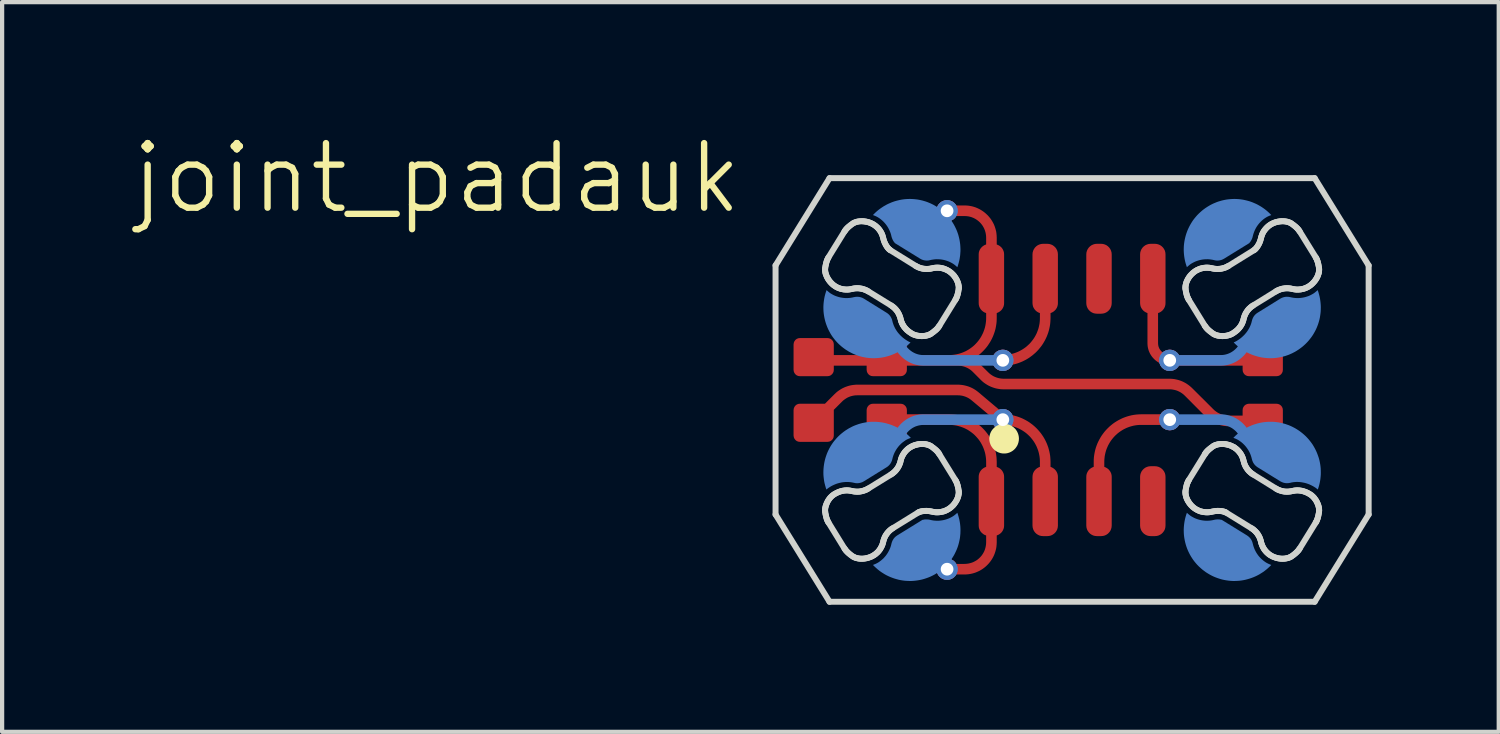
<source format=kicad_pcb>
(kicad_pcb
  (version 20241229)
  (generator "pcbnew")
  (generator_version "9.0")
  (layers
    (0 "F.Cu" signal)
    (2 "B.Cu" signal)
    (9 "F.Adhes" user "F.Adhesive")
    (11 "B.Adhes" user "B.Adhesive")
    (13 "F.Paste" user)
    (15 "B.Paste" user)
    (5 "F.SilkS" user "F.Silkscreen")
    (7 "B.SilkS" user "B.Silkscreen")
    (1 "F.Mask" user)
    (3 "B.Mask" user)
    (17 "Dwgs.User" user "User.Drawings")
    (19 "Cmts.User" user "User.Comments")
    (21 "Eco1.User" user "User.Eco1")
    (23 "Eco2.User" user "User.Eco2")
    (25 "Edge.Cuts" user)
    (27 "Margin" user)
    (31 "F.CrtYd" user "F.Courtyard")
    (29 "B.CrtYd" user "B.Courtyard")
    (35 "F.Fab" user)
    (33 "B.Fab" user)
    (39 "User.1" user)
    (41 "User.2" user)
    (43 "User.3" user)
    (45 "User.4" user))
  (footprint "joint_padauk"
    (layer "F.Cu")
    (at 7.257 1.155)
    (property "Reference" "joint_padauk" (at 0 0 0) (layer "F.SilkS") (effects (font (size 1.524 1.524) (thickness 0.15))))
    (attr through_hole)
    (fp_poly (pts (xy 15.585 1.55) (xy 15.54 1.554) (xy 15.498 1.566) (xy 15.459 1.584) (xy 15.424 1.609) (xy 15.394 1.639) (xy 15.369 1.674) (xy 15.351 1.713) (xy 15.339 1.755) (xy 15.335 1.8) (xy 15.335 2.95) (xy 15.339 2.995) (xy 15.351 3.038) (xy 15.369 3.077) (xy 15.394 3.112) (xy 15.424 3.142) (xy 15.459 3.166) (xy 15.498 3.185) (xy 15.54 3.196) (xy 15.585 3.2) (xy 15.685 3.2) (xy 15.73 3.196) (xy 15.773 3.185) (xy 15.812 3.166) (xy 15.846 3.142) (xy 15.876 3.112) (xy 15.901 3.077) (xy 15.919 3.038) (xy 15.931 2.995) (xy 15.935 2.95) (xy 15.935 1.8) (xy 15.931 1.755) (xy 15.919 1.713) (xy 15.901 1.674) (xy 15.876 1.639) (xy 15.846 1.609) (xy 15.812 1.584) (xy 15.773 1.566) (xy 15.73 1.554) (xy 15.685 1.55) (xy 15.585 1.55)) (stroke (width 0.000001) (type solid)) (fill yes) (layer "F.Cu"))
    (fp_poly (pts (xy 16.855 6.8) (xy 16.81 6.804) (xy 16.768 6.816) (xy 16.729 6.834) (xy 16.694 6.859) (xy 16.664 6.889) (xy 16.639 6.924) (xy 16.621 6.963) (xy 16.609 7.005) (xy 16.605 7.05) (xy 16.605 8.2) (xy 16.609 8.245) (xy 16.621 8.288) (xy 16.639 8.327) (xy 16.664 8.361) (xy 16.694 8.392) (xy 16.729 8.416) (xy 16.768 8.435) (xy 16.81 8.446) (xy 16.855 8.45) (xy 16.955 8.45) (xy 17 8.446) (xy 17.042 8.435) (xy 17.081 8.416) (xy 17.116 8.392) (xy 17.146 8.361) (xy 17.171 8.327) (xy 17.19 8.288) (xy 17.201 8.245) (xy 17.205 8.2) (xy 17.205 7.05) (xy 17.201 7.005) (xy 17.19 6.963) (xy 17.171 6.924) (xy 17.146 6.889) (xy 17.116 6.859) (xy 17.081 6.834) (xy 17.042 6.816) (xy 17 6.804) (xy 16.955 6.8) (xy 16.855 6.8)) (stroke (width 0.000001) (type solid)) (fill yes) (layer "F.Cu"))
    (fp_poly (pts (xy 16.855 1.55) (xy 16.81 1.554) (xy 16.768 1.566) (xy 16.729 1.584) (xy 16.694 1.609) (xy 16.664 1.639) (xy 16.639 1.674) (xy 16.621 1.713) (xy 16.609 1.755) (xy 16.605 1.8) (xy 16.605 2.95) (xy 16.609 2.991) (xy 16.618 3.03) (xy 16.634 3.065) (xy 16.655 3.097) (xy 16.68 3.126) (xy 16.71 3.15) (xy 16.743 3.17) (xy 16.779 3.185) (xy 16.779 3.901) (xy 16.781 3.943) (xy 16.786 3.985) (xy 16.795 4.026) (xy 16.806 4.065) (xy 16.821 4.103) (xy 16.838 4.14) (xy 16.859 4.175) (xy 16.881 4.208) (xy 16.906 4.239) (xy 16.934 4.269) (xy 16.963 4.296) (xy 16.995 4.321) (xy 17.028 4.344) (xy 17.064 4.364) (xy 17.078 4.404) (xy 17.098 4.439) (xy 17.123 4.471) (xy 17.153 4.498) (xy 17.186 4.52) (xy 17.223 4.537) (xy 17.263 4.547) (xy 17.305 4.55) (xy 17.343 4.547) (xy 17.379 4.538) (xy 17.412 4.524) (xy 17.443 4.506) (xy 17.471 4.483) (xy 17.495 4.456) (xy 17.516 4.426) (xy 19.025 4.426) (xy 19.025 4.525) (xy 19.03 4.565) (xy 19.046 4.601) (xy 19.069 4.632) (xy 19.099 4.655) (xy 19.135 4.67) (xy 19.175 4.675) (xy 19.825 4.675) (xy 19.865 4.67) (xy 19.901 4.655) (xy 19.931 4.632) (xy 19.955 4.601) (xy 19.97 4.565) (xy 19.975 4.525) (xy 19.975 3.925) (xy 19.97 3.886) (xy 19.955 3.85) (xy 19.931 3.819) (xy 19.901 3.796) (xy 19.865 3.781) (xy 19.825 3.776) (xy 19.175 3.776) (xy 19.135 3.781) (xy 19.099 3.796) (xy 19.069 3.819) (xy 19.046 3.85) (xy 19.03 3.886) (xy 19.025 3.925) (xy 19.025 4.176) (xy 17.517 4.176) (xy 17.497 4.146) (xy 17.472 4.119) (xy 17.444 4.095) (xy 17.413 4.076) (xy 17.38 4.062) (xy 17.343 4.053) (xy 17.305 4.05) (xy 17.268 4.053) (xy 17.233 4.061) (xy 17.199 4.074) (xy 17.167 4.092) (xy 17.138 4.115) (xy 17.108 4.088) (xy 17.081 4.057) (xy 17.059 4.022) (xy 17.043 3.985) (xy 17.033 3.944) (xy 17.029 3.901) (xy 17.029 3.185) (xy 17.066 3.171) (xy 17.1 3.151) (xy 17.13 3.127) (xy 17.155 3.098) (xy 17.176 3.066) (xy 17.192 3.03) (xy 17.202 2.991) (xy 17.205 2.95) (xy 17.205 1.8) (xy 17.201 1.755) (xy 17.19 1.713) (xy 17.171 1.674) (xy 17.146 1.639) (xy 17.116 1.609) (xy 17.081 1.584) (xy 17.042 1.566) (xy 17 1.554) (xy 16.955 1.55) (xy 16.855 1.55)) (stroke (width 0.000001) (type solid)) (fill yes) (layer "F.Cu"))
    (fp_poly (pts (xy 14.315 1.55) (xy 14.27 1.554) (xy 14.228 1.566) (xy 14.189 1.584) (xy 14.154 1.609) (xy 14.124 1.639) (xy 14.099 1.674) (xy 14.081 1.713) (xy 14.069 1.755) (xy 14.065 1.8) (xy 14.065 2.95) (xy 14.069 2.991) (xy 14.078 3.03) (xy 14.094 3.066) (xy 14.115 3.098) (xy 14.141 3.127) (xy 14.17 3.151) (xy 14.204 3.171) (xy 14.24 3.185) (xy 14.24 3.301) (xy 14.239 3.345) (xy 14.236 3.389) (xy 14.231 3.432) (xy 14.223 3.474) (xy 14.214 3.516) (xy 14.203 3.557) (xy 14.189 3.597) (xy 14.174 3.636) (xy 14.158 3.674) (xy 14.139 3.711) (xy 14.119 3.747) (xy 14.097 3.782) (xy 14.073 3.816) (xy 14.048 3.848) (xy 14.022 3.88) (xy 13.994 3.91) (xy 13.964 3.938) (xy 13.934 3.966) (xy 13.902 3.992) (xy 13.869 4.016) (xy 13.834 4.039) (xy 13.799 4.06) (xy 13.762 4.08) (xy 13.725 4.098) (xy 13.686 4.114) (xy 13.647 4.128) (xy 13.607 4.141) (xy 13.566 4.151) (xy 13.54 4.122) (xy 13.51 4.097) (xy 13.477 4.077) (xy 13.442 4.062) (xy 13.404 4.053) (xy 13.365 4.05) (xy 13.32 4.054) (xy 13.278 4.066) (xy 13.239 4.084) (xy 13.204 4.109) (xy 13.174 4.139) (xy 13.149 4.174) (xy 13.131 4.213) (xy 13.119 4.255) (xy 13.115 4.3) (xy 13.119 4.345) (xy 13.131 4.387) (xy 13.149 4.426) (xy 13.174 4.461) (xy 13.204 4.491) (xy 13.239 4.516) (xy 13.278 4.535) (xy 13.32 4.546) (xy 13.365 4.55) (xy 13.406 4.547) (xy 13.446 4.537) (xy 13.483 4.521) (xy 13.517 4.499) (xy 13.547 4.472) (xy 13.572 4.44) (xy 13.592 4.403) (xy 13.64 4.393) (xy 13.687 4.38) (xy 13.733 4.365) (xy 13.778 4.348) (xy 13.822 4.33) (xy 13.865 4.309) (xy 13.908 4.287) (xy 13.949 4.263) (xy 13.989 4.238) (xy 14.027 4.21) (xy 14.065 4.182) (xy 14.101 4.151) (xy 14.137 4.12) (xy 14.17 4.087) (xy 14.203 4.052) (xy 14.233 4.016) (xy 14.263 3.979) (xy 14.291 3.941) (xy 14.317 3.901) (xy 14.341 3.86) (xy 14.364 3.819) (xy 14.385 3.776) (xy 14.405 3.732) (xy 14.422 3.687) (xy 14.438 3.642) (xy 14.452 3.595) (xy 14.463 3.548) (xy 14.473 3.5) (xy 14.481 3.451) (xy 14.486 3.402) (xy 14.489 3.352) (xy 14.491 3.301) (xy 14.491 3.185) (xy 14.527 3.171) (xy 14.56 3.151) (xy 14.59 3.126) (xy 14.616 3.098) (xy 14.637 3.065) (xy 14.652 3.03) (xy 14.662 2.991) (xy 14.665 2.95) (xy 14.665 1.8) (xy 14.661 1.755) (xy 14.65 1.713) (xy 14.631 1.674) (xy 14.607 1.639) (xy 14.576 1.609) (xy 14.542 1.584) (xy 14.503 1.566) (xy 14.46 1.554) (xy 14.415 1.55) (xy 14.315 1.55)) (stroke (width 0.000001) (type solid)) (fill yes) (layer "F.Cu"))
    (fp_poly (pts (xy 17.305 5.45) (xy 17.267 5.453) (xy 17.231 5.462) (xy 17.197 5.475) (xy 17.165 5.494) (xy 17.136 5.516) (xy 17.111 5.543) (xy 17.089 5.574) (xy 16.635 5.574) (xy 16.577 5.576) (xy 16.52 5.58) (xy 16.464 5.587) (xy 16.408 5.597) (xy 16.354 5.61) (xy 16.301 5.625) (xy 16.248 5.643) (xy 16.197 5.663) (xy 16.148 5.686) (xy 16.099 5.711) (xy 16.052 5.738) (xy 16.006 5.767) (xy 15.962 5.798) (xy 15.92 5.832) (xy 15.879 5.867) (xy 15.84 5.905) (xy 15.802 5.944) (xy 15.767 5.984) (xy 15.734 6.027) (xy 15.702 6.071) (xy 15.673 6.117) (xy 15.646 6.164) (xy 15.621 6.212) (xy 15.598 6.262) (xy 15.578 6.313) (xy 15.56 6.365) (xy 15.545 6.419) (xy 15.533 6.473) (xy 15.523 6.528) (xy 15.515 6.585) (xy 15.511 6.642) (xy 15.51 6.699) (xy 15.51 6.815) (xy 15.473 6.83) (xy 15.44 6.85) (xy 15.41 6.874) (xy 15.384 6.903) (xy 15.364 6.935) (xy 15.348 6.971) (xy 15.338 7.009) (xy 15.335 7.05) (xy 15.335 8.2) (xy 15.339 8.245) (xy 15.351 8.288) (xy 15.369 8.327) (xy 15.394 8.361) (xy 15.424 8.392) (xy 15.459 8.416) (xy 15.498 8.435) (xy 15.54 8.446) (xy 15.585 8.45) (xy 15.685 8.45) (xy 15.73 8.446) (xy 15.773 8.435) (xy 15.812 8.416) (xy 15.846 8.392) (xy 15.876 8.361) (xy 15.901 8.327) (xy 15.919 8.288) (xy 15.931 8.245) (xy 15.935 8.2) (xy 15.935 7.05) (xy 15.932 7.009) (xy 15.922 6.971) (xy 15.906 6.935) (xy 15.885 6.903) (xy 15.86 6.874) (xy 15.83 6.85) (xy 15.796 6.83) (xy 15.76 6.815) (xy 15.76 6.699) (xy 15.761 6.653) (xy 15.765 6.607) (xy 15.77 6.562) (xy 15.779 6.517) (xy 15.789 6.474) (xy 15.801 6.431) (xy 15.816 6.389) (xy 15.833 6.348) (xy 15.851 6.308) (xy 15.872 6.27) (xy 15.894 6.232) (xy 15.918 6.196) (xy 15.944 6.161) (xy 15.971 6.128) (xy 16 6.096) (xy 16.031 6.065) (xy 16.063 6.036) (xy 16.096 6.009) (xy 16.131 5.983) (xy 16.168 5.959) (xy 16.205 5.936) (xy 16.244 5.916) (xy 16.283 5.897) (xy 16.324 5.881) (xy 16.366 5.866) (xy 16.409 5.854) (xy 16.452 5.843) (xy 16.497 5.835) (xy 16.542 5.829) (xy 16.588 5.826) (xy 16.635 5.825) (xy 17.088 5.825) (xy 17.11 5.856) (xy 17.135 5.883) (xy 17.164 5.907) (xy 17.196 5.925) (xy 17.231 5.939) (xy 17.267 5.947) (xy 17.305 5.95) (xy 17.35 5.946) (xy 17.392 5.935) (xy 17.431 5.916) (xy 17.466 5.891) (xy 17.496 5.861) (xy 17.521 5.826) (xy 17.539 5.787) (xy 17.551 5.745) (xy 17.555 5.7) (xy 17.551 5.655) (xy 17.539 5.613) (xy 17.521 5.574) (xy 17.496 5.539) (xy 17.466 5.509) (xy 17.431 5.484) (xy 17.392 5.466) (xy 17.35 5.454) (xy 17.305 5.45)) (stroke (width 0.000001) (type solid)) (fill yes) (layer "F.Cu"))
    (fp_poly (pts (xy 9.93 4.875) (xy 9.889 4.876) (xy 9.85 4.88) (xy 9.81 4.885) (xy 9.771 4.892) (xy 9.732 4.901) (xy 9.695 4.913) (xy 9.657 4.926) (xy 9.621 4.941) (xy 9.585 4.958) (xy 9.55 4.977) (xy 9.517 4.998) (xy 9.484 5.02) (xy 9.452 5.044) (xy 9.422 5.07) (xy 9.393 5.098) (xy 9.166 5.325) (xy 8.575 5.325) (xy 8.535 5.33) (xy 8.499 5.345) (xy 8.469 5.369) (xy 8.446 5.399) (xy 8.431 5.435) (xy 8.425 5.475) (xy 8.425 6.075) (xy 8.431 6.115) (xy 8.446 6.151) (xy 8.469 6.181) (xy 8.499 6.205) (xy 8.535 6.22) (xy 8.575 6.225) (xy 9.225 6.225) (xy 9.265 6.22) (xy 9.301 6.205) (xy 9.331 6.181) (xy 9.355 6.151) (xy 9.37 6.115) (xy 9.375 6.075) (xy 9.375 5.475) (xy 9.374 5.47) (xy 9.57 5.274) (xy 9.6 5.246) (xy 9.632 5.222) (xy 9.665 5.2) (xy 9.699 5.18) (xy 9.735 5.164) (xy 9.772 5.15) (xy 9.81 5.14) (xy 9.849 5.132) (xy 9.889 5.127) (xy 9.93 5.126) (xy 12.301 5.126) (xy 12.341 5.127) (xy 12.38 5.132) (xy 12.418 5.139) (xy 12.456 5.15) (xy 12.493 5.163) (xy 12.528 5.179) (xy 12.563 5.198) (xy 12.596 5.22) (xy 12.627 5.244) (xy 13.123 5.66) (xy 13.118 5.68) (xy 13.115 5.7) (xy 13.119 5.745) (xy 13.131 5.788) (xy 13.149 5.826) (xy 13.174 5.861) (xy 13.204 5.892) (xy 13.239 5.916) (xy 13.278 5.935) (xy 13.32 5.946) (xy 13.365 5.95) (xy 13.404 5.947) (xy 13.442 5.938) (xy 13.477 5.924) (xy 13.51 5.904) (xy 13.54 5.879) (xy 13.566 5.85) (xy 13.607 5.86) (xy 13.647 5.873) (xy 13.686 5.887) (xy 13.725 5.903) (xy 13.762 5.921) (xy 13.799 5.941) (xy 13.834 5.962) (xy 13.869 5.985) (xy 13.902 6.009) (xy 13.934 6.035) (xy 13.964 6.062) (xy 13.994 6.091) (xy 14.022 6.121) (xy 14.048 6.153) (xy 14.073 6.185) (xy 14.097 6.219) (xy 14.119 6.254) (xy 14.139 6.29) (xy 14.158 6.327) (xy 14.174 6.365) (xy 14.189 6.404) (xy 14.203 6.444) (xy 14.214 6.485) (xy 14.223 6.526) (xy 14.231 6.569) (xy 14.236 6.612) (xy 14.239 6.655) (xy 14.24 6.7) (xy 14.24 6.815) (xy 14.204 6.83) (xy 14.17 6.85) (xy 14.141 6.874) (xy 14.115 6.903) (xy 14.094 6.935) (xy 14.078 6.971) (xy 14.069 7.01) (xy 14.065 7.051) (xy 14.065 8.2) (xy 14.069 8.245) (xy 14.081 8.288) (xy 14.099 8.327) (xy 14.124 8.362) (xy 14.154 8.392) (xy 14.189 8.416) (xy 14.227 8.435) (xy 14.27 8.446) (xy 14.315 8.45) (xy 14.415 8.45) (xy 14.46 8.446) (xy 14.503 8.435) (xy 14.541 8.416) (xy 14.576 8.392) (xy 14.606 8.362) (xy 14.631 8.327) (xy 14.65 8.288) (xy 14.661 8.245) (xy 14.665 8.2) (xy 14.665 7.051) (xy 14.662 7.01) (xy 14.652 6.971) (xy 14.637 6.936) (xy 14.616 6.903) (xy 14.59 6.874) (xy 14.56 6.85) (xy 14.527 6.83) (xy 14.491 6.815) (xy 14.491 6.7) (xy 14.489 6.649) (xy 14.486 6.599) (xy 14.481 6.55) (xy 14.473 6.501) (xy 14.463 6.453) (xy 14.451 6.406) (xy 14.438 6.359) (xy 14.422 6.314) (xy 14.405 6.269) (xy 14.385 6.225) (xy 14.364 6.182) (xy 14.341 6.14) (xy 14.317 6.1) (xy 14.29 6.06) (xy 14.263 6.022) (xy 14.233 5.985) (xy 14.202 5.949) (xy 14.17 5.914) (xy 14.136 5.881) (xy 14.101 5.849) (xy 14.065 5.819) (xy 14.027 5.791) (xy 13.989 5.763) (xy 13.949 5.738) (xy 13.907 5.714) (xy 13.865 5.692) (xy 13.822 5.671) (xy 13.778 5.653) (xy 13.733 5.636) (xy 13.687 5.621) (xy 13.64 5.608) (xy 13.592 5.597) (xy 13.572 5.561) (xy 13.547 5.529) (xy 13.517 5.502) (xy 13.483 5.48) (xy 13.446 5.464) (xy 13.406 5.454) (xy 13.365 5.451) (xy 13.336 5.453) (xy 13.308 5.459) (xy 13.281 5.468) (xy 12.789 5.053) (xy 12.757 5.028) (xy 12.724 5.004) (xy 12.689 4.982) (xy 12.654 4.962) (xy 12.617 4.944) (xy 12.58 4.928) (xy 12.542 4.914) (xy 12.503 4.903) (xy 12.463 4.893) (xy 12.423 4.885) (xy 12.383 4.88) (xy 12.342 4.876) (xy 12.301 4.875) (xy 9.93 4.875)) (stroke (width 0.000001) (type solid)) (fill yes) (layer "F.Cu"))
    (fp_poly (pts (xy 10.3 5.325) (xy 10.26 5.33) (xy 10.224 5.345) (xy 10.194 5.369) (xy 10.171 5.399) (xy 10.156 5.435) (xy 10.15 5.475) (xy 10.15 6.075) (xy 10.156 6.115) (xy 10.171 6.151) (xy 10.194 6.181) (xy 10.224 6.205) (xy 10.26 6.22) (xy 10.3 6.225) (xy 10.95 6.225) (xy 10.99 6.22) (xy 11.026 6.205) (xy 11.056 6.181) (xy 11.08 6.151) (xy 11.095 6.115) (xy 11.1 6.075) (xy 11.1 5.825) (xy 12.096 5.825) (xy 12.142 5.826) (xy 12.188 5.829) (xy 12.234 5.835) (xy 12.278 5.843) (xy 12.322 5.854) (xy 12.365 5.866) (xy 12.406 5.881) (xy 12.447 5.897) (xy 12.487 5.916) (xy 12.526 5.936) (xy 12.563 5.959) (xy 12.599 5.983) (xy 12.634 6.009) (xy 12.668 6.036) (xy 12.7 6.065) (xy 12.73 6.096) (xy 12.759 6.128) (xy 12.787 6.161) (xy 12.813 6.196) (xy 12.837 6.232) (xy 12.859 6.27) (xy 12.879 6.308) (xy 12.898 6.348) (xy 12.914 6.389) (xy 12.929 6.431) (xy 12.942 6.474) (xy 12.952 6.517) (xy 12.96 6.562) (xy 12.966 6.607) (xy 12.97 6.653) (xy 12.971 6.699) (xy 12.971 6.815) (xy 12.934 6.83) (xy 12.901 6.85) (xy 12.871 6.874) (xy 12.845 6.903) (xy 12.824 6.935) (xy 12.808 6.971) (xy 12.798 7.009) (xy 12.795 7.05) (xy 12.795 8.2) (xy 12.798 8.241) (xy 12.808 8.28) (xy 12.824 8.315) (xy 12.845 8.348) (xy 12.871 8.376) (xy 12.901 8.401) (xy 12.934 8.421) (xy 12.971 8.435) (xy 12.971 8.596) (xy 12.969 8.64) (xy 12.963 8.683) (xy 12.954 8.725) (xy 12.942 8.766) (xy 12.927 8.805) (xy 12.908 8.842) (xy 12.887 8.877) (xy 12.863 8.911) (xy 12.836 8.942) (xy 12.807 8.971) (xy 12.776 8.998) (xy 12.743 9.022) (xy 12.707 9.043) (xy 12.67 9.062) (xy 12.631 9.077) (xy 12.59 9.089) (xy 12.549 9.098) (xy 12.505 9.104) (xy 12.461 9.106) (xy 12.265 9.106) (xy 12.243 9.074) (xy 12.218 9.047) (xy 12.189 9.024) (xy 12.157 9.005) (xy 12.123 8.992) (xy 12.086 8.983) (xy 12.048 8.98) (xy 12.003 8.984) (xy 11.961 8.996) (xy 11.922 9.014) (xy 11.887 9.039) (xy 11.857 9.069) (xy 11.833 9.104) (xy 11.814 9.143) (xy 11.802 9.185) (xy 11.798 9.23) (xy 11.802 9.275) (xy 11.814 9.317) (xy 11.832 9.356) (xy 11.857 9.391) (xy 11.887 9.421) (xy 11.922 9.446) (xy 11.961 9.465) (xy 12.003 9.476) (xy 12.048 9.48) (xy 12.086 9.477) (xy 12.122 9.469) (xy 12.157 9.455) (xy 12.189 9.437) (xy 12.218 9.414) (xy 12.243 9.387) (xy 12.264 9.356) (xy 12.461 9.356) (xy 12.507 9.354) (xy 12.553 9.35) (xy 12.597 9.343) (xy 12.641 9.334) (xy 12.684 9.322) (xy 12.726 9.308) (xy 12.766 9.291) (xy 12.806 9.273) (xy 12.844 9.252) (xy 12.881 9.229) (xy 12.916 9.204) (xy 12.95 9.177) (xy 12.982 9.148) (xy 13.013 9.117) (xy 13.042 9.085) (xy 13.069 9.051) (xy 13.094 9.016) (xy 13.117 8.979) (xy 13.138 8.941) (xy 13.157 8.901) (xy 13.173 8.861) (xy 13.187 8.819) (xy 13.199 8.776) (xy 13.209 8.732) (xy 13.215 8.688) (xy 13.219 8.642) (xy 13.221 8.596) (xy 13.221 8.435) (xy 13.257 8.42) (xy 13.29 8.4) (xy 13.32 8.376) (xy 13.346 8.347) (xy 13.366 8.315) (xy 13.382 8.279) (xy 13.392 8.241) (xy 13.395 8.2) (xy 13.395 7.05) (xy 13.392 7.01) (xy 13.382 6.971) (xy 13.366 6.936) (xy 13.346 6.903) (xy 13.32 6.875) (xy 13.29 6.85) (xy 13.257 6.831) (xy 13.221 6.816) (xy 13.221 6.699) (xy 13.219 6.642) (xy 13.215 6.585) (xy 13.208 6.528) (xy 13.198 6.473) (xy 13.185 6.419) (xy 13.17 6.365) (xy 13.152 6.313) (xy 13.132 6.262) (xy 13.11 6.212) (xy 13.085 6.164) (xy 13.058 6.117) (xy 13.028 6.071) (xy 12.997 6.027) (xy 12.963 5.984) (xy 12.928 5.944) (xy 12.891 5.905) (xy 12.852 5.867) (xy 12.811 5.832) (xy 12.768 5.798) (xy 12.724 5.767) (xy 12.679 5.738) (xy 12.631 5.711) (xy 12.583 5.686) (xy 12.533 5.663) (xy 12.482 5.643) (xy 12.43 5.625) (xy 12.377 5.61) (xy 12.322 5.597) (xy 12.267 5.587) (xy 12.211 5.58) (xy 12.154 5.576) (xy 12.096 5.574) (xy 11.1 5.574) (xy 11.1 5.475) (xy 11.095 5.435) (xy 11.08 5.399) (xy 11.056 5.369) (xy 11.026 5.345) (xy 10.99 5.33) (xy 10.95 5.325) (xy 10.3 5.325)) (stroke (width 0.000001) (type solid)) (fill yes) (layer "F.Cu"))
    (fp_poly (pts (xy 12.048 0.52) (xy 12.003 0.524) (xy 11.961 0.536) (xy 11.922 0.554) (xy 11.887 0.579) (xy 11.857 0.609) (xy 11.832 0.644) (xy 11.814 0.683) (xy 11.802 0.725) (xy 11.798 0.77) (xy 11.802 0.815) (xy 11.814 0.857) (xy 11.832 0.896) (xy 11.857 0.931) (xy 11.887 0.961) (xy 11.922 0.986) (xy 11.961 1.005) (xy 12.003 1.016) (xy 12.048 1.02) (xy 12.086 1.017) (xy 12.123 1.009) (xy 12.157 0.995) (xy 12.189 0.977) (xy 12.218 0.953) (xy 12.244 0.926) (xy 12.265 0.895) (xy 12.461 0.895) (xy 12.505 0.897) (xy 12.549 0.902) (xy 12.59 0.911) (xy 12.631 0.923) (xy 12.67 0.939) (xy 12.707 0.957) (xy 12.743 0.979) (xy 12.776 1.003) (xy 12.807 1.029) (xy 12.836 1.058) (xy 12.863 1.09) (xy 12.887 1.123) (xy 12.908 1.159) (xy 12.927 1.196) (xy 12.942 1.235) (xy 12.954 1.275) (xy 12.963 1.317) (xy 12.969 1.36) (xy 12.971 1.405) (xy 12.971 1.565) (xy 12.934 1.58) (xy 12.901 1.6) (xy 12.871 1.624) (xy 12.845 1.653) (xy 12.824 1.685) (xy 12.808 1.721) (xy 12.798 1.759) (xy 12.795 1.8) (xy 12.795 2.95) (xy 12.798 2.991) (xy 12.808 3.03) (xy 12.824 3.066) (xy 12.845 3.098) (xy 12.871 3.127) (xy 12.901 3.151) (xy 12.934 3.171) (xy 12.971 3.185) (xy 12.971 3.301) (xy 12.97 3.348) (xy 12.966 3.394) (xy 12.96 3.439) (xy 12.952 3.484) (xy 12.942 3.527) (xy 12.929 3.57) (xy 12.914 3.612) (xy 12.898 3.653) (xy 12.879 3.692) (xy 12.859 3.731) (xy 12.837 3.768) (xy 12.813 3.804) (xy 12.787 3.839) (xy 12.759 3.873) (xy 12.73 3.905) (xy 12.7 3.936) (xy 12.668 3.965) (xy 12.634 3.992) (xy 12.599 4.018) (xy 12.563 4.042) (xy 12.526 4.064) (xy 12.487 4.085) (xy 12.447 4.103) (xy 12.406 4.12) (xy 12.365 4.134) (xy 12.322 4.147) (xy 12.278 4.157) (xy 12.234 4.165) (xy 12.188 4.171) (xy 12.142 4.175) (xy 12.096 4.176) (xy 11.1 4.176) (xy 11.1 3.925) (xy 11.095 3.885) (xy 11.08 3.849) (xy 11.056 3.819) (xy 11.026 3.795) (xy 10.99 3.78) (xy 10.95 3.775) (xy 10.3 3.775) (xy 10.26 3.78) (xy 10.224 3.795) (xy 10.194 3.819) (xy 10.171 3.849) (xy 10.156 3.885) (xy 10.15 3.925) (xy 10.15 4.176) (xy 9.375 4.176) (xy 9.375 3.925) (xy 9.37 3.885) (xy 9.355 3.849) (xy 9.331 3.819) (xy 9.301 3.795) (xy 9.265 3.78) (xy 9.225 3.775) (xy 8.575 3.775) (xy 8.535 3.78) (xy 8.499 3.795) (xy 8.469 3.819) (xy 8.446 3.849) (xy 8.431 3.885) (xy 8.425 3.925) (xy 8.425 4.525) (xy 8.431 4.565) (xy 8.446 4.601) (xy 8.469 4.631) (xy 8.499 4.655) (xy 8.535 4.67) (xy 8.575 4.675) (xy 9.225 4.675) (xy 9.265 4.67) (xy 9.301 4.655) (xy 9.331 4.631) (xy 9.355 4.601) (xy 9.37 4.565) (xy 9.375 4.525) (xy 9.375 4.426) (xy 10.15 4.426) (xy 10.15 4.525) (xy 10.156 4.565) (xy 10.171 4.601) (xy 10.194 4.631) (xy 10.224 4.655) (xy 10.26 4.67) (xy 10.3 4.675) (xy 10.95 4.675) (xy 10.99 4.67) (xy 11.026 4.655) (xy 11.056 4.631) (xy 11.08 4.601) (xy 11.095 4.565) (xy 11.1 4.525) (xy 11.1 4.426) (xy 12.096 4.426) (xy 12.297 4.426) (xy 12.337 4.428) (xy 12.377 4.432) (xy 12.417 4.44) (xy 12.455 4.451) (xy 12.492 4.464) (xy 12.529 4.481) (xy 12.563 4.5) (xy 12.597 4.522) (xy 12.628 4.547) (xy 12.658 4.575) (xy 12.844 4.762) (xy 12.873 4.79) (xy 12.903 4.816) (xy 12.935 4.84) (xy 12.968 4.862) (xy 13.002 4.883) (xy 13.037 4.902) (xy 13.073 4.919) (xy 13.11 4.934) (xy 13.147 4.947) (xy 13.185 4.959) (xy 13.224 4.968) (xy 13.263 4.975) (xy 13.303 4.981) (xy 13.343 4.984) (xy 13.383 4.985) (xy 17.297 4.985) (xy 17.338 4.986) (xy 17.377 4.991) (xy 17.417 4.999) (xy 17.455 5.009) (xy 17.493 5.023) (xy 17.529 5.04) (xy 17.564 5.059) (xy 17.597 5.081) (xy 17.629 5.106) (xy 17.658 5.133) (xy 18.156 5.633) (xy 18.186 5.661) (xy 18.216 5.687) (xy 18.248 5.711) (xy 18.28 5.733) (xy 18.314 5.754) (xy 18.349 5.773) (xy 18.385 5.79) (xy 18.421 5.805) (xy 18.458 5.818) (xy 18.496 5.83) (xy 18.535 5.839) (xy 18.574 5.846) (xy 18.613 5.851) (xy 18.653 5.855) (xy 18.693 5.856) (xy 19.025 5.856) (xy 19.025 6.075) (xy 19.03 6.115) (xy 19.046 6.151) (xy 19.069 6.182) (xy 19.099 6.205) (xy 19.135 6.22) (xy 19.175 6.226) (xy 19.825 6.226) (xy 19.865 6.22) (xy 19.901 6.205) (xy 19.931 6.182) (xy 19.955 6.151) (xy 19.97 6.115) (xy 19.975 6.075) (xy 19.975 5.475) (xy 19.97 5.435) (xy 19.955 5.399) (xy 19.931 5.369) (xy 19.901 5.346) (xy 19.865 5.331) (xy 19.825 5.325) (xy 19.175 5.325) (xy 19.135 5.331) (xy 19.099 5.346) (xy 19.069 5.369) (xy 19.046 5.399) (xy 19.03 5.435) (xy 19.025 5.475) (xy 19.025 5.605) (xy 18.693 5.605) (xy 18.653 5.604) (xy 18.613 5.599) (xy 18.574 5.591) (xy 18.536 5.58) (xy 18.499 5.566) (xy 18.463 5.549) (xy 18.428 5.53) (xy 18.395 5.507) (xy 18.364 5.483) (xy 18.334 5.455) (xy 17.834 4.957) (xy 17.805 4.93) (xy 17.774 4.904) (xy 17.743 4.88) (xy 17.71 4.857) (xy 17.676 4.836) (xy 17.642 4.818) (xy 17.606 4.8) (xy 17.569 4.785) (xy 17.532 4.772) (xy 17.494 4.761) (xy 17.456 4.752) (xy 17.417 4.744) (xy 17.377 4.739) (xy 17.337 4.736) (xy 17.297 4.735) (xy 13.383 4.735) (xy 13.343 4.733) (xy 13.303 4.728) (xy 13.263 4.72) (xy 13.225 4.709) (xy 13.187 4.695) (xy 13.151 4.679) (xy 13.116 4.659) (xy 13.083 4.637) (xy 13.051 4.612) (xy 13.021 4.584) (xy 12.834 4.399) (xy 12.807 4.374) (xy 12.779 4.35) (xy 12.75 4.328) (xy 12.719 4.308) (xy 12.688 4.289) (xy 12.657 4.271) (xy 12.691 4.25) (xy 12.724 4.228) (xy 12.757 4.205) (xy 12.789 4.181) (xy 12.82 4.156) (xy 12.85 4.129) (xy 12.879 4.102) (xy 12.907 4.074) (xy 12.934 4.045) (xy 12.961 4.015) (xy 12.986 3.984) (xy 13.01 3.952) (xy 13.032 3.919) (xy 13.054 3.885) (xy 13.075 3.851) (xy 13.094 3.816) (xy 13.112 3.78) (xy 13.129 3.743) (xy 13.144 3.706) (xy 13.158 3.668) (xy 13.171 3.63) (xy 13.183 3.59) (xy 13.193 3.551) (xy 13.201 3.51) (xy 13.208 3.469) (xy 13.214 3.428) (xy 13.218 3.386) (xy 13.22 3.344) (xy 13.221 3.301) (xy 13.221 3.185) (xy 13.257 3.17) (xy 13.29 3.15) (xy 13.32 3.126) (xy 13.346 3.097) (xy 13.366 3.065) (xy 13.382 3.03) (xy 13.392 2.991) (xy 13.395 2.95) (xy 13.395 1.8) (xy 13.392 1.759) (xy 13.382 1.721) (xy 13.366 1.685) (xy 13.346 1.653) (xy 13.32 1.625) (xy 13.29 1.6) (xy 13.257 1.581) (xy 13.221 1.566) (xy 13.221 1.405) (xy 13.219 1.359) (xy 13.215 1.313) (xy 13.209 1.268) (xy 13.199 1.225) (xy 13.187 1.182) (xy 13.173 1.14) (xy 13.157 1.099) (xy 13.138 1.06) (xy 13.117 1.022) (xy 13.094 0.985) (xy 13.069 0.949) (xy 13.042 0.916) (xy 13.013 0.883) (xy 12.982 0.853) (xy 12.95 0.824) (xy 12.916 0.797) (xy 12.881 0.772) (xy 12.844 0.749) (xy 12.806 0.728) (xy 12.766 0.709) (xy 12.726 0.692) (xy 12.684 0.678) (xy 12.641 0.666) (xy 12.597 0.657) (xy 12.553 0.65) (xy 12.507 0.646) (xy 12.461 0.645) (xy 12.264 0.645) (xy 12.243 0.613) (xy 12.218 0.586) (xy 12.189 0.563) (xy 12.157 0.545) (xy 12.122 0.531) (xy 12.086 0.523) (xy 12.048 0.52)) (stroke (width 0.000001) (type solid)) (fill yes) (layer "F.Cu"))
    (fp_poly (pts (xy 8.575 3.775) (xy 8.535 3.78) (xy 8.499 3.795) (xy 8.469 3.819) (xy 8.446 3.849) (xy 8.431 3.885) (xy 8.425 3.925) (xy 8.425 4.525) (xy 8.431 4.565) (xy 8.446 4.601) (xy 8.469 4.631) (xy 8.499 4.655) (xy 8.535 4.67) (xy 8.575 4.675) (xy 9.225 4.675) (xy 9.265 4.67) (xy 9.301 4.655) (xy 9.331 4.631) (xy 9.355 4.601) (xy 9.37 4.565) (xy 9.375 4.525) (xy 9.375 3.925) (xy 9.37 3.885) (xy 9.355 3.849) (xy 9.331 3.819) (xy 9.301 3.795) (xy 9.265 3.78) (xy 9.225 3.775) (xy 8.575 3.775)) (stroke (width 0.000001) (type solid)) (fill yes) (layer "F.Mask"))
    (fp_poly (pts (xy 8.575 5.325) (xy 8.535 5.33) (xy 8.499 5.345) (xy 8.469 5.369) (xy 8.446 5.399) (xy 8.431 5.435) (xy 8.425 5.475) (xy 8.425 6.075) (xy 8.431 6.115) (xy 8.446 6.151) (xy 8.469 6.181) (xy 8.499 6.204) (xy 8.535 6.22) (xy 8.575 6.225) (xy 9.225 6.225) (xy 9.265 6.22) (xy 9.301 6.204) (xy 9.331 6.181) (xy 9.355 6.151) (xy 9.37 6.115) (xy 9.375 6.075) (xy 9.375 5.475) (xy 9.37 5.435) (xy 9.355 5.399) (xy 9.331 5.369) (xy 9.301 5.345) (xy 9.265 5.33) (xy 9.225 5.325) (xy 8.575 5.325)) (stroke (width 0.000001) (type solid)) (fill yes) (layer "F.Mask"))
    (fp_poly (pts (xy 10.3 3.775) (xy 10.26 3.78) (xy 10.224 3.795) (xy 10.194 3.819) (xy 10.171 3.849) (xy 10.156 3.885) (xy 10.15 3.925) (xy 10.15 4.525) (xy 10.156 4.565) (xy 10.171 4.601) (xy 10.194 4.631) (xy 10.224 4.655) (xy 10.26 4.67) (xy 10.3 4.675) (xy 10.95 4.675) (xy 10.99 4.67) (xy 11.026 4.655) (xy 11.056 4.631) (xy 11.08 4.601) (xy 11.095 4.565) (xy 11.1 4.525) (xy 11.1 3.925) (xy 11.095 3.885) (xy 11.08 3.849) (xy 11.056 3.819) (xy 11.026 3.795) (xy 10.99 3.78) (xy 10.95 3.775) (xy 10.3 3.775)) (stroke (width 0.000001) (type solid)) (fill yes) (layer "F.Mask"))
    (fp_poly (pts (xy 10.3 5.325) (xy 10.26 5.33) (xy 10.224 5.345) (xy 10.194 5.369) (xy 10.171 5.399) (xy 10.156 5.435) (xy 10.15 5.475) (xy 10.15 6.075) (xy 10.156 6.115) (xy 10.171 6.151) (xy 10.194 6.181) (xy 10.224 6.204) (xy 10.26 6.22) (xy 10.3 6.225) (xy 10.95 6.225) (xy 10.99 6.22) (xy 11.026 6.204) (xy 11.056 6.181) (xy 11.08 6.151) (xy 11.095 6.115) (xy 11.1 6.075) (xy 11.1 5.475) (xy 11.095 5.435) (xy 11.08 5.399) (xy 11.056 5.369) (xy 11.026 5.345) (xy 10.99 5.33) (xy 10.95 5.325) (xy 10.3 5.325)) (stroke (width 0.000001) (type solid)) (fill yes) (layer "F.Mask"))
    (fp_poly (pts (xy 19.175 3.775) (xy 19.135 3.781) (xy 19.099 3.796) (xy 19.069 3.819) (xy 19.046 3.849) (xy 19.03 3.885) (xy 19.025 3.925) (xy 19.025 4.525) (xy 19.03 4.565) (xy 19.046 4.601) (xy 19.069 4.631) (xy 19.099 4.655) (xy 19.135 4.67) (xy 19.175 4.675) (xy 19.825 4.675) (xy 19.865 4.67) (xy 19.901 4.655) (xy 19.931 4.631) (xy 19.955 4.601) (xy 19.97 4.565) (xy 19.975 4.525) (xy 19.975 3.925) (xy 19.97 3.885) (xy 19.955 3.849) (xy 19.931 3.819) (xy 19.901 3.796) (xy 19.865 3.781) (xy 19.825 3.775) (xy 19.175 3.775)) (stroke (width 0.000001) (type solid)) (fill yes) (layer "F.Mask"))
    (fp_poly (pts (xy 19.175 5.325) (xy 19.135 5.331) (xy 19.099 5.346) (xy 19.069 5.369) (xy 19.046 5.399) (xy 19.03 5.435) (xy 19.025 5.475) (xy 19.025 6.075) (xy 19.03 6.115) (xy 19.046 6.151) (xy 19.069 6.181) (xy 19.099 6.205) (xy 19.135 6.22) (xy 19.175 6.225) (xy 19.825 6.225) (xy 19.865 6.22) (xy 19.901 6.205) (xy 19.931 6.181) (xy 19.955 6.151) (xy 19.97 6.115) (xy 19.975 6.075) (xy 19.975 5.475) (xy 19.97 5.435) (xy 19.955 5.399) (xy 19.931 5.369) (xy 19.901 5.346) (xy 19.865 5.33) (xy 19.825 5.325) (xy 19.175 5.325)) (stroke (width 0.000001) (type solid)) (fill yes) (layer "F.Mask"))
    (fp_poly (pts (xy 13.045 1.55) (xy 13 1.554) (xy 12.958 1.566) (xy 12.919 1.584) (xy 12.884 1.609) (xy 12.854 1.639) (xy 12.829 1.674) (xy 12.811 1.712) (xy 12.799 1.755) (xy 12.795 1.8) (xy 12.795 2.95) (xy 12.799 2.995) (xy 12.811 3.038) (xy 12.829 3.076) (xy 12.854 3.111) (xy 12.884 3.142) (xy 12.919 3.166) (xy 12.958 3.185) (xy 13 3.196) (xy 13.045 3.2) (xy 13.145 3.2) (xy 13.19 3.196) (xy 13.232 3.185) (xy 13.271 3.166) (xy 13.306 3.142) (xy 13.336 3.111) (xy 13.361 3.076) (xy 13.379 3.038) (xy 13.391 2.995) (xy 13.395 2.95) (xy 13.395 1.8) (xy 13.391 1.755) (xy 13.379 1.712) (xy 13.361 1.674) (xy 13.336 1.639) (xy 13.306 1.609) (xy 13.271 1.584) (xy 13.232 1.566) (xy 13.19 1.554) (xy 13.145 1.55) (xy 13.045 1.55)) (stroke (width 0.000001) (type solid)) (fill yes) (layer "F.Mask"))
    (fp_poly (pts (xy 13.045 6.8) (xy 13 6.804) (xy 12.958 6.816) (xy 12.919 6.834) (xy 12.884 6.859) (xy 12.854 6.889) (xy 12.829 6.924) (xy 12.811 6.963) (xy 12.799 7.005) (xy 12.795 7.05) (xy 12.795 8.2) (xy 12.799 8.245) (xy 12.811 8.287) (xy 12.829 8.326) (xy 12.854 8.361) (xy 12.884 8.391) (xy 12.919 8.416) (xy 12.958 8.434) (xy 13 8.446) (xy 13.045 8.45) (xy 13.145 8.45) (xy 13.19 8.446) (xy 13.232 8.434) (xy 13.271 8.416) (xy 13.306 8.391) (xy 13.336 8.361) (xy 13.361 8.326) (xy 13.379 8.287) (xy 13.391 8.245) (xy 13.395 8.2) (xy 13.395 7.05) (xy 13.391 7.005) (xy 13.379 6.963) (xy 13.361 6.924) (xy 13.336 6.889) (xy 13.306 6.859) (xy 13.271 6.834) (xy 13.232 6.816) (xy 13.19 6.804) (xy 13.145 6.8) (xy 13.045 6.8)) (stroke (width 0.000001) (type solid)) (fill yes) (layer "F.Mask"))
    (fp_poly (pts (xy 14.315 1.55) (xy 14.27 1.554) (xy 14.228 1.566) (xy 14.189 1.584) (xy 14.154 1.609) (xy 14.124 1.639) (xy 14.099 1.674) (xy 14.081 1.712) (xy 14.069 1.755) (xy 14.065 1.8) (xy 14.065 2.95) (xy 14.069 2.995) (xy 14.081 3.038) (xy 14.099 3.076) (xy 14.124 3.111) (xy 14.154 3.142) (xy 14.189 3.166) (xy 14.228 3.185) (xy 14.27 3.196) (xy 14.315 3.2) (xy 14.415 3.2) (xy 14.46 3.196) (xy 14.503 3.185) (xy 14.542 3.166) (xy 14.576 3.142) (xy 14.607 3.111) (xy 14.631 3.076) (xy 14.65 3.038) (xy 14.661 2.995) (xy 14.665 2.95) (xy 14.665 1.8) (xy 14.661 1.755) (xy 14.65 1.712) (xy 14.631 1.674) (xy 14.607 1.639) (xy 14.576 1.609) (xy 14.542 1.584) (xy 14.503 1.566) (xy 14.46 1.554) (xy 14.415 1.55) (xy 14.315 1.55)) (stroke (width 0.000001) (type solid)) (fill yes) (layer "F.Mask"))
    (fp_poly (pts (xy 14.315 6.8) (xy 14.27 6.804) (xy 14.228 6.816) (xy 14.189 6.834) (xy 14.154 6.859) (xy 14.124 6.889) (xy 14.099 6.924) (xy 14.081 6.963) (xy 14.069 7.005) (xy 14.065 7.05) (xy 14.065 8.2) (xy 14.069 8.245) (xy 14.081 8.287) (xy 14.099 8.326) (xy 14.124 8.361) (xy 14.154 8.391) (xy 14.189 8.416) (xy 14.228 8.434) (xy 14.27 8.446) (xy 14.315 8.45) (xy 14.415 8.45) (xy 14.46 8.446) (xy 14.503 8.434) (xy 14.542 8.416) (xy 14.576 8.391) (xy 14.607 8.361) (xy 14.631 8.326) (xy 14.65 8.287) (xy 14.661 8.245) (xy 14.665 8.2) (xy 14.665 7.05) (xy 14.661 7.005) (xy 14.65 6.963) (xy 14.631 6.924) (xy 14.607 6.889) (xy 14.576 6.859) (xy 14.542 6.834) (xy 14.503 6.816) (xy 14.46 6.804) (xy 14.415 6.8) (xy 14.315 6.8)) (stroke (width 0.000001) (type solid)) (fill yes) (layer "F.Mask"))
    (fp_poly (pts (xy 15.585 1.55) (xy 15.54 1.554) (xy 15.498 1.566) (xy 15.459 1.584) (xy 15.424 1.609) (xy 15.394 1.639) (xy 15.369 1.674) (xy 15.351 1.712) (xy 15.339 1.755) (xy 15.335 1.8) (xy 15.335 2.95) (xy 15.339 2.995) (xy 15.351 3.038) (xy 15.369 3.076) (xy 15.394 3.111) (xy 15.424 3.142) (xy 15.459 3.166) (xy 15.498 3.185) (xy 15.54 3.196) (xy 15.585 3.2) (xy 15.685 3.2) (xy 15.73 3.196) (xy 15.773 3.185) (xy 15.812 3.166) (xy 15.846 3.142) (xy 15.876 3.111) (xy 15.901 3.076) (xy 15.919 3.038) (xy 15.931 2.995) (xy 15.935 2.95) (xy 15.935 1.8) (xy 15.931 1.755) (xy 15.919 1.712) (xy 15.901 1.674) (xy 15.876 1.639) (xy 15.846 1.609) (xy 15.812 1.584) (xy 15.773 1.566) (xy 15.73 1.554) (xy 15.685 1.55) (xy 15.585 1.55)) (stroke (width 0.000001) (type solid)) (fill yes) (layer "F.Mask"))
    (fp_poly (pts (xy 15.585 6.8) (xy 15.54 6.804) (xy 15.498 6.816) (xy 15.459 6.834) (xy 15.424 6.859) (xy 15.394 6.889) (xy 15.369 6.924) (xy 15.351 6.963) (xy 15.339 7.005) (xy 15.335 7.05) (xy 15.335 8.2) (xy 15.339 8.245) (xy 15.351 8.287) (xy 15.369 8.326) (xy 15.394 8.361) (xy 15.424 8.391) (xy 15.459 8.416) (xy 15.498 8.434) (xy 15.54 8.446) (xy 15.585 8.45) (xy 15.685 8.45) (xy 15.73 8.446) (xy 15.773 8.434) (xy 15.812 8.416) (xy 15.846 8.391) (xy 15.876 8.361) (xy 15.901 8.326) (xy 15.919 8.287) (xy 15.931 8.245) (xy 15.935 8.2) (xy 15.935 7.05) (xy 15.931 7.005) (xy 15.919 6.963) (xy 15.901 6.924) (xy 15.876 6.889) (xy 15.846 6.859) (xy 15.812 6.834) (xy 15.773 6.816) (xy 15.73 6.804) (xy 15.685 6.8) (xy 15.585 6.8)) (stroke (width 0.000001) (type solid)) (fill yes) (layer "F.Mask"))
    (fp_poly (pts (xy 16.855 1.55) (xy 16.81 1.554) (xy 16.768 1.566) (xy 16.729 1.584) (xy 16.694 1.609) (xy 16.664 1.639) (xy 16.639 1.674) (xy 16.621 1.712) (xy 16.609 1.755) (xy 16.605 1.8) (xy 16.605 2.95) (xy 16.609 2.995) (xy 16.621 3.038) (xy 16.639 3.076) (xy 16.664 3.111) (xy 16.694 3.142) (xy 16.729 3.166) (xy 16.768 3.185) (xy 16.81 3.196) (xy 16.855 3.2) (xy 16.955 3.2) (xy 17 3.196) (xy 17.042 3.185) (xy 17.081 3.166) (xy 17.116 3.142) (xy 17.146 3.111) (xy 17.171 3.076) (xy 17.19 3.038) (xy 17.201 2.995) (xy 17.205 2.95) (xy 17.205 1.8) (xy 17.201 1.755) (xy 17.19 1.712) (xy 17.171 1.674) (xy 17.146 1.639) (xy 17.116 1.609) (xy 17.081 1.584) (xy 17.042 1.566) (xy 17 1.554) (xy 16.955 1.55) (xy 16.855 1.55)) (stroke (width 0.000001) (type solid)) (fill yes) (layer "F.Mask"))
    (fp_poly (pts (xy 16.855 6.8) (xy 16.81 6.804) (xy 16.768 6.816) (xy 16.729 6.834) (xy 16.694 6.859) (xy 16.664 6.889) (xy 16.639 6.924) (xy 16.621 6.963) (xy 16.609 7.005) (xy 16.605 7.05) (xy 16.605 8.2) (xy 16.609 8.245) (xy 16.621 8.287) (xy 16.639 8.326) (xy 16.664 8.361) (xy 16.694 8.391) (xy 16.729 8.416) (xy 16.768 8.434) (xy 16.81 8.446) (xy 16.855 8.45) (xy 16.955 8.45) (xy 17 8.446) (xy 17.042 8.434) (xy 17.081 8.416) (xy 17.116 8.391) (xy 17.146 8.361) (xy 17.171 8.326) (xy 17.19 8.287) (xy 17.201 8.245) (xy 17.205 8.2) (xy 17.205 7.05) (xy 17.201 7.005) (xy 17.19 6.963) (xy 17.171 6.924) (xy 17.146 6.889) (xy 17.116 6.859) (xy 17.081 6.834) (xy 17.042 6.816) (xy 17 6.804) (xy 16.955 6.8) (xy 16.855 6.8)) (stroke (width 0.000001) (type solid)) (fill yes) (layer "F.Mask"))
    (fp_poly (pts (xy 17.71 7.899) (xy 17.692 7.949) (xy 17.678 7.998) (xy 17.665 8.048) (xy 17.655 8.099) (xy 17.647 8.149) (xy 17.641 8.2) (xy 17.637 8.25) (xy 17.635 8.301) (xy 17.636 8.352) (xy 17.638 8.402) (xy 17.643 8.452) (xy 17.65 8.502) (xy 17.659 8.551) (xy 17.67 8.6) (xy 17.683 8.649) (xy 17.698 8.697) (xy 17.715 8.744) (xy 17.734 8.791) (xy 17.755 8.836) (xy 17.778 8.881) (xy 17.803 8.925) (xy 17.83 8.968) (xy 17.858 9.01) (xy 17.889 9.051) (xy 17.922 9.091) (xy 17.956 9.13) (xy 17.993 9.167) (xy 18.031 9.202) (xy 18.071 9.237) (xy 18.113 9.269) (xy 18.156 9.301) (xy 18.202 9.33) (xy 18.249 9.358) (xy 18.296 9.383) (xy 18.344 9.406) (xy 18.393 9.426) (xy 18.442 9.444) (xy 18.491 9.46) (xy 18.541 9.474) (xy 18.591 9.485) (xy 18.641 9.494) (xy 18.692 9.501) (xy 18.742 9.506) (xy 18.793 9.509) (xy 18.843 9.509) (xy 18.894 9.507) (xy 18.944 9.504) (xy 18.994 9.498) (xy 19.043 9.49) (xy 19.092 9.48) (xy 19.141 9.467) (xy 19.189 9.453) (xy 19.237 9.437) (xy 19.284 9.419) (xy 19.33 9.399) (xy 19.375 9.377) (xy 19.42 9.353) (xy 19.463 9.326) (xy 19.506 9.299) (xy 19.547 9.269) (xy 19.588 9.237) (xy 19.627 9.203) (xy 19.665 9.168) (xy 19.701 9.131) (xy 19.671 9.118) (xy 19.64 9.106) (xy 19.61 9.091) (xy 19.58 9.075) (xy 19.546 9.052) (xy 19.514 9.028) (xy 19.483 9.002) (xy 19.454 8.975) (xy 19.426 8.945) (xy 19.4 8.915) (xy 19.376 8.882) (xy 19.354 8.849) (xy 19.334 8.814) (xy 19.316 8.779) (xy 19.3 8.742) (xy 19.286 8.704) (xy 19.274 8.665) (xy 19.264 8.626) (xy 19.253 8.587) (xy 19.237 8.55) (xy 19.216 8.516) (xy 19.191 8.485) (xy 19.162 8.458) (xy 19.129 8.434) (xy 18.531 8.065) (xy 18.526 8.066) (xy 18.481 8.057) (xy 18.451 8.056) (xy 18.419 8.056) (xy 18.387 8.059) (xy 18.355 8.065) (xy 18.316 8.074) (xy 18.276 8.081) (xy 18.236 8.085) (xy 18.196 8.087) (xy 18.156 8.087) (xy 18.116 8.084) (xy 18.077 8.079) (xy 18.038 8.072) (xy 17.999 8.063) (xy 17.96 8.051) (xy 17.923 8.038) (xy 17.886 8.022) (xy 17.85 8.003) (xy 17.814 7.983) (xy 17.786 7.964) (xy 17.76 7.943) (xy 17.734 7.921) (xy 17.71 7.899) (xy 17.71 7.899)) (stroke (width 0.000001) (type solid)) (fill yes) (layer "B.Cu"))
    (fp_poly (pts (xy 18.869 0.492) (xy 18.831 0.491) (xy 18.793 0.492) (xy 18.755 0.494) (xy 18.717 0.497) (xy 18.68 0.501) (xy 18.642 0.506) (xy 18.604 0.513) (xy 18.566 0.521) (xy 18.529 0.53) (xy 18.491 0.541) (xy 18.454 0.552) (xy 18.417 0.565) (xy 18.381 0.58) (xy 18.344 0.595) (xy 18.308 0.612) (xy 18.272 0.63) (xy 18.237 0.65) (xy 18.202 0.671) (xy 18.157 0.7) (xy 18.113 0.731) (xy 18.071 0.764) (xy 18.031 0.799) (xy 17.993 0.834) (xy 17.956 0.871) (xy 17.922 0.91) (xy 17.889 0.95) (xy 17.858 0.99) (xy 17.83 1.032) (xy 17.803 1.076) (xy 17.778 1.12) (xy 17.755 1.165) (xy 17.734 1.21) (xy 17.715 1.257) (xy 17.698 1.304) (xy 17.683 1.352) (xy 17.67 1.401) (xy 17.659 1.45) (xy 17.65 1.499) (xy 17.643 1.549) (xy 17.638 1.599) (xy 17.636 1.649) (xy 17.635 1.7) (xy 17.637 1.75) (xy 17.641 1.801) (xy 17.647 1.852) (xy 17.655 1.902) (xy 17.665 1.952) (xy 17.678 2.003) (xy 17.693 2.052) (xy 17.71 2.102) (xy 17.734 2.08) (xy 17.76 2.058) (xy 17.786 2.037) (xy 17.814 2.018) (xy 17.85 1.998) (xy 17.886 1.979) (xy 17.923 1.963) (xy 17.96 1.95) (xy 17.999 1.938) (xy 18.037 1.929) (xy 18.077 1.922) (xy 18.116 1.917) (xy 18.156 1.915) (xy 18.196 1.914) (xy 18.236 1.916) (xy 18.276 1.921) (xy 18.316 1.927) (xy 18.355 1.936) (xy 18.396 1.944) (xy 18.436 1.946) (xy 18.476 1.942) (xy 18.515 1.934) (xy 18.552 1.92) (xy 18.588 1.901) (xy 19.186 1.532) (xy 19.188 1.526) (xy 19.217 1.489) (xy 19.231 1.463) (xy 19.245 1.435) (xy 19.256 1.406) (xy 19.264 1.376) (xy 19.274 1.336) (xy 19.286 1.297) (xy 19.3 1.26) (xy 19.316 1.223) (xy 19.334 1.187) (xy 19.354 1.152) (xy 19.376 1.119) (xy 19.4 1.087) (xy 19.426 1.056) (xy 19.454 1.027) (xy 19.483 0.999) (xy 19.514 0.973) (xy 19.546 0.949) (xy 19.58 0.927) (xy 19.61 0.91) (xy 19.64 0.896) (xy 19.671 0.883) (xy 19.702 0.871) (xy 19.672 0.841) (xy 19.642 0.812) (xy 19.611 0.784) (xy 19.579 0.757) (xy 19.547 0.732) (xy 19.514 0.708) (xy 19.48 0.685) (xy 19.445 0.663) (xy 19.41 0.643) (xy 19.374 0.623) (xy 19.337 0.605) (xy 19.3 0.589) (xy 19.263 0.573) (xy 19.225 0.559) (xy 19.187 0.546) (xy 19.148 0.535) (xy 19.109 0.525) (xy 19.07 0.516) (xy 19.03 0.508) (xy 18.99 0.502) (xy 18.95 0.497) (xy 18.91 0.494) (xy 18.869 0.492)) (stroke (width 0.000001) (type solid)) (fill yes) (layer "B.Cu"))
    (fp_poly (pts (xy 12.291 7.899) (xy 12.266 7.921) (xy 12.241 7.943) (xy 12.214 7.964) (xy 12.186 7.983) (xy 12.151 8.003) (xy 12.114 8.022) (xy 12.077 8.038) (xy 12.04 8.051) (xy 12.002 8.063) (xy 11.963 8.072) (xy 11.923 8.079) (xy 11.884 8.084) (xy 11.844 8.087) (xy 11.804 8.087) (xy 11.764 8.085) (xy 11.724 8.081) (xy 11.684 8.074) (xy 11.645 8.065) (xy 11.614 8.059) (xy 11.581 8.057) (xy 11.549 8.056) (xy 11.52 8.057) (xy 11.475 8.066) (xy 11.469 8.065) (xy 10.871 8.434) (xy 10.838 8.458) (xy 10.809 8.485) (xy 10.784 8.516) (xy 10.764 8.55) (xy 10.748 8.587) (xy 10.736 8.626) (xy 10.727 8.665) (xy 10.715 8.704) (xy 10.701 8.742) (xy 10.684 8.779) (xy 10.666 8.814) (xy 10.646 8.849) (xy 10.624 8.882) (xy 10.6 8.915) (xy 10.574 8.945) (xy 10.547 8.975) (xy 10.517 9.002) (xy 10.486 9.028) (xy 10.454 9.052) (xy 10.42 9.075) (xy 10.39 9.091) (xy 10.36 9.106) (xy 10.33 9.118) (xy 10.299 9.131) (xy 10.336 9.168) (xy 10.374 9.203) (xy 10.413 9.237) (xy 10.453 9.269) (xy 10.495 9.299) (xy 10.537 9.326) (xy 10.581 9.353) (xy 10.625 9.377) (xy 10.671 9.399) (xy 10.717 9.419) (xy 10.764 9.437) (xy 10.811 9.453) (xy 10.859 9.467) (xy 10.908 9.48) (xy 10.957 9.49) (xy 11.007 9.498) (xy 11.057 9.504) (xy 11.107 9.507) (xy 11.157 9.509) (xy 11.207 9.509) (xy 11.258 9.506) (xy 11.308 9.501) (xy 11.359 9.494) (xy 11.409 9.485) (xy 11.459 9.474) (xy 11.509 9.46) (xy 11.558 9.444) (xy 11.608 9.426) (xy 11.656 9.406) (xy 11.704 9.383) (xy 11.752 9.358) (xy 11.798 9.33) (xy 11.814 9.318) (xy 11.831 9.353) (xy 11.852 9.384) (xy 11.877 9.412) (xy 11.906 9.436) (xy 11.938 9.455) (xy 11.973 9.469) (xy 12.01 9.478) (xy 12.048 9.481) (xy 12.093 9.477) (xy 12.136 9.465) (xy 12.175 9.446) (xy 12.21 9.422) (xy 12.24 9.392) (xy 12.264 9.357) (xy 12.283 9.318) (xy 12.294 9.275) (xy 12.298 9.23) (xy 12.295 9.189) (xy 12.284 9.148) (xy 12.268 9.111) (xy 12.245 9.077) (xy 12.217 9.047) (xy 12.185 9.021) (xy 12.148 9.002) (xy 12.171 8.967) (xy 12.193 8.932) (xy 12.214 8.897) (xy 12.233 8.86) (xy 12.251 8.823) (xy 12.268 8.786) (xy 12.284 8.748) (xy 12.298 8.71) (xy 12.311 8.671) (xy 12.322 8.632) (xy 12.332 8.592) (xy 12.341 8.552) (xy 12.349 8.512) (xy 12.355 8.472) (xy 12.359 8.431) (xy 12.363 8.39) (xy 12.364 8.349) (xy 12.365 8.308) (xy 12.364 8.267) (xy 12.362 8.226) (xy 12.358 8.184) (xy 12.353 8.143) (xy 12.346 8.102) (xy 12.338 8.061) (xy 12.328 8.02) (xy 12.317 7.98) (xy 12.305 7.939) (xy 12.291 7.899) (xy 12.291 7.899)) (stroke (width 0.000001) (type solid)) (fill yes) (layer "B.Cu"))
    (fp_poly (pts (xy 11.131 0.492) (xy 11.091 0.494) (xy 11.05 0.497) (xy 11.01 0.502) (xy 10.97 0.508) (xy 10.931 0.516) (xy 10.891 0.525) (xy 10.852 0.535) (xy 10.813 0.546) (xy 10.775 0.559) (xy 10.737 0.573) (xy 10.7 0.589) (xy 10.663 0.605) (xy 10.626 0.623) (xy 10.591 0.643) (xy 10.555 0.663) (xy 10.521 0.685) (xy 10.487 0.708) (xy 10.453 0.732) (xy 10.421 0.757) (xy 10.389 0.784) (xy 10.358 0.812) (xy 10.328 0.841) (xy 10.299 0.871) (xy 10.329 0.883) (xy 10.36 0.896) (xy 10.39 0.91) (xy 10.42 0.927) (xy 10.454 0.949) (xy 10.486 0.973) (xy 10.517 0.999) (xy 10.547 1.027) (xy 10.574 1.056) (xy 10.6 1.087) (xy 10.624 1.119) (xy 10.646 1.152) (xy 10.666 1.187) (xy 10.684 1.223) (xy 10.701 1.26) (xy 10.715 1.297) (xy 10.727 1.336) (xy 10.736 1.376) (xy 10.745 1.406) (xy 10.756 1.435) (xy 10.769 1.463) (xy 10.783 1.489) (xy 10.812 1.526) (xy 10.814 1.532) (xy 11.412 1.901) (xy 11.448 1.92) (xy 11.486 1.934) (xy 11.525 1.942) (xy 11.564 1.946) (xy 11.605 1.944) (xy 11.645 1.936) (xy 11.684 1.927) (xy 11.724 1.921) (xy 11.764 1.916) (xy 11.804 1.914) (xy 11.844 1.915) (xy 11.884 1.917) (xy 11.924 1.922) (xy 11.963 1.929) (xy 12.002 1.938) (xy 12.04 1.95) (xy 12.078 1.963) (xy 12.114 1.979) (xy 12.151 1.998) (xy 12.186 2.018) (xy 12.214 2.037) (xy 12.241 2.058) (xy 12.266 2.08) (xy 12.291 2.102) (xy 12.305 2.062) (xy 12.317 2.021) (xy 12.328 1.981) (xy 12.338 1.94) (xy 12.346 1.899) (xy 12.352 1.858) (xy 12.358 1.817) (xy 12.361 1.775) (xy 12.364 1.734) (xy 12.365 1.693) (xy 12.364 1.652) (xy 12.362 1.611) (xy 12.359 1.57) (xy 12.354 1.53) (xy 12.348 1.489) (xy 12.341 1.449) (xy 12.332 1.409) (xy 12.322 1.37) (xy 12.311 1.33) (xy 12.298 1.292) (xy 12.284 1.253) (xy 12.268 1.215) (xy 12.251 1.178) (xy 12.233 1.141) (xy 12.214 1.105) (xy 12.193 1.069) (xy 12.171 1.034) (xy 12.148 1) (xy 12.185 0.98) (xy 12.218 0.955) (xy 12.245 0.924) (xy 12.268 0.89) (xy 12.285 0.853) (xy 12.295 0.813) (xy 12.298 0.77) (xy 12.294 0.726) (xy 12.283 0.683) (xy 12.264 0.644) (xy 12.24 0.609) (xy 12.21 0.579) (xy 12.175 0.554) (xy 12.136 0.536) (xy 12.093 0.524) (xy 12.048 0.52) (xy 12.01 0.523) (xy 11.973 0.532) (xy 11.938 0.546) (xy 11.906 0.565) (xy 11.877 0.589) (xy 11.852 0.616) (xy 11.831 0.648) (xy 11.814 0.683) (xy 11.798 0.671) (xy 11.763 0.65) (xy 11.728 0.63) (xy 11.692 0.612) (xy 11.656 0.595) (xy 11.62 0.58) (xy 11.583 0.565) (xy 11.546 0.552) (xy 11.509 0.541) (xy 11.472 0.53) (xy 11.434 0.521) (xy 11.396 0.513) (xy 11.359 0.506) (xy 11.321 0.501) (xy 11.283 0.497) (xy 11.245 0.494) (xy 11.207 0.492) (xy 11.169 0.491) (xy 11.131 0.492)) (stroke (width 0.000001) (type solid)) (fill yes) (layer "B.Cu"))
    (fp_poly (pts (xy 9.204 2.643) (xy 9.187 2.692) (xy 9.172 2.742) (xy 9.159 2.792) (xy 9.149 2.842) (xy 9.141 2.893) (xy 9.135 2.943) (xy 9.131 2.994) (xy 9.129 3.044) (xy 9.13 3.095) (xy 9.132 3.145) (xy 9.137 3.195) (xy 9.144 3.245) (xy 9.153 3.295) (xy 9.164 3.344) (xy 9.177 3.392) (xy 9.192 3.44) (xy 9.209 3.487) (xy 9.228 3.534) (xy 9.249 3.58) (xy 9.272 3.624) (xy 9.296 3.668) (xy 9.323 3.712) (xy 9.352 3.754) (xy 9.383 3.794) (xy 9.415 3.834) (xy 9.45 3.873) (xy 9.486 3.91) (xy 9.524 3.945) (xy 9.564 3.98) (xy 9.606 4.012) (xy 9.65 4.044) (xy 9.696 4.073) (xy 9.733 4.096) (xy 9.772 4.116) (xy 9.81 4.136) (xy 9.849 4.153) (xy 9.889 4.17) (xy 9.928 4.184) (xy 9.968 4.198) (xy 10.008 4.209) (xy 10.049 4.22) (xy 10.089 4.228) (xy 10.13 4.236) (xy 10.171 4.241) (xy 10.212 4.246) (xy 10.253 4.249) (xy 10.293 4.25) (xy 10.334 4.25) (xy 10.375 4.249) (xy 10.416 4.246) (xy 10.456 4.242) (xy 10.496 4.237) (xy 10.536 4.23) (xy 10.576 4.222) (xy 10.616 4.212) (xy 10.655 4.201) (xy 10.694 4.189) (xy 10.732 4.176) (xy 10.77 4.161) (xy 10.808 4.145) (xy 10.845 4.128) (xy 10.882 4.109) (xy 10.905 4.141) (xy 10.931 4.17) (xy 10.957 4.199) (xy 10.986 4.226) (xy 11.015 4.252) (xy 11.046 4.276) (xy 11.078 4.299) (xy 11.111 4.32) (xy 11.145 4.34) (xy 11.181 4.357) (xy 11.217 4.373) (xy 11.254 4.387) (xy 11.292 4.399) (xy 11.331 4.409) (xy 11.371 4.416) (xy 11.412 4.422) (xy 11.453 4.425) (xy 11.494 4.427) (xy 13.15 4.427) (xy 13.171 4.458) (xy 13.196 4.485) (xy 13.225 4.508) (xy 13.257 4.526) (xy 13.291 4.539) (xy 13.328 4.548) (xy 13.365 4.551) (xy 13.41 4.547) (xy 13.452 4.535) (xy 13.491 4.517) (xy 13.526 4.492) (xy 13.556 4.462) (xy 13.581 4.427) (xy 13.6 4.388) (xy 13.611 4.345) (xy 13.615 4.301) (xy 13.611 4.256) (xy 13.6 4.213) (xy 13.581 4.174) (xy 13.556 4.139) (xy 13.526 4.109) (xy 13.491 4.085) (xy 13.452 4.066) (xy 13.41 4.054) (xy 13.365 4.05) (xy 13.327 4.053) (xy 13.291 4.062) (xy 13.256 4.076) (xy 13.224 4.094) (xy 13.195 4.118) (xy 13.17 4.145) (xy 13.149 4.176) (xy 11.494 4.176) (xy 11.453 4.175) (xy 11.412 4.17) (xy 11.373 4.162) (xy 11.335 4.151) (xy 11.298 4.137) (xy 11.263 4.12) (xy 11.229 4.101) (xy 11.197 4.079) (xy 11.166 4.055) (xy 11.138 4.029) (xy 11.111 4.001) (xy 11.087 3.971) (xy 11.113 3.949) (xy 11.137 3.926) (xy 11.162 3.902) (xy 11.186 3.878) (xy 11.157 3.865) (xy 11.129 3.851) (xy 11.102 3.834) (xy 11.066 3.811) (xy 11.032 3.787) (xy 11 3.761) (xy 10.969 3.733) (xy 10.94 3.705) (xy 10.913 3.675) (xy 10.888 3.645) (xy 10.864 3.613) (xy 10.843 3.58) (xy 10.823 3.547) (xy 10.806 3.512) (xy 10.79 3.477) (xy 10.777 3.441) (xy 10.765 3.405) (xy 10.756 3.368) (xy 10.745 3.328) (xy 10.728 3.292) (xy 10.708 3.258) (xy 10.683 3.227) (xy 10.654 3.2) (xy 10.621 3.177) (xy 10.084 2.844) (xy 10.048 2.825) (xy 10.011 2.812) (xy 9.972 2.803) (xy 9.932 2.8) (xy 9.892 2.802) (xy 9.852 2.809) (xy 9.812 2.818) (xy 9.772 2.825) (xy 9.732 2.829) (xy 9.692 2.831) (xy 9.652 2.831) (xy 9.612 2.828) (xy 9.572 2.823) (xy 9.532 2.816) (xy 9.493 2.807) (xy 9.455 2.795) (xy 9.417 2.782) (xy 9.38 2.766) (xy 9.344 2.747) (xy 9.308 2.727) (xy 9.28 2.708) (xy 9.254 2.687) (xy 9.229 2.665) (xy 9.204 2.643)) (stroke (width 0.000001) (type solid)) (fill yes) (layer "B.Cu"))
    (fp_poly (pts (xy 13.365 5.451) (xy 13.328 5.454) (xy 13.291 5.462) (xy 13.257 5.476) (xy 13.225 5.494) (xy 13.196 5.517) (xy 13.171 5.544) (xy 13.15 5.575) (xy 11.494 5.575) (xy 11.453 5.576) (xy 11.412 5.579) (xy 11.371 5.585) (xy 11.331 5.593) (xy 11.292 5.603) (xy 11.254 5.615) (xy 11.217 5.628) (xy 11.181 5.644) (xy 11.145 5.662) (xy 11.111 5.681) (xy 11.078 5.702) (xy 11.046 5.725) (xy 11.015 5.749) (xy 10.986 5.775) (xy 10.957 5.802) (xy 10.931 5.831) (xy 10.905 5.86) (xy 10.882 5.892) (xy 10.845 5.873) (xy 10.808 5.856) (xy 10.77 5.84) (xy 10.732 5.825) (xy 10.694 5.812) (xy 10.655 5.8) (xy 10.616 5.789) (xy 10.576 5.779) (xy 10.537 5.771) (xy 10.496 5.764) (xy 10.456 5.759) (xy 10.416 5.755) (xy 10.375 5.752) (xy 10.334 5.751) (xy 10.293 5.751) (xy 10.253 5.752) (xy 10.212 5.755) (xy 10.171 5.76) (xy 10.13 5.765) (xy 10.089 5.773) (xy 10.049 5.781) (xy 10.008 5.792) (xy 9.968 5.803) (xy 9.928 5.817) (xy 9.889 5.831) (xy 9.849 5.847) (xy 9.81 5.865) (xy 9.772 5.885) (xy 9.733 5.905) (xy 9.696 5.928) (xy 9.65 5.957) (xy 9.607 5.988) (xy 9.565 6.021) (xy 9.525 6.055) (xy 9.487 6.09) (xy 9.451 6.127) (xy 9.417 6.166) (xy 9.384 6.205) (xy 9.353 6.246) (xy 9.325 6.287) (xy 9.298 6.33) (xy 9.273 6.374) (xy 9.25 6.419) (xy 9.229 6.464) (xy 9.21 6.51) (xy 9.193 6.558) (xy 9.178 6.605) (xy 9.165 6.653) (xy 9.154 6.702) (xy 9.145 6.751) (xy 9.138 6.801) (xy 9.133 6.851) (xy 9.13 6.901) (xy 9.129 6.951) (xy 9.13 7.001) (xy 9.134 7.052) (xy 9.14 7.102) (xy 9.147 7.152) (xy 9.157 7.202) (xy 9.17 7.252) (xy 9.184 7.302) (xy 9.2 7.351) (xy 9.225 7.33) (xy 9.252 7.31) (xy 9.28 7.292) (xy 9.316 7.27) (xy 9.353 7.251) (xy 9.391 7.234) (xy 9.429 7.218) (xy 9.468 7.205) (xy 9.506 7.195) (xy 9.545 7.186) (xy 9.584 7.179) (xy 9.623 7.175) (xy 9.662 7.172) (xy 9.7 7.172) (xy 9.739 7.174) (xy 9.777 7.178) (xy 9.814 7.184) (xy 9.852 7.192) (xy 9.892 7.2) (xy 9.932 7.202) (xy 9.972 7.198) (xy 10.011 7.189) (xy 10.049 7.176) (xy 10.084 7.157) (xy 10.621 6.825) (xy 10.654 6.802) (xy 10.683 6.774) (xy 10.708 6.744) (xy 10.728 6.71) (xy 10.745 6.673) (xy 10.756 6.634) (xy 10.766 6.594) (xy 10.778 6.555) (xy 10.792 6.518) (xy 10.808 6.481) (xy 10.827 6.445) (xy 10.847 6.41) (xy 10.869 6.377) (xy 10.893 6.345) (xy 10.919 6.314) (xy 10.947 6.285) (xy 10.976 6.257) (xy 11.008 6.231) (xy 11.04 6.207) (xy 11.074 6.184) (xy 11.103 6.168) (xy 11.133 6.154) (xy 11.163 6.142) (xy 11.193 6.129) (xy 11.167 6.104) (xy 11.141 6.078) (xy 11.115 6.054) (xy 11.088 6.03) (xy 11.112 6) (xy 11.138 5.972) (xy 11.167 5.946) (xy 11.197 5.922) (xy 11.229 5.9) (xy 11.263 5.881) (xy 11.298 5.864) (xy 11.335 5.851) (xy 11.373 5.84) (xy 11.413 5.832) (xy 11.453 5.827) (xy 11.494 5.825) (xy 13.149 5.825) (xy 13.17 5.856) (xy 13.195 5.884) (xy 13.224 5.907) (xy 13.256 5.925) (xy 13.291 5.939) (xy 13.327 5.948) (xy 13.365 5.951) (xy 13.41 5.947) (xy 13.452 5.935) (xy 13.491 5.916) (xy 13.526 5.892) (xy 13.556 5.862) (xy 13.581 5.827) (xy 13.6 5.788) (xy 13.611 5.745) (xy 13.615 5.7) (xy 13.611 5.656) (xy 13.599 5.613) (xy 13.581 5.574) (xy 13.556 5.54) (xy 13.526 5.509) (xy 13.491 5.485) (xy 13.452 5.466) (xy 13.41 5.455) (xy 13.365 5.451)) (stroke (width 0.000001) (type solid)) (fill yes) (layer "B.Cu"))
    (fp_poly (pts (xy 17.305 5.451) (xy 17.26 5.455) (xy 17.218 5.467) (xy 17.179 5.485) (xy 17.144 5.51) (xy 17.114 5.54) (xy 17.089 5.575) (xy 17.071 5.613) (xy 17.059 5.656) (xy 17.055 5.7) (xy 17.059 5.745) (xy 17.071 5.788) (xy 17.089 5.827) (xy 17.114 5.861) (xy 17.144 5.892) (xy 17.179 5.916) (xy 17.218 5.935) (xy 17.26 5.946) (xy 17.305 5.951) (xy 17.343 5.948) (xy 17.379 5.939) (xy 17.414 5.926) (xy 17.446 5.907) (xy 17.475 5.884) (xy 17.501 5.856) (xy 17.522 5.825) (xy 18.506 5.825) (xy 18.547 5.827) (xy 18.588 5.832) (xy 18.627 5.84) (xy 18.665 5.851) (xy 18.702 5.864) (xy 18.737 5.881) (xy 18.771 5.9) (xy 18.803 5.922) (xy 18.833 5.946) (xy 18.862 5.972) (xy 18.888 6) (xy 18.913 6.03) (xy 18.885 6.054) (xy 18.859 6.078) (xy 18.833 6.104) (xy 18.807 6.129) (xy 18.837 6.142) (xy 18.867 6.154) (xy 18.897 6.168) (xy 18.926 6.184) (xy 18.96 6.207) (xy 18.993 6.231) (xy 19.024 6.257) (xy 19.053 6.285) (xy 19.081 6.314) (xy 19.107 6.345) (xy 19.131 6.377) (xy 19.153 6.41) (xy 19.174 6.445) (xy 19.192 6.48) (xy 19.208 6.517) (xy 19.222 6.555) (xy 19.234 6.594) (xy 19.244 6.633) (xy 19.256 6.673) (xy 19.272 6.71) (xy 19.292 6.743) (xy 19.317 6.774) (xy 19.346 6.801) (xy 19.379 6.825) (xy 19.916 7.157) (xy 19.952 7.175) (xy 19.989 7.189) (xy 20.028 7.198) (xy 20.068 7.201) (xy 20.108 7.199) (xy 20.149 7.192) (xy 20.186 7.183) (xy 20.223 7.177) (xy 20.262 7.173) (xy 20.3 7.171) (xy 20.339 7.172) (xy 20.377 7.174) (xy 20.416 7.179) (xy 20.455 7.186) (xy 20.494 7.194) (xy 20.533 7.205) (xy 20.571 7.218) (xy 20.609 7.233) (xy 20.647 7.251) (xy 20.684 7.27) (xy 20.721 7.292) (xy 20.749 7.31) (xy 20.775 7.33) (xy 20.8 7.351) (xy 20.816 7.302) (xy 20.831 7.252) (xy 20.843 7.202) (xy 20.853 7.152) (xy 20.861 7.102) (xy 20.866 7.052) (xy 20.87 7.001) (xy 20.871 6.951) (xy 20.87 6.901) (xy 20.868 6.851) (xy 20.863 6.801) (xy 20.856 6.751) (xy 20.847 6.702) (xy 20.836 6.653) (xy 20.823 6.605) (xy 20.807 6.558) (xy 20.79 6.511) (xy 20.771 6.464) (xy 20.75 6.419) (xy 20.727 6.374) (xy 20.702 6.33) (xy 20.676 6.287) (xy 20.647 6.246) (xy 20.616 6.205) (xy 20.584 6.166) (xy 20.549 6.127) (xy 20.513 6.09) (xy 20.475 6.055) (xy 20.435 6.021) (xy 20.393 5.988) (xy 20.35 5.957) (xy 20.305 5.928) (xy 20.267 5.905) (xy 20.229 5.885) (xy 20.19 5.865) (xy 20.151 5.847) (xy 20.112 5.831) (xy 20.072 5.817) (xy 20.032 5.803) (xy 19.992 5.792) (xy 19.951 5.781) (xy 19.911 5.773) (xy 19.87 5.765) (xy 19.829 5.76) (xy 19.789 5.755) (xy 19.748 5.752) (xy 19.707 5.751) (xy 19.666 5.751) (xy 19.625 5.752) (xy 19.585 5.755) (xy 19.544 5.759) (xy 19.504 5.764) (xy 19.464 5.771) (xy 19.424 5.779) (xy 19.384 5.789) (xy 19.345 5.8) (xy 19.306 5.812) (xy 19.268 5.825) (xy 19.23 5.84) (xy 19.192 5.856) (xy 19.155 5.873) (xy 19.119 5.892) (xy 19.095 5.86) (xy 19.07 5.831) (xy 19.043 5.802) (xy 19.015 5.775) (xy 18.985 5.749) (xy 18.954 5.725) (xy 18.922 5.702) (xy 18.889 5.681) (xy 18.855 5.662) (xy 18.82 5.644) (xy 18.783 5.628) (xy 18.746 5.615) (xy 18.708 5.603) (xy 18.669 5.593) (xy 18.629 5.585) (xy 18.589 5.579) (xy 18.548 5.576) (xy 18.506 5.575) (xy 17.521 5.575) (xy 17.499 5.544) (xy 17.474 5.517) (xy 17.445 5.494) (xy 17.413 5.475) (xy 17.379 5.462) (xy 17.343 5.454) (xy 17.305 5.451)) (stroke (width 0.000001) (type solid)) (fill yes) (layer "B.Cu"))
    (fp_poly (pts (xy 20.797 2.643) (xy 20.772 2.665) (xy 20.746 2.687) (xy 20.72 2.708) (xy 20.692 2.727) (xy 20.656 2.747) (xy 20.62 2.766) (xy 20.583 2.782) (xy 20.545 2.795) (xy 20.507 2.807) (xy 20.468 2.816) (xy 20.428 2.823) (xy 20.389 2.828) (xy 20.349 2.831) (xy 20.309 2.831) (xy 20.268 2.829) (xy 20.228 2.825) (xy 20.188 2.818) (xy 20.149 2.809) (xy 20.108 2.802) (xy 20.068 2.8) (xy 20.028 2.803) (xy 19.989 2.812) (xy 19.952 2.825) (xy 19.916 2.844) (xy 19.379 3.177) (xy 19.346 3.2) (xy 19.317 3.227) (xy 19.292 3.258) (xy 19.272 3.292) (xy 19.256 3.328) (xy 19.244 3.368) (xy 19.235 3.405) (xy 19.224 3.441) (xy 19.21 3.477) (xy 19.195 3.512) (xy 19.177 3.547) (xy 19.157 3.58) (xy 19.136 3.613) (xy 19.112 3.645) (xy 19.087 3.675) (xy 19.06 3.705) (xy 19.031 3.733) (xy 19 3.761) (xy 18.968 3.787) (xy 18.934 3.811) (xy 18.899 3.834) (xy 18.871 3.851) (xy 18.843 3.865) (xy 18.814 3.878) (xy 18.838 3.902) (xy 18.863 3.926) (xy 18.888 3.949) (xy 18.913 3.971) (xy 18.889 4.001) (xy 18.862 4.029) (xy 18.834 4.055) (xy 18.804 4.079) (xy 18.771 4.101) (xy 18.738 4.12) (xy 18.702 4.137) (xy 18.665 4.151) (xy 18.627 4.162) (xy 18.588 4.17) (xy 18.547 4.175) (xy 18.506 4.176) (xy 17.522 4.176) (xy 17.501 4.145) (xy 17.475 4.117) (xy 17.446 4.094) (xy 17.414 4.075) (xy 17.379 4.062) (xy 17.343 4.053) (xy 17.305 4.05) (xy 17.26 4.054) (xy 17.218 4.066) (xy 17.179 4.085) (xy 17.144 4.109) (xy 17.114 4.14) (xy 17.089 4.174) (xy 17.071 4.213) (xy 17.059 4.256) (xy 17.055 4.301) (xy 17.059 4.345) (xy 17.071 4.388) (xy 17.089 4.427) (xy 17.114 4.462) (xy 17.144 4.492) (xy 17.179 4.516) (xy 17.218 4.535) (xy 17.26 4.547) (xy 17.305 4.551) (xy 17.343 4.548) (xy 17.379 4.539) (xy 17.413 4.526) (xy 17.445 4.508) (xy 17.474 4.485) (xy 17.499 4.458) (xy 17.521 4.427) (xy 18.506 4.427) (xy 18.548 4.425) (xy 18.589 4.422) (xy 18.629 4.416) (xy 18.669 4.409) (xy 18.708 4.399) (xy 18.746 4.387) (xy 18.784 4.373) (xy 18.82 4.357) (xy 18.855 4.34) (xy 18.89 4.32) (xy 18.923 4.299) (xy 18.955 4.276) (xy 18.986 4.252) (xy 19.015 4.226) (xy 19.043 4.199) (xy 19.07 4.171) (xy 19.095 4.141) (xy 19.119 4.109) (xy 19.156 4.128) (xy 19.193 4.145) (xy 19.23 4.161) (xy 19.268 4.176) (xy 19.307 4.189) (xy 19.346 4.201) (xy 19.385 4.212) (xy 19.424 4.222) (xy 19.464 4.23) (xy 19.504 4.237) (xy 19.544 4.242) (xy 19.585 4.246) (xy 19.626 4.249) (xy 19.666 4.25) (xy 19.707 4.25) (xy 19.748 4.249) (xy 19.789 4.246) (xy 19.83 4.241) (xy 19.87 4.235) (xy 19.911 4.228) (xy 19.952 4.219) (xy 19.992 4.209) (xy 20.032 4.198) (xy 20.072 4.184) (xy 20.112 4.17) (xy 20.151 4.153) (xy 20.19 4.136) (xy 20.229 4.116) (xy 20.267 4.096) (xy 20.305 4.073) (xy 20.35 4.044) (xy 20.394 4.012) (xy 20.436 3.98) (xy 20.476 3.945) (xy 20.514 3.91) (xy 20.55 3.873) (xy 20.585 3.834) (xy 20.617 3.794) (xy 20.648 3.754) (xy 20.677 3.712) (xy 20.704 3.668) (xy 20.729 3.624) (xy 20.752 3.58) (xy 20.773 3.534) (xy 20.792 3.487) (xy 20.809 3.44) (xy 20.824 3.392) (xy 20.837 3.344) (xy 20.848 3.295) (xy 20.856 3.245) (xy 20.863 3.195) (xy 20.868 3.145) (xy 20.87 3.095) (xy 20.871 3.044) (xy 20.869 2.994) (xy 20.865 2.943) (xy 20.859 2.893) (xy 20.851 2.842) (xy 20.841 2.792) (xy 20.828 2.742) (xy 20.814 2.692) (xy 20.797 2.643) (xy 20.797 2.643)) (stroke (width 0.000001) (type solid)) (fill yes) (layer "B.Cu"))
    (fp_poly (pts (xy 9.452 2.575) (xy 9.429 2.618) (xy 9.409 2.663) (xy 9.391 2.708) (xy 9.375 2.753) (xy 9.362 2.799) (xy 9.351 2.845) (xy 9.342 2.892) (xy 9.335 2.938) (xy 9.331 2.985) (xy 9.329 3.032) (xy 9.328 3.078) (xy 9.331 3.125) (xy 9.335 3.171) (xy 9.341 3.217) (xy 9.35 3.262) (xy 9.36 3.307) (xy 9.373 3.352) (xy 9.387 3.396) (xy 9.404 3.439) (xy 9.423 3.481) (xy 9.444 3.523) (xy 9.466 3.563) (xy 9.491 3.603) (xy 9.518 3.642) (xy 9.547 3.679) (xy 9.577 3.715) (xy 9.61 3.75) (xy 9.644 3.784) (xy 9.68 3.816) (xy 9.719 3.846) (xy 9.759 3.875) (xy 9.8 3.903) (xy 9.844 3.928) (xy 9.887 3.951) (xy 9.932 3.971) (xy 9.977 3.989) (xy 10.022 4.005) (xy 10.068 4.019) (xy 10.114 4.03) (xy 10.161 4.039) (xy 10.207 4.045) (xy 10.254 4.05) (xy 10.3 4.052) (xy 10.347 4.052) (xy 10.393 4.05) (xy 10.44 4.045) (xy 10.485 4.039) (xy 10.531 4.03) (xy 10.576 4.019) (xy 10.621 4.006) (xy 10.665 3.992) (xy 10.708 3.975) (xy 10.75 3.956) (xy 10.792 3.935) (xy 10.833 3.912) (xy 10.872 3.887) (xy 10.911 3.86) (xy 10.949 3.831) (xy 10.985 3.8) (xy 11.02 3.768) (xy 11.054 3.733) (xy 11.086 3.697) (xy 11.116 3.659) (xy 11.146 3.619) (xy 11.112 3.591) (xy 11.082 3.562) (xy 11.054 3.531) (xy 11.03 3.5) (xy 11.008 3.467) (xy 10.99 3.433) (xy 10.974 3.398) (xy 10.961 3.362) (xy 10.952 3.325) (xy 10.942 3.286) (xy 10.928 3.248) (xy 10.912 3.211) (xy 10.893 3.176) (xy 10.872 3.142) (xy 10.847 3.111) (xy 10.821 3.081) (xy 10.792 3.053) (xy 10.76 3.028) (xy 10.727 3.006) (xy 10.189 2.673) (xy 10.154 2.654) (xy 10.117 2.637) (xy 10.08 2.623) (xy 10.041 2.612) (xy 10.002 2.605) (xy 9.963 2.6) (xy 9.923 2.599) (xy 9.882 2.601) (xy 9.842 2.606) (xy 9.802 2.615) (xy 9.763 2.623) (xy 9.723 2.628) (xy 9.683 2.63) (xy 9.643 2.628) (xy 9.604 2.624) (xy 9.565 2.616) (xy 9.526 2.605) (xy 9.489 2.591) (xy 9.452 2.575)) (stroke (width 0.000001) (type solid)) (fill yes) (layer "B.Mask"))
    (fp_poly (pts (xy 12.042 7.832) (xy 12.006 7.848) (xy 11.968 7.862) (xy 11.93 7.873) (xy 11.891 7.881) (xy 11.852 7.885) (xy 11.812 7.887) (xy 11.772 7.885) (xy 11.733 7.88) (xy 11.693 7.872) (xy 11.649 7.863) (xy 11.606 7.857) (xy 11.563 7.855) (xy 11.521 7.856) (xy 11.482 7.859) (xy 11.446 7.865) (xy 11.414 7.873) (xy 11.387 7.883) (xy 11.364 7.895) (xy 10.765 8.265) (xy 10.731 8.287) (xy 10.7 8.313) (xy 10.671 8.34) (xy 10.645 8.37) (xy 10.621 8.401) (xy 10.599 8.435) (xy 10.58 8.47) (xy 10.564 8.507) (xy 10.551 8.545) (xy 10.541 8.584) (xy 10.531 8.623) (xy 10.518 8.66) (xy 10.502 8.697) (xy 10.483 8.731) (xy 10.461 8.764) (xy 10.437 8.796) (xy 10.41 8.825) (xy 10.381 8.852) (xy 10.35 8.878) (xy 10.379 8.917) (xy 10.41 8.955) (xy 10.442 8.992) (xy 10.476 9.026) (xy 10.511 9.058) (xy 10.547 9.089) (xy 10.585 9.118) (xy 10.623 9.145) (xy 10.663 9.169) (xy 10.704 9.192) (xy 10.745 9.213) (xy 10.788 9.232) (xy 10.831 9.249) (xy 10.875 9.264) (xy 10.919 9.276) (xy 10.964 9.287) (xy 11.01 9.296) (xy 11.055 9.302) (xy 11.101 9.307) (xy 11.148 9.309) (xy 11.194 9.309) (xy 11.241 9.307) (xy 11.287 9.302) (xy 11.334 9.296) (xy 11.38 9.287) (xy 11.426 9.275) (xy 11.472 9.262) (xy 11.517 9.246) (xy 11.562 9.228) (xy 11.606 9.208) (xy 11.65 9.185) (xy 11.693 9.16) (xy 11.735 9.132) (xy 11.775 9.104) (xy 11.813 9.073) (xy 11.85 9.041) (xy 11.884 9.007) (xy 11.916 8.972) (xy 11.947 8.936) (xy 11.976 8.899) (xy 12.003 8.86) (xy 12.027 8.82) (xy 12.05 8.78) (xy 12.071 8.738) (xy 12.09 8.696) (xy 12.106 8.653) (xy 12.121 8.609) (xy 12.134 8.564) (xy 12.144 8.519) (xy 12.153 8.474) (xy 12.159 8.428) (xy 12.163 8.382) (xy 12.166 8.335) (xy 12.166 8.289) (xy 12.163 8.242) (xy 12.159 8.195) (xy 12.152 8.149) (xy 12.143 8.102) (xy 12.132 8.056) (xy 12.119 8.01) (xy 12.103 7.965) (xy 12.085 7.92) (xy 12.065 7.876) (xy 12.042 7.832) (xy 12.042 7.832)) (stroke (width 0.000001) (type solid)) (fill yes) (layer "B.Mask"))
    (fp_poly (pts (xy 17.958 7.832) (xy 17.935 7.876) (xy 17.915 7.92) (xy 17.897 7.965) (xy 17.881 8.01) (xy 17.868 8.056) (xy 17.857 8.103) (xy 17.848 8.149) (xy 17.841 8.195) (xy 17.837 8.242) (xy 17.835 8.289) (xy 17.835 8.335) (xy 17.837 8.382) (xy 17.841 8.428) (xy 17.847 8.474) (xy 17.856 8.519) (xy 17.866 8.564) (xy 17.879 8.609) (xy 17.894 8.653) (xy 17.911 8.696) (xy 17.929 8.738) (xy 17.95 8.78) (xy 17.973 8.82) (xy 17.998 8.86) (xy 18.024 8.899) (xy 18.053 8.936) (xy 18.084 8.972) (xy 18.116 9.007) (xy 18.151 9.041) (xy 18.187 9.073) (xy 18.225 9.104) (xy 18.265 9.132) (xy 18.307 9.16) (xy 18.35 9.185) (xy 18.394 9.208) (xy 18.438 9.228) (xy 18.483 9.246) (xy 18.528 9.262) (xy 18.574 9.275) (xy 18.62 9.287) (xy 18.666 9.296) (xy 18.713 9.302) (xy 18.759 9.307) (xy 18.806 9.309) (xy 18.852 9.309) (xy 18.899 9.307) (xy 18.945 9.302) (xy 18.991 9.296) (xy 19.036 9.287) (xy 19.081 9.276) (xy 19.125 9.264) (xy 19.169 9.249) (xy 19.212 9.232) (xy 19.255 9.213) (xy 19.296 9.192) (xy 19.337 9.169) (xy 19.377 9.145) (xy 19.415 9.118) (xy 19.453 9.089) (xy 19.489 9.058) (xy 19.524 9.026) (xy 19.558 8.992) (xy 19.59 8.955) (xy 19.621 8.917) (xy 19.65 8.878) (xy 19.619 8.852) (xy 19.59 8.825) (xy 19.563 8.796) (xy 19.539 8.764) (xy 19.518 8.731) (xy 19.499 8.697) (xy 19.482 8.66) (xy 19.469 8.623) (xy 19.459 8.584) (xy 19.449 8.545) (xy 19.436 8.507) (xy 19.42 8.47) (xy 19.401 8.435) (xy 19.38 8.401) (xy 19.355 8.37) (xy 19.329 8.34) (xy 19.3 8.313) (xy 19.269 8.288) (xy 19.235 8.265) (xy 18.636 7.895) (xy 18.614 7.883) (xy 18.586 7.873) (xy 18.554 7.865) (xy 18.518 7.859) (xy 18.479 7.856) (xy 18.438 7.855) (xy 18.395 7.857) (xy 18.351 7.863) (xy 18.307 7.872) (xy 18.267 7.88) (xy 18.228 7.885) (xy 18.188 7.887) (xy 18.149 7.885) (xy 18.109 7.881) (xy 18.07 7.873) (xy 18.032 7.862) (xy 17.995 7.848) (xy 17.958 7.832) (xy 17.958 7.832)) (stroke (width 0.000001) (type solid)) (fill yes) (layer "B.Mask"))
    (fp_poly (pts (xy 20.548 2.575) (xy 20.511 2.591) (xy 20.474 2.605) (xy 20.435 2.616) (xy 20.396 2.624) (xy 20.357 2.628) (xy 20.317 2.63) (xy 20.277 2.628) (xy 20.237 2.623) (xy 20.198 2.615) (xy 20.158 2.606) (xy 20.118 2.601) (xy 20.078 2.599) (xy 20.038 2.6) (xy 19.998 2.605) (xy 19.959 2.612) (xy 19.92 2.623) (xy 19.883 2.637) (xy 19.846 2.654) (xy 19.811 2.673) (xy 19.273 3.006) (xy 19.24 3.028) (xy 19.208 3.053) (xy 19.179 3.081) (xy 19.153 3.111) (xy 19.129 3.142) (xy 19.107 3.176) (xy 19.088 3.211) (xy 19.072 3.248) (xy 19.059 3.286) (xy 19.048 3.325) (xy 19.039 3.362) (xy 19.026 3.398) (xy 19.011 3.433) (xy 18.992 3.467) (xy 18.971 3.5) (xy 18.946 3.531) (xy 18.919 3.562) (xy 18.888 3.591) (xy 18.855 3.619) (xy 18.884 3.659) (xy 18.914 3.697) (xy 18.947 3.733) (xy 18.98 3.768) (xy 19.015 3.8) (xy 19.052 3.831) (xy 19.089 3.86) (xy 19.128 3.887) (xy 19.168 3.912) (xy 19.208 3.935) (xy 19.25 3.956) (xy 19.292 3.975) (xy 19.336 3.992) (xy 19.38 4.006) (xy 19.424 4.019) (xy 19.469 4.03) (xy 19.515 4.039) (xy 19.561 4.045) (xy 19.607 4.05) (xy 19.653 4.052) (xy 19.7 4.052) (xy 19.746 4.05) (xy 19.793 4.045) (xy 19.84 4.039) (xy 19.886 4.03) (xy 19.932 4.019) (xy 19.978 4.005) (xy 20.023 3.989) (xy 20.068 3.971) (xy 20.113 3.951) (xy 20.157 3.928) (xy 20.2 3.903) (xy 20.242 3.875) (xy 20.282 3.846) (xy 20.32 3.816) (xy 20.356 3.784) (xy 20.39 3.75) (xy 20.423 3.715) (xy 20.454 3.679) (xy 20.482 3.642) (xy 20.509 3.603) (xy 20.534 3.563) (xy 20.556 3.523) (xy 20.577 3.481) (xy 20.596 3.439) (xy 20.613 3.396) (xy 20.627 3.352) (xy 20.64 3.307) (xy 20.651 3.262) (xy 20.659 3.217) (xy 20.665 3.171) (xy 20.67 3.125) (xy 20.672 3.078) (xy 20.672 3.032) (xy 20.669 2.985) (xy 20.665 2.938) (xy 20.658 2.892) (xy 20.649 2.845) (xy 20.638 2.799) (xy 20.625 2.753) (xy 20.609 2.708) (xy 20.591 2.663) (xy 20.571 2.618) (xy 20.548 2.575)) (stroke (width 0.000001) (type solid)) (fill yes) (layer "B.Mask"))
    (fp_poly (pts (xy 11.127 0.691) (xy 11.088 0.693) (xy 11.049 0.697) (xy 11.01 0.703) (xy 10.971 0.71) (xy 10.932 0.719) (xy 10.894 0.729) (xy 10.857 0.741) (xy 10.82 0.754) (xy 10.783 0.768) (xy 10.747 0.785) (xy 10.712 0.802) (xy 10.677 0.821) (xy 10.643 0.842) (xy 10.609 0.864) (xy 10.577 0.887) (xy 10.545 0.912) (xy 10.514 0.938) (xy 10.484 0.965) (xy 10.455 0.994) (xy 10.427 1.024) (xy 10.4 1.056) (xy 10.374 1.088) (xy 10.35 1.123) (xy 10.381 1.148) (xy 10.41 1.175) (xy 10.437 1.204) (xy 10.461 1.236) (xy 10.483 1.269) (xy 10.502 1.304) (xy 10.518 1.34) (xy 10.531 1.378) (xy 10.541 1.417) (xy 10.553 1.46) (xy 10.567 1.502) (xy 10.585 1.541) (xy 10.604 1.578) (xy 10.624 1.611) (xy 10.646 1.64) (xy 10.667 1.665) (xy 10.689 1.686) (xy 10.709 1.701) (xy 11.308 2.072) (xy 11.343 2.091) (xy 11.38 2.108) (xy 11.417 2.121) (xy 11.456 2.132) (xy 11.495 2.139) (xy 11.534 2.144) (xy 11.574 2.145) (xy 11.614 2.142) (xy 11.654 2.137) (xy 11.694 2.129) (xy 11.733 2.12) (xy 11.773 2.115) (xy 11.812 2.114) (xy 11.852 2.115) (xy 11.891 2.12) (xy 11.93 2.127) (xy 11.968 2.138) (xy 12.005 2.152) (xy 12.042 2.168) (xy 12.064 2.125) (xy 12.085 2.08) (xy 12.102 2.035) (xy 12.118 1.99) (xy 12.132 1.944) (xy 12.143 1.898) (xy 12.152 1.851) (xy 12.158 1.805) (xy 12.163 1.758) (xy 12.165 1.711) (xy 12.165 1.665) (xy 12.163 1.618) (xy 12.159 1.572) (xy 12.152 1.526) (xy 12.144 1.481) (xy 12.133 1.436) (xy 12.121 1.391) (xy 12.106 1.348) (xy 12.089 1.304) (xy 12.071 1.262) (xy 12.05 1.22) (xy 12.027 1.18) (xy 12.002 1.14) (xy 11.976 1.101) (xy 11.947 1.064) (xy 11.916 1.028) (xy 11.884 0.993) (xy 11.849 0.959) (xy 11.813 0.927) (xy 11.775 0.897) (xy 11.735 0.868) (xy 11.693 0.84) (xy 11.658 0.819) (xy 11.622 0.8) (xy 11.585 0.782) (xy 11.548 0.766) (xy 11.511 0.751) (xy 11.473 0.738) (xy 11.435 0.727) (xy 11.397 0.717) (xy 11.359 0.709) (xy 11.32 0.702) (xy 11.282 0.697) (xy 11.243 0.693) (xy 11.205 0.691) (xy 11.166 0.69) (xy 11.127 0.691)) (stroke (width 0.000001) (type solid)) (fill yes) (layer "B.Mask"))
    (fp_poly (pts (xy 18.873 0.691) (xy 18.834 0.69) (xy 18.796 0.691) (xy 18.757 0.693) (xy 18.718 0.697) (xy 18.68 0.702) (xy 18.641 0.709) (xy 18.603 0.717) (xy 18.565 0.727) (xy 18.527 0.738) (xy 18.489 0.751) (xy 18.452 0.766) (xy 18.415 0.782) (xy 18.379 0.8) (xy 18.342 0.819) (xy 18.307 0.84) (xy 18.265 0.868) (xy 18.225 0.897) (xy 18.187 0.927) (xy 18.151 0.959) (xy 18.116 0.993) (xy 18.084 1.028) (xy 18.053 1.064) (xy 18.025 1.101) (xy 17.998 1.14) (xy 17.973 1.18) (xy 17.95 1.22) (xy 17.93 1.262) (xy 17.911 1.304) (xy 17.894 1.348) (xy 17.879 1.391) (xy 17.867 1.436) (xy 17.856 1.481) (xy 17.848 1.526) (xy 17.841 1.572) (xy 17.837 1.618) (xy 17.835 1.665) (xy 17.835 1.711) (xy 17.837 1.758) (xy 17.842 1.805) (xy 17.849 1.851) (xy 17.857 1.898) (xy 17.869 1.944) (xy 17.882 1.99) (xy 17.898 2.035) (xy 17.916 2.08) (xy 17.936 2.125) (xy 17.959 2.168) (xy 17.995 2.152) (xy 18.032 2.138) (xy 18.071 2.127) (xy 18.109 2.12) (xy 18.148 2.115) (xy 18.188 2.114) (xy 18.228 2.115) (xy 18.267 2.12) (xy 18.306 2.129) (xy 18.346 2.137) (xy 18.386 2.142) (xy 18.426 2.145) (xy 18.466 2.144) (xy 18.505 2.139) (xy 18.545 2.132) (xy 18.583 2.121) (xy 18.621 2.108) (xy 18.657 2.091) (xy 18.692 2.072) (xy 19.291 1.701) (xy 19.312 1.686) (xy 19.333 1.665) (xy 19.354 1.64) (xy 19.376 1.611) (xy 19.396 1.578) (xy 19.416 1.541) (xy 19.433 1.502) (xy 19.447 1.46) (xy 19.459 1.417) (xy 19.469 1.378) (xy 19.482 1.34) (xy 19.498 1.304) (xy 19.517 1.269) (xy 19.539 1.236) (xy 19.564 1.204) (xy 19.59 1.175) (xy 19.619 1.148) (xy 19.65 1.123) (xy 19.626 1.088) (xy 19.6 1.056) (xy 19.573 1.024) (xy 19.545 0.994) (xy 19.516 0.965) (xy 19.486 0.938) (xy 19.455 0.912) (xy 19.423 0.887) (xy 19.391 0.864) (xy 19.358 0.842) (xy 19.323 0.821) (xy 19.289 0.802) (xy 19.253 0.785) (xy 19.217 0.768) (xy 19.18 0.754) (xy 19.143 0.741) (xy 19.106 0.729) (xy 19.068 0.719) (xy 19.029 0.71) (xy 18.991 0.703) (xy 18.951 0.697) (xy 18.912 0.693) (xy 18.873 0.691) (xy 18.873 0.691)) (stroke (width 0.000001) (type solid)) (fill yes) (layer "B.Mask"))
    (fp_poly (pts (xy 10.367 5.948) (xy 10.328 5.947) (xy 10.29 5.948) (xy 10.251 5.95) (xy 10.212 5.954) (xy 10.174 5.959) (xy 10.135 5.966) (xy 10.097 5.974) (xy 10.059 5.984) (xy 10.021 5.995) (xy 9.983 6.008) (xy 9.946 6.023) (xy 9.909 6.039) (xy 9.873 6.057) (xy 9.837 6.076) (xy 9.801 6.097) (xy 9.759 6.125) (xy 9.719 6.154) (xy 9.681 6.184) (xy 9.645 6.216) (xy 9.61 6.25) (xy 9.578 6.285) (xy 9.547 6.321) (xy 9.518 6.359) (xy 9.491 6.397) (xy 9.467 6.437) (xy 9.444 6.478) (xy 9.423 6.52) (xy 9.404 6.562) (xy 9.388 6.605) (xy 9.373 6.649) (xy 9.36 6.694) (xy 9.35 6.739) (xy 9.341 6.784) (xy 9.335 6.83) (xy 9.331 6.877) (xy 9.329 6.923) (xy 9.329 6.97) (xy 9.331 7.016) (xy 9.336 7.063) (xy 9.342 7.11) (xy 9.351 7.156) (xy 9.363 7.202) (xy 9.376 7.248) (xy 9.392 7.294) (xy 9.41 7.339) (xy 9.43 7.383) (xy 9.453 7.427) (xy 9.493 7.41) (xy 9.533 7.395) (xy 9.572 7.385) (xy 9.612 7.377) (xy 9.65 7.372) (xy 9.689 7.371) (xy 9.727 7.372) (xy 9.765 7.377) (xy 9.802 7.385) (xy 9.842 7.394) (xy 9.882 7.399) (xy 9.923 7.401) (xy 9.963 7.4) (xy 10.002 7.395) (xy 10.041 7.388) (xy 10.08 7.377) (xy 10.117 7.363) (xy 10.154 7.347) (xy 10.189 7.327) (xy 10.726 6.994) (xy 10.76 6.972) (xy 10.791 6.947) (xy 10.82 6.919) (xy 10.847 6.89) (xy 10.871 6.858) (xy 10.893 6.825) (xy 10.912 6.79) (xy 10.928 6.753) (xy 10.941 6.715) (xy 10.952 6.675) (xy 10.962 6.636) (xy 10.975 6.598) (xy 10.992 6.562) (xy 11.011 6.527) (xy 11.033 6.493) (xy 11.057 6.462) (xy 11.084 6.432) (xy 11.113 6.405) (xy 11.145 6.38) (xy 11.12 6.345) (xy 11.094 6.313) (xy 11.067 6.281) (xy 11.039 6.251) (xy 11.01 6.222) (xy 10.98 6.195) (xy 10.949 6.169) (xy 10.918 6.144) (xy 10.885 6.121) (xy 10.852 6.099) (xy 10.818 6.078) (xy 10.783 6.059) (xy 10.747 6.042) (xy 10.711 6.025) (xy 10.675 6.011) (xy 10.637 5.998) (xy 10.6 5.986) (xy 10.562 5.976) (xy 10.523 5.967) (xy 10.485 5.96) (xy 10.446 5.954) (xy 10.406 5.95) (xy 10.367 5.948) (xy 10.367 5.948)) (stroke (width 0.000001) (type solid)) (fill yes) (layer "B.Mask"))
    (fp_poly (pts (xy 19.633 5.948) (xy 19.594 5.95) (xy 19.555 5.954) (xy 19.516 5.96) (xy 19.477 5.967) (xy 19.438 5.976) (xy 19.4 5.986) (xy 19.363 5.998) (xy 19.326 6.011) (xy 19.289 6.025) (xy 19.253 6.042) (xy 19.217 6.059) (xy 19.183 6.078) (xy 19.149 6.099) (xy 19.115 6.121) (xy 19.083 6.144) (xy 19.051 6.169) (xy 19.02 6.195) (xy 18.99 6.222) (xy 18.961 6.251) (xy 18.933 6.281) (xy 18.906 6.313) (xy 18.88 6.345) (xy 18.856 6.38) (xy 18.887 6.405) (xy 18.916 6.432) (xy 18.943 6.462) (xy 18.967 6.493) (xy 18.989 6.527) (xy 19.008 6.562) (xy 19.025 6.598) (xy 19.038 6.636) (xy 19.048 6.675) (xy 19.059 6.715) (xy 19.072 6.753) (xy 19.088 6.79) (xy 19.107 6.825) (xy 19.129 6.858) (xy 19.153 6.89) (xy 19.18 6.919) (xy 19.209 6.947) (xy 19.24 6.972) (xy 19.274 6.995) (xy 19.811 7.327) (xy 19.846 7.347) (xy 19.883 7.363) (xy 19.92 7.377) (xy 19.959 7.388) (xy 19.998 7.395) (xy 20.038 7.4) (xy 20.078 7.401) (xy 20.118 7.399) (xy 20.158 7.394) (xy 20.198 7.385) (xy 20.235 7.377) (xy 20.273 7.372) (xy 20.311 7.371) (xy 20.35 7.372) (xy 20.389 7.377) (xy 20.428 7.385) (xy 20.467 7.395) (xy 20.507 7.41) (xy 20.547 7.427) (xy 20.57 7.383) (xy 20.59 7.339) (xy 20.608 7.294) (xy 20.624 7.248) (xy 20.638 7.202) (xy 20.649 7.156) (xy 20.658 7.11) (xy 20.664 7.063) (xy 20.669 7.016) (xy 20.671 6.97) (xy 20.671 6.923) (xy 20.669 6.877) (xy 20.665 6.83) (xy 20.659 6.784) (xy 20.65 6.739) (xy 20.64 6.694) (xy 20.627 6.649) (xy 20.613 6.605) (xy 20.596 6.562) (xy 20.577 6.52) (xy 20.556 6.478) (xy 20.533 6.437) (xy 20.509 6.397) (xy 20.482 6.359) (xy 20.453 6.321) (xy 20.423 6.285) (xy 20.39 6.25) (xy 20.356 6.216) (xy 20.319 6.184) (xy 20.281 6.154) (xy 20.241 6.125) (xy 20.199 6.097) (xy 20.164 6.076) (xy 20.128 6.057) (xy 20.091 6.039) (xy 20.054 6.023) (xy 20.017 6.008) (xy 19.979 5.995) (xy 19.941 5.984) (xy 19.903 5.974) (xy 19.865 5.966) (xy 19.826 5.959) (xy 19.788 5.954) (xy 19.749 5.95) (xy 19.711 5.948) (xy 19.672 5.947) (xy 19.633 5.948) (xy 19.633 5.948)) (stroke (width 0.000001) (type solid)) (fill yes) (layer "B.Mask"))
    (fp_poly (pts (xy 13.395 5.8) (xy 13.351 5.803) (xy 13.309 5.811) (xy 13.269 5.824) (xy 13.231 5.841) (xy 13.195 5.863) (xy 13.163 5.889) (xy 13.134 5.918) (xy 13.108 5.95) (xy 13.086 5.986) (xy 13.069 6.024) (xy 13.056 6.064) (xy 13.048 6.106) (xy 13.045 6.15) (xy 13.048 6.194) (xy 13.056 6.236) (xy 13.069 6.277) (xy 13.086 6.315) (xy 13.108 6.35) (xy 13.133 6.383) (xy 13.163 6.412) (xy 13.195 6.438) (xy 13.23 6.459) (xy 13.269 6.477) (xy 13.309 6.49) (xy 13.351 6.498) (xy 13.395 6.5) (xy 13.439 6.498) (xy 13.481 6.49) (xy 13.522 6.477) (xy 13.56 6.459) (xy 13.595 6.438) (xy 13.628 6.412) (xy 13.657 6.383) (xy 13.682 6.35) (xy 13.704 6.315) (xy 13.721 6.277) (xy 13.734 6.236) (xy 13.742 6.194) (xy 13.745 6.15) (xy 13.742 6.106) (xy 13.734 6.064) (xy 13.721 6.024) (xy 13.704 5.986) (xy 13.682 5.95) (xy 13.657 5.918) (xy 13.627 5.889) (xy 13.595 5.863) (xy 13.559 5.841) (xy 13.521 5.824) (xy 13.481 5.811) (xy 13.439 5.803) (xy 13.395 5.8)) (stroke (width 0.000001) (type solid)) (fill yes) (layer "F.SilkS"))
    (fp_poly (pts (xy 8.575 3.775) (xy 8.535 3.78) (xy 8.499 3.795) (xy 8.469 3.819) (xy 8.446 3.849) (xy 8.431 3.885) (xy 8.425 3.925) (xy 8.425 4.525) (xy 8.431 4.565) (xy 8.446 4.601) (xy 8.469 4.631) (xy 8.499 4.655) (xy 8.535 4.67) (xy 8.575 4.675) (xy 9.225 4.675) (xy 9.265 4.67) (xy 9.301 4.655) (xy 9.331 4.631) (xy 9.355 4.601) (xy 9.37 4.565) (xy 9.375 4.525) (xy 9.375 3.925) (xy 9.37 3.885) (xy 9.355 3.849) (xy 9.331 3.819) (xy 9.301 3.795) (xy 9.265 3.78) (xy 9.225 3.775) (xy 8.575 3.775)) (stroke (width 0.000001) (type solid)) (fill yes) (layer "F.Paste"))
    (fp_poly (pts (xy 8.575 5.325) (xy 8.535 5.33) (xy 8.499 5.345) (xy 8.469 5.369) (xy 8.446 5.399) (xy 8.431 5.435) (xy 8.425 5.475) (xy 8.425 6.075) (xy 8.431 6.115) (xy 8.446 6.151) (xy 8.469 6.181) (xy 8.499 6.204) (xy 8.535 6.22) (xy 8.575 6.225) (xy 9.225 6.225) (xy 9.265 6.22) (xy 9.301 6.204) (xy 9.331 6.181) (xy 9.355 6.151) (xy 9.37 6.115) (xy 9.375 6.075) (xy 9.375 5.475) (xy 9.37 5.435) (xy 9.355 5.399) (xy 9.331 5.369) (xy 9.301 5.345) (xy 9.265 5.33) (xy 9.225 5.325) (xy 8.575 5.325)) (stroke (width 0.000001) (type solid)) (fill yes) (layer "F.Paste"))
    (fp_poly (pts (xy 10.3 3.775) (xy 10.26 3.78) (xy 10.224 3.795) (xy 10.194 3.819) (xy 10.171 3.849) (xy 10.156 3.885) (xy 10.15 3.925) (xy 10.15 4.525) (xy 10.156 4.565) (xy 10.171 4.601) (xy 10.194 4.631) (xy 10.224 4.655) (xy 10.26 4.67) (xy 10.3 4.675) (xy 10.95 4.675) (xy 10.99 4.67) (xy 11.026 4.655) (xy 11.056 4.631) (xy 11.08 4.601) (xy 11.095 4.565) (xy 11.1 4.525) (xy 11.1 3.925) (xy 11.095 3.885) (xy 11.08 3.849) (xy 11.056 3.819) (xy 11.026 3.795) (xy 10.99 3.78) (xy 10.95 3.775) (xy 10.3 3.775)) (stroke (width 0.000001) (type solid)) (fill yes) (layer "F.Paste"))
    (fp_poly (pts (xy 10.3 5.325) (xy 10.26 5.33) (xy 10.224 5.345) (xy 10.194 5.369) (xy 10.171 5.399) (xy 10.156 5.435) (xy 10.15 5.475) (xy 10.15 6.075) (xy 10.156 6.115) (xy 10.171 6.151) (xy 10.194 6.181) (xy 10.224 6.204) (xy 10.26 6.22) (xy 10.3 6.225) (xy 10.95 6.225) (xy 10.99 6.22) (xy 11.026 6.204) (xy 11.056 6.181) (xy 11.08 6.151) (xy 11.095 6.115) (xy 11.1 6.075) (xy 11.1 5.475) (xy 11.095 5.435) (xy 11.08 5.399) (xy 11.056 5.369) (xy 11.026 5.345) (xy 10.99 5.33) (xy 10.95 5.325) (xy 10.3 5.325)) (stroke (width 0.000001) (type solid)) (fill yes) (layer "F.Paste"))
    (fp_poly (pts (xy 19.175 3.775) (xy 19.135 3.781) (xy 19.099 3.796) (xy 19.069 3.819) (xy 19.046 3.849) (xy 19.03 3.885) (xy 19.025 3.925) (xy 19.025 4.525) (xy 19.03 4.565) (xy 19.046 4.601) (xy 19.069 4.631) (xy 19.099 4.655) (xy 19.135 4.67) (xy 19.175 4.675) (xy 19.825 4.675) (xy 19.865 4.67) (xy 19.901 4.655) (xy 19.931 4.631) (xy 19.955 4.601) (xy 19.97 4.565) (xy 19.975 4.525) (xy 19.975 3.925) (xy 19.97 3.885) (xy 19.955 3.849) (xy 19.931 3.819) (xy 19.901 3.796) (xy 19.865 3.781) (xy 19.825 3.775) (xy 19.175 3.775)) (stroke (width 0.000001) (type solid)) (fill yes) (layer "F.Paste"))
    (fp_poly (pts (xy 19.175 5.325) (xy 19.135 5.331) (xy 19.099 5.346) (xy 19.069 5.369) (xy 19.046 5.399) (xy 19.03 5.435) (xy 19.025 5.475) (xy 19.025 6.075) (xy 19.03 6.115) (xy 19.046 6.151) (xy 19.069 6.181) (xy 19.099 6.205) (xy 19.135 6.22) (xy 19.175 6.225) (xy 19.825 6.225) (xy 19.865 6.22) (xy 19.901 6.205) (xy 19.931 6.181) (xy 19.955 6.151) (xy 19.97 6.115) (xy 19.975 6.075) (xy 19.975 5.475) (xy 19.97 5.435) (xy 19.955 5.399) (xy 19.931 5.369) (xy 19.901 5.346) (xy 19.865 5.33) (xy 19.825 5.325) (xy 19.175 5.325)) (stroke (width 0.000001) (type solid)) (fill yes) (layer "F.Paste"))
    (fp_poly (pts (xy 13.045 1.55) (xy 13 1.554) (xy 12.958 1.566) (xy 12.919 1.584) (xy 12.884 1.609) (xy 12.854 1.639) (xy 12.829 1.674) (xy 12.811 1.712) (xy 12.799 1.755) (xy 12.795 1.8) (xy 12.795 2.95) (xy 12.799 2.995) (xy 12.811 3.038) (xy 12.829 3.076) (xy 12.854 3.111) (xy 12.884 3.142) (xy 12.919 3.166) (xy 12.958 3.185) (xy 13 3.196) (xy 13.045 3.2) (xy 13.145 3.2) (xy 13.19 3.196) (xy 13.232 3.185) (xy 13.271 3.166) (xy 13.306 3.142) (xy 13.336 3.111) (xy 13.361 3.076) (xy 13.379 3.038) (xy 13.391 2.995) (xy 13.395 2.95) (xy 13.395 1.8) (xy 13.391 1.755) (xy 13.379 1.712) (xy 13.361 1.674) (xy 13.336 1.639) (xy 13.306 1.609) (xy 13.271 1.584) (xy 13.232 1.566) (xy 13.19 1.554) (xy 13.145 1.55) (xy 13.045 1.55)) (stroke (width 0.000001) (type solid)) (fill yes) (layer "F.Paste"))
    (fp_poly (pts (xy 13.045 6.8) (xy 13 6.804) (xy 12.958 6.816) (xy 12.919 6.834) (xy 12.884 6.859) (xy 12.854 6.889) (xy 12.829 6.924) (xy 12.811 6.963) (xy 12.799 7.005) (xy 12.795 7.05) (xy 12.795 8.2) (xy 12.799 8.245) (xy 12.811 8.287) (xy 12.829 8.326) (xy 12.854 8.361) (xy 12.884 8.391) (xy 12.919 8.416) (xy 12.958 8.434) (xy 13 8.446) (xy 13.045 8.45) (xy 13.145 8.45) (xy 13.19 8.446) (xy 13.232 8.434) (xy 13.271 8.416) (xy 13.306 8.391) (xy 13.336 8.361) (xy 13.361 8.326) (xy 13.379 8.287) (xy 13.391 8.245) (xy 13.395 8.2) (xy 13.395 7.05) (xy 13.391 7.005) (xy 13.379 6.963) (xy 13.361 6.924) (xy 13.336 6.889) (xy 13.306 6.859) (xy 13.271 6.834) (xy 13.232 6.816) (xy 13.19 6.804) (xy 13.145 6.8) (xy 13.045 6.8)) (stroke (width 0.000001) (type solid)) (fill yes) (layer "F.Paste"))
    (fp_poly (pts (xy 14.315 1.55) (xy 14.27 1.554) (xy 14.228 1.566) (xy 14.189 1.584) (xy 14.154 1.609) (xy 14.124 1.639) (xy 14.099 1.674) (xy 14.081 1.712) (xy 14.069 1.755) (xy 14.065 1.8) (xy 14.065 2.95) (xy 14.069 2.995) (xy 14.081 3.038) (xy 14.099 3.076) (xy 14.124 3.111) (xy 14.154 3.142) (xy 14.189 3.166) (xy 14.228 3.185) (xy 14.27 3.196) (xy 14.315 3.2) (xy 14.415 3.2) (xy 14.46 3.196) (xy 14.503 3.185) (xy 14.542 3.166) (xy 14.576 3.142) (xy 14.607 3.111) (xy 14.631 3.076) (xy 14.65 3.038) (xy 14.661 2.995) (xy 14.665 2.95) (xy 14.665 1.8) (xy 14.661 1.755) (xy 14.65 1.712) (xy 14.631 1.674) (xy 14.607 1.639) (xy 14.576 1.609) (xy 14.542 1.584) (xy 14.503 1.566) (xy 14.46 1.554) (xy 14.415 1.55) (xy 14.315 1.55)) (stroke (width 0.000001) (type solid)) (fill yes) (layer "F.Paste"))
    (fp_poly (pts (xy 14.315 6.8) (xy 14.27 6.804) (xy 14.228 6.816) (xy 14.189 6.834) (xy 14.154 6.859) (xy 14.124 6.889) (xy 14.099 6.924) (xy 14.081 6.963) (xy 14.069 7.005) (xy 14.065 7.05) (xy 14.065 8.2) (xy 14.069 8.245) (xy 14.081 8.287) (xy 14.099 8.326) (xy 14.124 8.361) (xy 14.154 8.391) (xy 14.189 8.416) (xy 14.228 8.434) (xy 14.27 8.446) (xy 14.315 8.45) (xy 14.415 8.45) (xy 14.46 8.446) (xy 14.503 8.434) (xy 14.542 8.416) (xy 14.576 8.391) (xy 14.607 8.361) (xy 14.631 8.326) (xy 14.65 8.287) (xy 14.661 8.245) (xy 14.665 8.2) (xy 14.665 7.05) (xy 14.661 7.005) (xy 14.65 6.963) (xy 14.631 6.924) (xy 14.607 6.889) (xy 14.576 6.859) (xy 14.542 6.834) (xy 14.503 6.816) (xy 14.46 6.804) (xy 14.415 6.8) (xy 14.315 6.8)) (stroke (width 0.000001) (type solid)) (fill yes) (layer "F.Paste"))
    (fp_poly (pts (xy 15.585 1.55) (xy 15.54 1.554) (xy 15.498 1.566) (xy 15.459 1.584) (xy 15.424 1.609) (xy 15.394 1.639) (xy 15.369 1.674) (xy 15.351 1.712) (xy 15.339 1.755) (xy 15.335 1.8) (xy 15.335 2.95) (xy 15.339 2.995) (xy 15.351 3.038) (xy 15.369 3.076) (xy 15.394 3.111) (xy 15.424 3.142) (xy 15.459 3.166) (xy 15.498 3.185) (xy 15.54 3.196) (xy 15.585 3.2) (xy 15.685 3.2) (xy 15.73 3.196) (xy 15.773 3.185) (xy 15.812 3.166) (xy 15.846 3.142) (xy 15.876 3.111) (xy 15.901 3.076) (xy 15.919 3.038) (xy 15.931 2.995) (xy 15.935 2.95) (xy 15.935 1.8) (xy 15.931 1.755) (xy 15.919 1.712) (xy 15.901 1.674) (xy 15.876 1.639) (xy 15.846 1.609) (xy 15.812 1.584) (xy 15.773 1.566) (xy 15.73 1.554) (xy 15.685 1.55) (xy 15.585 1.55)) (stroke (width 0.000001) (type solid)) (fill yes) (layer "F.Paste"))
    (fp_poly (pts (xy 15.585 6.8) (xy 15.54 6.804) (xy 15.498 6.816) (xy 15.459 6.834) (xy 15.424 6.859) (xy 15.394 6.889) (xy 15.369 6.924) (xy 15.351 6.963) (xy 15.339 7.005) (xy 15.335 7.05) (xy 15.335 8.2) (xy 15.339 8.245) (xy 15.351 8.287) (xy 15.369 8.326) (xy 15.394 8.361) (xy 15.424 8.391) (xy 15.459 8.416) (xy 15.498 8.434) (xy 15.54 8.446) (xy 15.585 8.45) (xy 15.685 8.45) (xy 15.73 8.446) (xy 15.773 8.434) (xy 15.812 8.416) (xy 15.846 8.391) (xy 15.876 8.361) (xy 15.901 8.326) (xy 15.919 8.287) (xy 15.931 8.245) (xy 15.935 8.2) (xy 15.935 7.05) (xy 15.931 7.005) (xy 15.919 6.963) (xy 15.901 6.924) (xy 15.876 6.889) (xy 15.846 6.859) (xy 15.812 6.834) (xy 15.773 6.816) (xy 15.73 6.804) (xy 15.685 6.8) (xy 15.585 6.8)) (stroke (width 0.000001) (type solid)) (fill yes) (layer "F.Paste"))
    (fp_poly (pts (xy 16.855 1.55) (xy 16.81 1.554) (xy 16.768 1.566) (xy 16.729 1.584) (xy 16.694 1.609) (xy 16.664 1.639) (xy 16.639 1.674) (xy 16.621 1.712) (xy 16.609 1.755) (xy 16.605 1.8) (xy 16.605 2.95) (xy 16.609 2.995) (xy 16.621 3.038) (xy 16.639 3.076) (xy 16.664 3.111) (xy 16.694 3.142) (xy 16.729 3.166) (xy 16.768 3.185) (xy 16.81 3.196) (xy 16.855 3.2) (xy 16.955 3.2) (xy 17 3.196) (xy 17.042 3.185) (xy 17.081 3.166) (xy 17.116 3.142) (xy 17.146 3.111) (xy 17.171 3.076) (xy 17.19 3.038) (xy 17.201 2.995) (xy 17.205 2.95) (xy 17.205 1.8) (xy 17.201 1.755) (xy 17.19 1.712) (xy 17.171 1.674) (xy 17.146 1.639) (xy 17.116 1.609) (xy 17.081 1.584) (xy 17.042 1.566) (xy 17 1.554) (xy 16.955 1.55) (xy 16.855 1.55)) (stroke (width 0.000001) (type solid)) (fill yes) (layer "F.Paste"))
    (fp_poly (pts (xy 16.855 6.8) (xy 16.81 6.804) (xy 16.768 6.816) (xy 16.729 6.834) (xy 16.694 6.859) (xy 16.664 6.889) (xy 16.639 6.924) (xy 16.621 6.963) (xy 16.609 7.005) (xy 16.605 7.05) (xy 16.605 8.2) (xy 16.609 8.245) (xy 16.621 8.287) (xy 16.639 8.326) (xy 16.664 8.361) (xy 16.694 8.391) (xy 16.729 8.416) (xy 16.768 8.434) (xy 16.81 8.446) (xy 16.855 8.45) (xy 16.955 8.45) (xy 17 8.446) (xy 17.042 8.434) (xy 17.081 8.416) (xy 17.116 8.391) (xy 17.146 8.361) (xy 17.171 8.326) (xy 17.19 8.287) (xy 17.201 8.245) (xy 17.205 8.2) (xy 17.205 7.05) (xy 17.201 7.005) (xy 17.19 6.963) (xy 17.171 6.924) (xy 17.146 6.889) (xy 17.116 6.859) (xy 17.081 6.834) (xy 17.042 6.816) (xy 17 6.804) (xy 16.955 6.8) (xy 16.855 6.8)) (stroke (width 0.000001) (type solid)) (fill yes) (layer "F.Paste"))
    (fp_line (start 8 2.06) (end 8 7.94) (stroke (width 0.141) (type solid)) (layer "Edge.Cuts"))
    (fp_line (start 8 7.94) (end 9.274 10) (stroke (width 0.141) (type solid)) (layer "Edge.Cuts"))
    (fp_line (start 9.169 7.848) (end 9.17 7.811) (stroke (width 0.141) (type solid)) (layer "Edge.Cuts"))
    (fp_line (start 9.169 2.15) (end 9.172 2.118) (stroke (width 0.141) (type solid)) (layer "Edge.Cuts"))
    (fp_line (start 9.17 2.183) (end 9.169 2.15) (stroke (width 0.141) (type solid)) (layer "Edge.Cuts"))
    (fp_line (start 9.17 7.811) (end 9.176 7.773) (stroke (width 0.141) (type solid)) (layer "Edge.Cuts"))
    (fp_line (start 9.172 2.118) (end 9.181 2.066) (stroke (width 0.141) (type solid)) (layer "Edge.Cuts"))
    (fp_line (start 9.172 7.882) (end 9.169 7.848) (stroke (width 0.141) (type solid)) (layer "Edge.Cuts"))
    (fp_line (start 9.175 2.219) (end 9.17 2.183) (stroke (width 0.141) (type solid)) (layer "Edge.Cuts"))
    (fp_line (start 9.176 7.773) (end 9.186 7.734) (stroke (width 0.141) (type solid)) (layer "Edge.Cuts"))
    (fp_line (start 9.181 2.066) (end 9.191 2.021) (stroke (width 0.141) (type solid)) (layer "Edge.Cuts"))
    (fp_line (start 9.181 7.935) (end 9.172 7.882) (stroke (width 0.141) (type solid)) (layer "Edge.Cuts"))
    (fp_line (start 9.183 2.255) (end 9.175 2.219) (stroke (width 0.141) (type solid)) (layer "Edge.Cuts"))
    (fp_line (start 9.186 7.734) (end 9.2 7.695) (stroke (width 0.141) (type solid)) (layer "Edge.Cuts"))
    (fp_line (start 9.191 2.021) (end 9.201 1.982) (stroke (width 0.141) (type solid)) (layer "Edge.Cuts"))
    (fp_line (start 9.191 7.98) (end 9.181 7.935) (stroke (width 0.141) (type solid)) (layer "Edge.Cuts"))
    (fp_line (start 9.196 2.291) (end 9.183 2.255) (stroke (width 0.141) (type solid)) (layer "Edge.Cuts"))
    (fp_line (start 9.2 7.695) (end 9.217 7.656) (stroke (width 0.141) (type solid)) (layer "Edge.Cuts"))
    (fp_line (start 9.201 1.982) (end 9.212 1.948) (stroke (width 0.141) (type solid)) (layer "Edge.Cuts"))
    (fp_line (start 9.201 8.019) (end 9.191 7.98) (stroke (width 0.141) (type solid)) (layer "Edge.Cuts"))
    (fp_line (start 9.211 2.328) (end 9.196 2.291) (stroke (width 0.141) (type solid)) (layer "Edge.Cuts"))
    (fp_line (start 9.212 1.948) (end 9.224 1.919) (stroke (width 0.141) (type solid)) (layer "Edge.Cuts"))
    (fp_line (start 9.212 8.052) (end 9.201 8.019) (stroke (width 0.141) (type solid)) (layer "Edge.Cuts"))
    (fp_line (start 9.217 7.656) (end 9.237 7.617) (stroke (width 0.141) (type solid)) (layer "Edge.Cuts"))
    (fp_line (start 9.224 1.919) (end 9.237 1.893) (stroke (width 0.141) (type solid)) (layer "Edge.Cuts"))
    (fp_line (start 9.224 8.082) (end 9.212 8.052) (stroke (width 0.141) (type solid)) (layer "Edge.Cuts"))
    (fp_line (start 9.231 2.365) (end 9.211 2.328) (stroke (width 0.141) (type solid)) (layer "Edge.Cuts"))
    (fp_line (start 9.237 1.893) (end 9.251 1.868) (stroke (width 0.141) (type solid)) (layer "Edge.Cuts"))
    (fp_line (start 9.237 8.108) (end 9.224 8.082) (stroke (width 0.141) (type solid)) (layer "Edge.Cuts"))
    (fp_line (start 9.237 7.617) (end 9.261 7.581) (stroke (width 0.141) (type solid)) (layer "Edge.Cuts"))
    (fp_line (start 9.251 1.868) (end 9.627 1.259) (stroke (width 0.141) (type solid)) (layer "Edge.Cuts"))
    (fp_line (start 9.251 8.132) (end 9.237 8.108) (stroke (width 0.141) (type solid)) (layer "Edge.Cuts"))
    (fp_line (start 9.253 2.401) (end 9.231 2.365) (stroke (width 0.141) (type solid)) (layer "Edge.Cuts"))
    (fp_line (start 9.261 7.581) (end 9.288 7.546) (stroke (width 0.141) (type solid)) (layer "Edge.Cuts"))
    (fp_line (start 9.274 0) (end 8 2.06) (stroke (width 0.141) (type solid)) (layer "Edge.Cuts"))
    (fp_line (start 9.274 10) (end 20.726 10) (stroke (width 0.141) (type solid)) (layer "Edge.Cuts"))
    (fp_line (start 9.279 2.436) (end 9.253 2.401) (stroke (width 0.141) (type solid)) (layer "Edge.Cuts"))
    (fp_line (start 9.288 7.546) (end 9.318 7.514) (stroke (width 0.141) (type solid)) (layer "Edge.Cuts"))
    (fp_line (start 9.308 2.469) (end 9.279 2.436) (stroke (width 0.141) (type solid)) (layer "Edge.Cuts"))
    (fp_line (start 9.318 7.514) (end 9.351 7.486) (stroke (width 0.141) (type solid)) (layer "Edge.Cuts"))
    (fp_line (start 9.34 2.501) (end 9.308 2.469) (stroke (width 0.141) (type solid)) (layer "Edge.Cuts"))
    (fp_line (start 9.351 7.486) (end 9.385 7.462) (stroke (width 0.141) (type solid)) (layer "Edge.Cuts"))
    (fp_line (start 9.375 2.53) (end 9.34 2.501) (stroke (width 0.141) (type solid)) (layer "Edge.Cuts"))
    (fp_line (start 9.385 7.462) (end 9.425 7.439) (stroke (width 0.141) (type solid)) (layer "Edge.Cuts"))
    (fp_line (start 9.413 2.556) (end 9.375 2.53) (stroke (width 0.141) (type solid)) (layer "Edge.Cuts"))
    (fp_line (start 9.425 7.439) (end 9.464 7.42) (stroke (width 0.141) (type solid)) (layer "Edge.Cuts"))
    (fp_line (start 9.449 2.576) (end 9.413 2.556) (stroke (width 0.141) (type solid)) (layer "Edge.Cuts"))
    (fp_line (start 9.464 7.42) (end 9.502 7.404) (stroke (width 0.141) (type solid)) (layer "Edge.Cuts"))
    (fp_line (start 9.486 2.593) (end 9.449 2.576) (stroke (width 0.141) (type solid)) (layer "Edge.Cuts"))
    (fp_line (start 9.502 7.404) (end 9.541 7.391) (stroke (width 0.141) (type solid)) (layer "Edge.Cuts"))
    (fp_line (start 9.524 2.607) (end 9.486 2.593) (stroke (width 0.141) (type solid)) (layer "Edge.Cuts"))
    (fp_line (start 9.541 7.391) (end 9.579 7.381) (stroke (width 0.141) (type solid)) (layer "Edge.Cuts"))
    (fp_line (start 9.562 2.617) (end 9.524 2.607) (stroke (width 0.141) (type solid)) (layer "Edge.Cuts"))
    (fp_line (start 9.579 7.381) (end 9.617 7.375) (stroke (width 0.141) (type solid)) (layer "Edge.Cuts"))
    (fp_line (start 9.602 2.625) (end 9.562 2.617) (stroke (width 0.141) (type solid)) (layer "Edge.Cuts"))
    (fp_line (start 9.617 7.375) (end 9.655 7.371) (stroke (width 0.141) (type solid)) (layer "Edge.Cuts"))
    (fp_line (start 9.627 1.259) (end 9.643 1.235) (stroke (width 0.141) (type solid)) (layer "Edge.Cuts"))
    (fp_line (start 9.627 8.742) (end 9.251 8.132) (stroke (width 0.141) (type solid)) (layer "Edge.Cuts"))
    (fp_line (start 9.642 2.629) (end 9.602 2.625) (stroke (width 0.141) (type solid)) (layer "Edge.Cuts"))
    (fp_line (start 9.643 1.235) (end 9.661 1.212) (stroke (width 0.141) (type solid)) (layer "Edge.Cuts"))
    (fp_line (start 9.643 8.765) (end 9.627 8.742) (stroke (width 0.141) (type solid)) (layer "Edge.Cuts"))
    (fp_line (start 9.655 7.371) (end 9.692 7.37) (stroke (width 0.141) (type solid)) (layer "Edge.Cuts"))
    (fp_line (start 9.661 1.212) (end 9.682 1.188) (stroke (width 0.141) (type solid)) (layer "Edge.Cuts"))
    (fp_line (start 9.661 8.789) (end 9.643 8.765) (stroke (width 0.141) (type solid)) (layer "Edge.Cuts"))
    (fp_line (start 9.682 1.188) (end 9.707 1.163) (stroke (width 0.141) (type solid)) (layer "Edge.Cuts"))
    (fp_line (start 9.682 8.812) (end 9.661 8.789) (stroke (width 0.141) (type solid)) (layer "Edge.Cuts"))
    (fp_line (start 9.682 2.631) (end 9.642 2.629) (stroke (width 0.141) (type solid)) (layer "Edge.Cuts"))
    (fp_line (start 9.692 7.37) (end 9.729 7.373) (stroke (width 0.141) (type solid)) (layer "Edge.Cuts"))
    (fp_line (start 9.707 1.163) (end 9.737 1.137) (stroke (width 0.141) (type solid)) (layer "Edge.Cuts"))
    (fp_line (start 9.707 8.837) (end 9.682 8.812) (stroke (width 0.141) (type solid)) (layer "Edge.Cuts"))
    (fp_line (start 9.722 2.629) (end 9.682 2.631) (stroke (width 0.141) (type solid)) (layer "Edge.Cuts"))
    (fp_line (start 9.729 7.373) (end 9.766 7.378) (stroke (width 0.141) (type solid)) (layer "Edge.Cuts"))
    (fp_line (start 9.737 1.137) (end 9.773 1.108) (stroke (width 0.141) (type solid)) (layer "Edge.Cuts"))
    (fp_line (start 9.737 8.864) (end 9.707 8.837) (stroke (width 0.141) (type solid)) (layer "Edge.Cuts"))
    (fp_line (start 9.763 2.623) (end 9.722 2.629) (stroke (width 0.141) (type solid)) (layer "Edge.Cuts"))
    (fp_line (start 9.766 7.378) (end 9.803 7.386) (stroke (width 0.141) (type solid)) (layer "Edge.Cuts"))
    (fp_line (start 9.773 1.108) (end 9.816 1.076) (stroke (width 0.141) (type solid)) (layer "Edge.Cuts"))
    (fp_line (start 9.773 8.893) (end 9.737 8.864) (stroke (width 0.141) (type solid)) (layer "Edge.Cuts"))
    (fp_line (start 9.803 2.615) (end 9.763 2.623) (stroke (width 0.141) (type solid)) (layer "Edge.Cuts"))
    (fp_line (start 9.803 7.386) (end 9.842 7.394) (stroke (width 0.141) (type solid)) (layer "Edge.Cuts"))
    (fp_line (start 9.816 8.925) (end 9.773 8.893) (stroke (width 0.141) (type solid)) (layer "Edge.Cuts"))
    (fp_line (start 9.816 1.076) (end 9.845 1.058) (stroke (width 0.141) (type solid)) (layer "Edge.Cuts"))
    (fp_line (start 9.842 2.606) (end 9.803 2.615) (stroke (width 0.141) (type solid)) (layer "Edge.Cuts"))
    (fp_line (start 9.842 7.394) (end 9.883 7.399) (stroke (width 0.141) (type solid)) (layer "Edge.Cuts"))
    (fp_line (start 9.843 8.941) (end 9.816 8.925) (stroke (width 0.141) (type solid)) (layer "Edge.Cuts"))
    (fp_line (start 9.845 1.058) (end 9.879 1.043) (stroke (width 0.141) (type solid)) (layer "Edge.Cuts"))
    (fp_line (start 9.873 8.955) (end 9.843 8.941) (stroke (width 0.141) (type solid)) (layer "Edge.Cuts"))
    (fp_line (start 9.879 1.043) (end 9.916 1.031) (stroke (width 0.141) (type solid)) (layer "Edge.Cuts"))
    (fp_line (start 9.883 2.601) (end 9.842 2.606) (stroke (width 0.141) (type solid)) (layer "Edge.Cuts"))
    (fp_line (start 9.883 7.399) (end 9.923 7.401) (stroke (width 0.141) (type solid)) (layer "Edge.Cuts"))
    (fp_line (start 9.907 8.967) (end 9.873 8.955) (stroke (width 0.141) (type solid)) (layer "Edge.Cuts"))
    (fp_line (start 9.916 1.031) (end 9.955 1.023) (stroke (width 0.141) (type solid)) (layer "Edge.Cuts"))
    (fp_line (start 9.923 2.599) (end 9.883 2.601) (stroke (width 0.141) (type solid)) (layer "Edge.Cuts"))
    (fp_line (start 9.923 7.401) (end 9.963 7.4) (stroke (width 0.141) (type solid)) (layer "Edge.Cuts"))
    (fp_line (start 9.943 8.975) (end 9.907 8.967) (stroke (width 0.141) (type solid)) (layer "Edge.Cuts"))
    (fp_line (start 9.955 1.023) (end 9.998 1.018) (stroke (width 0.141) (type solid)) (layer "Edge.Cuts"))
    (fp_line (start 9.963 2.6) (end 9.923 2.599) (stroke (width 0.141) (type solid)) (layer "Edge.Cuts"))
    (fp_line (start 9.963 7.4) (end 10.002 7.396) (stroke (width 0.141) (type solid)) (layer "Edge.Cuts"))
    (fp_line (start 9.981 8.981) (end 9.943 8.975) (stroke (width 0.141) (type solid)) (layer "Edge.Cuts"))
    (fp_line (start 9.998 1.018) (end 10.042 1.017) (stroke (width 0.141) (type solid)) (layer "Edge.Cuts"))
    (fp_line (start 10.002 2.605) (end 9.963 2.6) (stroke (width 0.141) (type solid)) (layer "Edge.Cuts"))
    (fp_line (start 10.002 7.396) (end 10.041 7.388) (stroke (width 0.141) (type solid)) (layer "Edge.Cuts"))
    (fp_line (start 10.021 8.984) (end 9.981 8.981) (stroke (width 0.141) (type solid)) (layer "Edge.Cuts"))
    (fp_line (start 10.041 2.612) (end 10.002 2.605) (stroke (width 0.141) (type solid)) (layer "Edge.Cuts"))
    (fp_line (start 10.041 7.388) (end 10.08 7.377) (stroke (width 0.141) (type solid)) (layer "Edge.Cuts"))
    (fp_line (start 10.042 1.017) (end 10.076 1.019) (stroke (width 0.141) (type solid)) (layer "Edge.Cuts"))
    (fp_line (start 10.063 8.983) (end 10.021 8.984) (stroke (width 0.141) (type solid)) (layer "Edge.Cuts"))
    (fp_line (start 10.076 1.019) (end 10.11 1.023) (stroke (width 0.141) (type solid)) (layer "Edge.Cuts"))
    (fp_line (start 10.08 2.623) (end 10.041 2.612) (stroke (width 0.141) (type solid)) (layer "Edge.Cuts"))
    (fp_line (start 10.08 7.377) (end 10.117 7.364) (stroke (width 0.141) (type solid)) (layer "Edge.Cuts"))
    (fp_line (start 10.105 8.979) (end 10.063 8.983) (stroke (width 0.141) (type solid)) (layer "Edge.Cuts"))
    (fp_line (start 10.11 1.023) (end 10.145 1.029) (stroke (width 0.141) (type solid)) (layer "Edge.Cuts"))
    (fp_line (start 10.117 2.637) (end 10.08 2.623) (stroke (width 0.141) (type solid)) (layer "Edge.Cuts"))
    (fp_line (start 10.117 7.364) (end 10.154 7.347) (stroke (width 0.141) (type solid)) (layer "Edge.Cuts"))
    (fp_line (start 10.145 1.029) (end 10.18 1.037) (stroke (width 0.141) (type solid)) (layer "Edge.Cuts"))
    (fp_line (start 10.148 8.971) (end 10.105 8.979) (stroke (width 0.141) (type solid)) (layer "Edge.Cuts"))
    (fp_line (start 10.154 2.653) (end 10.117 2.637) (stroke (width 0.141) (type solid)) (layer "Edge.Cuts"))
    (fp_line (start 10.154 7.347) (end 10.189 7.327) (stroke (width 0.141) (type solid)) (layer "Edge.Cuts"))
    (fp_line (start 10.18 1.037) (end 10.215 1.048) (stroke (width 0.141) (type solid)) (layer "Edge.Cuts"))
    (fp_line (start 10.189 2.673) (end 10.154 2.653) (stroke (width 0.141) (type solid)) (layer "Edge.Cuts"))
    (fp_line (start 10.189 7.327) (end 10.726 6.995) (stroke (width 0.141) (type solid)) (layer "Edge.Cuts"))
    (fp_line (start 10.191 8.96) (end 10.148 8.971) (stroke (width 0.141) (type solid)) (layer "Edge.Cuts"))
    (fp_line (start 10.215 1.048) (end 10.249 1.062) (stroke (width 0.141) (type solid)) (layer "Edge.Cuts"))
    (fp_line (start 10.233 8.945) (end 10.191 8.96) (stroke (width 0.141) (type solid)) (layer "Edge.Cuts"))
    (fp_line (start 10.249 1.062) (end 10.282 1.077) (stroke (width 0.141) (type solid)) (layer "Edge.Cuts"))
    (fp_line (start 10.275 8.927) (end 10.233 8.945) (stroke (width 0.141) (type solid)) (layer "Edge.Cuts"))
    (fp_line (start 10.282 1.077) (end 10.315 1.096) (stroke (width 0.141) (type solid)) (layer "Edge.Cuts"))
    (fp_line (start 10.315 8.904) (end 10.275 8.927) (stroke (width 0.141) (type solid)) (layer "Edge.Cuts"))
    (fp_line (start 10.315 1.096) (end 10.349 1.119) (stroke (width 0.141) (type solid)) (layer "Edge.Cuts"))
    (fp_line (start 10.349 8.882) (end 10.315 8.904) (stroke (width 0.141) (type solid)) (layer "Edge.Cuts"))
    (fp_line (start 10.349 1.119) (end 10.38 1.144) (stroke (width 0.141) (type solid)) (layer "Edge.Cuts"))
    (fp_line (start 10.38 8.856) (end 10.349 8.882) (stroke (width 0.141) (type solid)) (layer "Edge.Cuts"))
    (fp_line (start 10.38 1.144) (end 10.41 1.172) (stroke (width 0.141) (type solid)) (layer "Edge.Cuts"))
    (fp_line (start 10.41 8.829) (end 10.38 8.856) (stroke (width 0.141) (type solid)) (layer "Edge.Cuts"))
    (fp_line (start 10.41 1.172) (end 10.437 1.202) (stroke (width 0.141) (type solid)) (layer "Edge.Cuts"))
    (fp_line (start 10.436 8.799) (end 10.41 8.829) (stroke (width 0.141) (type solid)) (layer "Edge.Cuts"))
    (fp_line (start 10.437 1.202) (end 10.461 1.233) (stroke (width 0.141) (type solid)) (layer "Edge.Cuts"))
    (fp_line (start 10.461 8.767) (end 10.436 8.799) (stroke (width 0.141) (type solid)) (layer "Edge.Cuts"))
    (fp_line (start 10.461 1.233) (end 10.483 1.267) (stroke (width 0.141) (type solid)) (layer "Edge.Cuts"))
    (fp_line (start 10.482 8.733) (end 10.461 8.767) (stroke (width 0.141) (type solid)) (layer "Edge.Cuts"))
    (fp_line (start 10.483 1.267) (end 10.502 1.302) (stroke (width 0.141) (type solid)) (layer "Edge.Cuts"))
    (fp_line (start 10.501 8.698) (end 10.482 8.733) (stroke (width 0.141) (type solid)) (layer "Edge.Cuts"))
    (fp_line (start 10.502 1.302) (end 10.518 1.339) (stroke (width 0.141) (type solid)) (layer "Edge.Cuts"))
    (fp_line (start 10.518 8.661) (end 10.501 8.698) (stroke (width 0.141) (type solid)) (layer "Edge.Cuts"))
    (fp_line (start 10.518 1.339) (end 10.531 1.377) (stroke (width 0.141) (type solid)) (layer "Edge.Cuts"))
    (fp_line (start 10.531 8.623) (end 10.518 8.661) (stroke (width 0.141) (type solid)) (layer "Edge.Cuts"))
    (fp_line (start 10.531 1.377) (end 10.541 1.416) (stroke (width 0.141) (type solid)) (layer "Edge.Cuts"))
    (fp_line (start 10.541 8.584) (end 10.531 8.623) (stroke (width 0.141) (type solid)) (layer "Edge.Cuts"))
    (fp_line (start 10.541 1.416) (end 10.553 1.46) (stroke (width 0.141) (type solid)) (layer "Edge.Cuts"))
    (fp_line (start 10.551 8.545) (end 10.541 8.584) (stroke (width 0.141) (type solid)) (layer "Edge.Cuts"))
    (fp_line (start 10.553 1.46) (end 10.567 1.502) (stroke (width 0.141) (type solid)) (layer "Edge.Cuts"))
    (fp_line (start 10.564 8.507) (end 10.551 8.545) (stroke (width 0.141) (type solid)) (layer "Edge.Cuts"))
    (fp_line (start 10.567 1.502) (end 10.585 1.541) (stroke (width 0.141) (type solid)) (layer "Edge.Cuts"))
    (fp_line (start 10.58 8.47) (end 10.564 8.507) (stroke (width 0.141) (type solid)) (layer "Edge.Cuts"))
    (fp_line (start 10.585 1.541) (end 10.604 1.578) (stroke (width 0.141) (type solid)) (layer "Edge.Cuts"))
    (fp_line (start 10.599 8.435) (end 10.58 8.47) (stroke (width 0.141) (type solid)) (layer "Edge.Cuts"))
    (fp_line (start 10.604 1.578) (end 10.624 1.611) (stroke (width 0.141) (type solid)) (layer "Edge.Cuts"))
    (fp_line (start 10.621 8.401) (end 10.599 8.435) (stroke (width 0.141) (type solid)) (layer "Edge.Cuts"))
    (fp_line (start 10.624 1.611) (end 10.646 1.641) (stroke (width 0.141) (type solid)) (layer "Edge.Cuts"))
    (fp_line (start 10.645 8.37) (end 10.621 8.401) (stroke (width 0.141) (type solid)) (layer "Edge.Cuts"))
    (fp_line (start 10.646 1.641) (end 10.667 1.666) (stroke (width 0.141) (type solid)) (layer "Edge.Cuts"))
    (fp_line (start 10.667 1.666) (end 10.689 1.686) (stroke (width 0.141) (type solid)) (layer "Edge.Cuts"))
    (fp_line (start 10.671 8.34) (end 10.645 8.37) (stroke (width 0.141) (type solid)) (layer "Edge.Cuts"))
    (fp_line (start 10.689 1.686) (end 10.709 1.701) (stroke (width 0.141) (type solid)) (layer "Edge.Cuts"))
    (fp_line (start 10.7 8.313) (end 10.671 8.34) (stroke (width 0.141) (type solid)) (layer "Edge.Cuts"))
    (fp_line (start 10.709 1.701) (end 11.308 2.072) (stroke (width 0.141) (type solid)) (layer "Edge.Cuts"))
    (fp_line (start 10.726 6.995) (end 10.76 6.972) (stroke (width 0.141) (type solid)) (layer "Edge.Cuts"))
    (fp_line (start 10.727 3.005) (end 10.189 2.673) (stroke (width 0.141) (type solid)) (layer "Edge.Cuts"))
    (fp_line (start 10.731 8.287) (end 10.7 8.313) (stroke (width 0.141) (type solid)) (layer "Edge.Cuts"))
    (fp_line (start 10.76 6.972) (end 10.791 6.947) (stroke (width 0.141) (type solid)) (layer "Edge.Cuts"))
    (fp_line (start 10.76 3.028) (end 10.727 3.005) (stroke (width 0.141) (type solid)) (layer "Edge.Cuts"))
    (fp_line (start 10.765 8.265) (end 10.731 8.287) (stroke (width 0.141) (type solid)) (layer "Edge.Cuts"))
    (fp_line (start 10.791 6.947) (end 10.82 6.92) (stroke (width 0.141) (type solid)) (layer "Edge.Cuts"))
    (fp_line (start 10.792 3.053) (end 10.76 3.028) (stroke (width 0.141) (type solid)) (layer "Edge.Cuts"))
    (fp_line (start 10.82 6.92) (end 10.847 6.89) (stroke (width 0.141) (type solid)) (layer "Edge.Cuts"))
    (fp_line (start 10.821 3.081) (end 10.792 3.053) (stroke (width 0.141) (type solid)) (layer "Edge.Cuts"))
    (fp_line (start 10.847 6.89) (end 10.871 6.858) (stroke (width 0.141) (type solid)) (layer "Edge.Cuts"))
    (fp_line (start 10.847 3.11) (end 10.821 3.081) (stroke (width 0.141) (type solid)) (layer "Edge.Cuts"))
    (fp_line (start 10.871 6.858) (end 10.893 6.825) (stroke (width 0.141) (type solid)) (layer "Edge.Cuts"))
    (fp_line (start 10.872 3.142) (end 10.847 3.11) (stroke (width 0.141) (type solid)) (layer "Edge.Cuts"))
    (fp_line (start 10.893 6.825) (end 10.912 6.79) (stroke (width 0.141) (type solid)) (layer "Edge.Cuts"))
    (fp_line (start 10.893 3.176) (end 10.872 3.142) (stroke (width 0.141) (type solid)) (layer "Edge.Cuts"))
    (fp_line (start 10.912 6.79) (end 10.928 6.753) (stroke (width 0.141) (type solid)) (layer "Edge.Cuts"))
    (fp_line (start 10.912 3.211) (end 10.893 3.176) (stroke (width 0.141) (type solid)) (layer "Edge.Cuts"))
    (fp_line (start 10.928 6.753) (end 10.942 6.715) (stroke (width 0.141) (type solid)) (layer "Edge.Cuts"))
    (fp_line (start 10.928 3.248) (end 10.912 3.211) (stroke (width 0.141) (type solid)) (layer "Edge.Cuts"))
    (fp_line (start 10.942 6.715) (end 10.952 6.675) (stroke (width 0.141) (type solid)) (layer "Edge.Cuts"))
    (fp_line (start 10.942 3.286) (end 10.928 3.248) (stroke (width 0.141) (type solid)) (layer "Edge.Cuts"))
    (fp_line (start 10.952 3.325) (end 10.942 3.286) (stroke (width 0.141) (type solid)) (layer "Edge.Cuts"))
    (fp_line (start 10.952 6.675) (end 10.962 6.636) (stroke (width 0.141) (type solid)) (layer "Edge.Cuts"))
    (fp_line (start 10.961 3.361) (end 10.952 3.325) (stroke (width 0.141) (type solid)) (layer "Edge.Cuts"))
    (fp_line (start 10.962 6.636) (end 10.975 6.597) (stroke (width 0.141) (type solid)) (layer "Edge.Cuts"))
    (fp_line (start 10.973 3.396) (end 10.961 3.361) (stroke (width 0.141) (type solid)) (layer "Edge.Cuts"))
    (fp_line (start 10.975 6.597) (end 10.992 6.56) (stroke (width 0.141) (type solid)) (layer "Edge.Cuts"))
    (fp_line (start 10.988 3.431) (end 10.973 3.396) (stroke (width 0.141) (type solid)) (layer "Edge.Cuts"))
    (fp_line (start 10.992 6.56) (end 11.011 6.525) (stroke (width 0.141) (type solid)) (layer "Edge.Cuts"))
    (fp_line (start 11.005 3.464) (end 10.988 3.431) (stroke (width 0.141) (type solid)) (layer "Edge.Cuts"))
    (fp_line (start 11.011 6.525) (end 11.033 6.491) (stroke (width 0.141) (type solid)) (layer "Edge.Cuts"))
    (fp_line (start 11.025 3.496) (end 11.005 3.464) (stroke (width 0.141) (type solid)) (layer "Edge.Cuts"))
    (fp_line (start 11.033 6.491) (end 11.057 6.459) (stroke (width 0.141) (type solid)) (layer "Edge.Cuts"))
    (fp_line (start 11.048 3.527) (end 11.025 3.496) (stroke (width 0.141) (type solid)) (layer "Edge.Cuts"))
    (fp_line (start 11.057 6.459) (end 11.084 6.429) (stroke (width 0.141) (type solid)) (layer "Edge.Cuts"))
    (fp_line (start 11.074 3.557) (end 11.048 3.527) (stroke (width 0.141) (type solid)) (layer "Edge.Cuts"))
    (fp_line (start 11.084 6.429) (end 11.113 6.401) (stroke (width 0.141) (type solid)) (layer "Edge.Cuts"))
    (fp_line (start 11.102 3.586) (end 11.074 3.557) (stroke (width 0.141) (type solid)) (layer "Edge.Cuts"))
    (fp_line (start 11.113 6.401) (end 11.145 6.376) (stroke (width 0.141) (type solid)) (layer "Edge.Cuts"))
    (fp_line (start 11.134 3.613) (end 11.102 3.586) (stroke (width 0.141) (type solid)) (layer "Edge.Cuts"))
    (fp_line (start 11.145 6.376) (end 11.179 6.353) (stroke (width 0.141) (type solid)) (layer "Edge.Cuts"))
    (fp_line (start 11.169 3.639) (end 11.134 3.613) (stroke (width 0.141) (type solid)) (layer "Edge.Cuts"))
    (fp_line (start 11.179 6.353) (end 11.211 6.335) (stroke (width 0.141) (type solid)) (layer "Edge.Cuts"))
    (fp_line (start 11.207 3.664) (end 11.169 3.639) (stroke (width 0.141) (type solid)) (layer "Edge.Cuts"))
    (fp_line (start 11.211 6.335) (end 11.245 6.319) (stroke (width 0.141) (type solid)) (layer "Edge.Cuts"))
    (fp_line (start 11.244 3.685) (end 11.207 3.664) (stroke (width 0.141) (type solid)) (layer "Edge.Cuts"))
    (fp_line (start 11.245 6.319) (end 11.279 6.305) (stroke (width 0.141) (type solid)) (layer "Edge.Cuts"))
    (fp_line (start 11.279 6.305) (end 11.314 6.295) (stroke (width 0.141) (type solid)) (layer "Edge.Cuts"))
    (fp_line (start 11.284 3.701) (end 11.244 3.685) (stroke (width 0.141) (type solid)) (layer "Edge.Cuts"))
    (fp_line (start 11.308 2.072) (end 11.343 2.091) (stroke (width 0.141) (type solid)) (layer "Edge.Cuts"))
    (fp_line (start 11.314 6.295) (end 11.349 6.286) (stroke (width 0.141) (type solid)) (layer "Edge.Cuts"))
    (fp_line (start 11.326 3.713) (end 11.284 3.701) (stroke (width 0.141) (type solid)) (layer "Edge.Cuts"))
    (fp_line (start 11.343 2.091) (end 11.38 2.108) (stroke (width 0.141) (type solid)) (layer "Edge.Cuts"))
    (fp_line (start 11.349 6.286) (end 11.384 6.28) (stroke (width 0.141) (type solid)) (layer "Edge.Cuts"))
    (fp_line (start 11.364 7.895) (end 10.765 8.265) (stroke (width 0.141) (type solid)) (layer "Edge.Cuts"))
    (fp_line (start 11.369 3.722) (end 11.326 3.713) (stroke (width 0.141) (type solid)) (layer "Edge.Cuts"))
    (fp_line (start 11.38 2.108) (end 11.417 2.121) (stroke (width 0.141) (type solid)) (layer "Edge.Cuts"))
    (fp_line (start 11.384 6.28) (end 11.418 6.276) (stroke (width 0.141) (type solid)) (layer "Edge.Cuts"))
    (fp_line (start 11.387 7.883) (end 11.364 7.895) (stroke (width 0.141) (type solid)) (layer "Edge.Cuts"))
    (fp_line (start 11.412 3.727) (end 11.369 3.722) (stroke (width 0.141) (type solid)) (layer "Edge.Cuts"))
    (fp_line (start 11.414 7.873) (end 11.387 7.883) (stroke (width 0.141) (type solid)) (layer "Edge.Cuts"))
    (fp_line (start 11.417 2.121) (end 11.455 2.132) (stroke (width 0.141) (type solid)) (layer "Edge.Cuts"))
    (fp_line (start 11.418 6.276) (end 11.452 6.275) (stroke (width 0.141) (type solid)) (layer "Edge.Cuts"))
    (fp_line (start 11.446 7.865) (end 11.414 7.873) (stroke (width 0.141) (type solid)) (layer "Edge.Cuts"))
    (fp_line (start 11.452 6.275) (end 11.496 6.276) (stroke (width 0.141) (type solid)) (layer "Edge.Cuts"))
    (fp_line (start 11.455 2.132) (end 11.495 2.139) (stroke (width 0.141) (type solid)) (layer "Edge.Cuts"))
    (fp_line (start 11.456 3.728) (end 11.412 3.727) (stroke (width 0.141) (type solid)) (layer "Edge.Cuts"))
    (fp_line (start 11.482 7.859) (end 11.446 7.865) (stroke (width 0.141) (type solid)) (layer "Edge.Cuts"))
    (fp_line (start 11.495 2.139) (end 11.534 2.143) (stroke (width 0.141) (type solid)) (layer "Edge.Cuts"))
    (fp_line (start 11.496 6.276) (end 11.538 6.28) (stroke (width 0.141) (type solid)) (layer "Edge.Cuts"))
    (fp_line (start 11.498 3.726) (end 11.456 3.728) (stroke (width 0.141) (type solid)) (layer "Edge.Cuts"))
    (fp_line (start 11.521 7.856) (end 11.482 7.859) (stroke (width 0.141) (type solid)) (layer "Edge.Cuts"))
    (fp_line (start 11.534 2.143) (end 11.574 2.144) (stroke (width 0.141) (type solid)) (layer "Edge.Cuts"))
    (fp_line (start 11.538 6.28) (end 11.578 6.289) (stroke (width 0.141) (type solid)) (layer "Edge.Cuts"))
    (fp_line (start 11.54 3.721) (end 11.498 3.726) (stroke (width 0.141) (type solid)) (layer "Edge.Cuts"))
    (fp_line (start 11.563 7.855) (end 11.521 7.856) (stroke (width 0.141) (type solid)) (layer "Edge.Cuts"))
    (fp_line (start 11.574 2.144) (end 11.614 2.142) (stroke (width 0.141) (type solid)) (layer "Edge.Cuts"))
    (fp_line (start 11.578 6.289) (end 11.615 6.301) (stroke (width 0.141) (type solid)) (layer "Edge.Cuts"))
    (fp_line (start 11.579 3.712) (end 11.54 3.721) (stroke (width 0.141) (type solid)) (layer "Edge.Cuts"))
    (fp_line (start 11.606 7.857) (end 11.563 7.855) (stroke (width 0.141) (type solid)) (layer "Edge.Cuts"))
    (fp_line (start 11.614 2.142) (end 11.654 2.137) (stroke (width 0.141) (type solid)) (layer "Edge.Cuts"))
    (fp_line (start 11.615 6.301) (end 11.648 6.315) (stroke (width 0.141) (type solid)) (layer "Edge.Cuts"))
    (fp_line (start 11.616 3.7) (end 11.579 3.712) (stroke (width 0.141) (type solid)) (layer "Edge.Cuts"))
    (fp_line (start 11.648 6.315) (end 11.678 6.333) (stroke (width 0.141) (type solid)) (layer "Edge.Cuts"))
    (fp_line (start 11.649 3.685) (end 11.616 3.7) (stroke (width 0.141) (type solid)) (layer "Edge.Cuts"))
    (fp_line (start 11.649 7.863) (end 11.606 7.857) (stroke (width 0.141) (type solid)) (layer "Edge.Cuts"))
    (fp_line (start 11.654 2.137) (end 11.693 2.129) (stroke (width 0.141) (type solid)) (layer "Edge.Cuts"))
    (fp_line (start 11.678 6.333) (end 11.721 6.365) (stroke (width 0.141) (type solid)) (layer "Edge.Cuts"))
    (fp_line (start 11.678 3.667) (end 11.649 3.685) (stroke (width 0.141) (type solid)) (layer "Edge.Cuts"))
    (fp_line (start 11.693 7.872) (end 11.649 7.863) (stroke (width 0.141) (type solid)) (layer "Edge.Cuts"))
    (fp_line (start 11.693 2.129) (end 11.733 2.12) (stroke (width 0.141) (type solid)) (layer "Edge.Cuts"))
    (fp_line (start 11.721 6.365) (end 11.757 6.394) (stroke (width 0.141) (type solid)) (layer "Edge.Cuts"))
    (fp_line (start 11.721 3.635) (end 11.678 3.667) (stroke (width 0.141) (type solid)) (layer "Edge.Cuts"))
    (fp_line (start 11.733 7.88) (end 11.693 7.872) (stroke (width 0.141) (type solid)) (layer "Edge.Cuts"))
    (fp_line (start 11.733 2.12) (end 11.773 2.115) (stroke (width 0.141) (type solid)) (layer "Edge.Cuts"))
    (fp_line (start 11.757 6.394) (end 11.787 6.42) (stroke (width 0.141) (type solid)) (layer "Edge.Cuts"))
    (fp_line (start 11.757 3.606) (end 11.721 3.635) (stroke (width 0.141) (type solid)) (layer "Edge.Cuts"))
    (fp_line (start 11.773 7.886) (end 11.733 7.88) (stroke (width 0.141) (type solid)) (layer "Edge.Cuts"))
    (fp_line (start 11.773 2.115) (end 11.813 2.113) (stroke (width 0.141) (type solid)) (layer "Edge.Cuts"))
    (fp_line (start 11.787 6.42) (end 11.812 6.445) (stroke (width 0.141) (type solid)) (layer "Edge.Cuts"))
    (fp_line (start 11.788 3.58) (end 11.757 3.606) (stroke (width 0.141) (type solid)) (layer "Edge.Cuts"))
    (fp_line (start 11.812 6.445) (end 11.833 6.469) (stroke (width 0.141) (type solid)) (layer "Edge.Cuts"))
    (fp_line (start 11.813 3.555) (end 11.788 3.58) (stroke (width 0.141) (type solid)) (layer "Edge.Cuts"))
    (fp_line (start 11.813 7.888) (end 11.773 7.886) (stroke (width 0.141) (type solid)) (layer "Edge.Cuts"))
    (fp_line (start 11.813 2.113) (end 11.853 2.114) (stroke (width 0.141) (type solid)) (layer "Edge.Cuts"))
    (fp_line (start 11.833 6.469) (end 11.851 6.492) (stroke (width 0.141) (type solid)) (layer "Edge.Cuts"))
    (fp_line (start 11.834 3.531) (end 11.813 3.555) (stroke (width 0.141) (type solid)) (layer "Edge.Cuts"))
    (fp_line (start 11.851 6.492) (end 11.866 6.516) (stroke (width 0.141) (type solid)) (layer "Edge.Cuts"))
    (fp_line (start 11.851 3.508) (end 11.834 3.531) (stroke (width 0.141) (type solid)) (layer "Edge.Cuts"))
    (fp_line (start 11.853 7.886) (end 11.813 7.888) (stroke (width 0.141) (type solid)) (layer "Edge.Cuts"))
    (fp_line (start 11.853 2.114) (end 11.893 2.118) (stroke (width 0.141) (type solid)) (layer "Edge.Cuts"))
    (fp_line (start 11.866 6.516) (end 12.243 7.125) (stroke (width 0.141) (type solid)) (layer "Edge.Cuts"))
    (fp_line (start 11.867 3.485) (end 11.851 3.508) (stroke (width 0.141) (type solid)) (layer "Edge.Cuts"))
    (fp_line (start 11.893 7.882) (end 11.853 7.886) (stroke (width 0.141) (type solid)) (layer "Edge.Cuts"))
    (fp_line (start 11.893 2.118) (end 11.932 2.126) (stroke (width 0.141) (type solid)) (layer "Edge.Cuts"))
    (fp_line (start 11.932 7.874) (end 11.893 7.882) (stroke (width 0.141) (type solid)) (layer "Edge.Cuts"))
    (fp_line (start 11.932 2.126) (end 11.971 2.137) (stroke (width 0.141) (type solid)) (layer "Edge.Cuts"))
    (fp_line (start 11.971 7.864) (end 11.932 7.874) (stroke (width 0.141) (type solid)) (layer "Edge.Cuts"))
    (fp_line (start 11.971 2.137) (end 12.009 2.151) (stroke (width 0.141) (type solid)) (layer "Edge.Cuts"))
    (fp_line (start 12.009 7.85) (end 11.971 7.864) (stroke (width 0.141) (type solid)) (layer "Edge.Cuts"))
    (fp_line (start 12.009 2.151) (end 12.045 2.168) (stroke (width 0.141) (type solid)) (layer "Edge.Cuts"))
    (fp_line (start 12.045 7.833) (end 12.009 7.85) (stroke (width 0.141) (type solid)) (layer "Edge.Cuts"))
    (fp_line (start 12.045 2.168) (end 12.081 2.187) (stroke (width 0.141) (type solid)) (layer "Edge.Cuts"))
    (fp_line (start 12.081 7.813) (end 12.045 7.833) (stroke (width 0.141) (type solid)) (layer "Edge.Cuts"))
    (fp_line (start 12.081 2.187) (end 12.119 2.214) (stroke (width 0.141) (type solid)) (layer "Edge.Cuts"))
    (fp_line (start 12.119 7.787) (end 12.081 7.813) (stroke (width 0.141) (type solid)) (layer "Edge.Cuts"))
    (fp_line (start 12.119 2.214) (end 12.154 2.242) (stroke (width 0.141) (type solid)) (layer "Edge.Cuts"))
    (fp_line (start 12.154 7.758) (end 12.119 7.787) (stroke (width 0.141) (type solid)) (layer "Edge.Cuts"))
    (fp_line (start 12.154 2.242) (end 12.187 2.274) (stroke (width 0.141) (type solid)) (layer "Edge.Cuts"))
    (fp_line (start 12.187 7.727) (end 12.154 7.758) (stroke (width 0.141) (type solid)) (layer "Edge.Cuts"))
    (fp_line (start 12.187 2.274) (end 12.216 2.307) (stroke (width 0.141) (type solid)) (layer "Edge.Cuts"))
    (fp_line (start 12.216 2.307) (end 12.241 2.342) (stroke (width 0.141) (type solid)) (layer "Edge.Cuts"))
    (fp_line (start 12.216 7.693) (end 12.187 7.727) (stroke (width 0.141) (type solid)) (layer "Edge.Cuts"))
    (fp_line (start 12.241 2.342) (end 12.264 2.378) (stroke (width 0.141) (type solid)) (layer "Edge.Cuts"))
    (fp_line (start 12.241 7.658) (end 12.216 7.693) (stroke (width 0.141) (type solid)) (layer "Edge.Cuts"))
    (fp_line (start 12.243 7.125) (end 12.257 7.149) (stroke (width 0.141) (type solid)) (layer "Edge.Cuts"))
    (fp_line (start 12.243 2.876) (end 11.867 3.485) (stroke (width 0.141) (type solid)) (layer "Edge.Cuts"))
    (fp_line (start 12.257 7.149) (end 12.27 7.176) (stroke (width 0.141) (type solid)) (layer "Edge.Cuts"))
    (fp_line (start 12.257 2.851) (end 12.243 2.876) (stroke (width 0.141) (type solid)) (layer "Edge.Cuts"))
    (fp_line (start 12.264 2.378) (end 12.283 2.415) (stroke (width 0.141) (type solid)) (layer "Edge.Cuts"))
    (fp_line (start 12.264 7.622) (end 12.241 7.658) (stroke (width 0.141) (type solid)) (layer "Edge.Cuts"))
    (fp_line (start 12.27 7.176) (end 12.282 7.205) (stroke (width 0.141) (type solid)) (layer "Edge.Cuts"))
    (fp_line (start 12.27 2.825) (end 12.257 2.851) (stroke (width 0.141) (type solid)) (layer "Edge.Cuts"))
    (fp_line (start 12.282 7.205) (end 12.293 7.239) (stroke (width 0.141) (type solid)) (layer "Edge.Cuts"))
    (fp_line (start 12.282 2.795) (end 12.27 2.825) (stroke (width 0.141) (type solid)) (layer "Edge.Cuts"))
    (fp_line (start 12.283 2.415) (end 12.299 2.452) (stroke (width 0.141) (type solid)) (layer "Edge.Cuts"))
    (fp_line (start 12.283 7.586) (end 12.264 7.622) (stroke (width 0.141) (type solid)) (layer "Edge.Cuts"))
    (fp_line (start 12.293 7.239) (end 12.303 7.277) (stroke (width 0.141) (type solid)) (layer "Edge.Cuts"))
    (fp_line (start 12.293 2.762) (end 12.282 2.795) (stroke (width 0.141) (type solid)) (layer "Edge.Cuts"))
    (fp_line (start 12.299 2.452) (end 12.311 2.489) (stroke (width 0.141) (type solid)) (layer "Edge.Cuts"))
    (fp_line (start 12.299 7.549) (end 12.283 7.586) (stroke (width 0.141) (type solid)) (layer "Edge.Cuts"))
    (fp_line (start 12.303 7.277) (end 12.313 7.323) (stroke (width 0.141) (type solid)) (layer "Edge.Cuts"))
    (fp_line (start 12.303 2.723) (end 12.293 2.762) (stroke (width 0.141) (type solid)) (layer "Edge.Cuts"))
    (fp_line (start 12.311 2.489) (end 12.319 2.525) (stroke (width 0.141) (type solid)) (layer "Edge.Cuts"))
    (fp_line (start 12.311 7.512) (end 12.299 7.549) (stroke (width 0.141) (type solid)) (layer "Edge.Cuts"))
    (fp_line (start 12.313 7.323) (end 12.322 7.375) (stroke (width 0.141) (type solid)) (layer "Edge.Cuts"))
    (fp_line (start 12.313 2.678) (end 12.303 2.723) (stroke (width 0.141) (type solid)) (layer "Edge.Cuts"))
    (fp_line (start 12.319 2.525) (end 12.324 2.56) (stroke (width 0.141) (type solid)) (layer "Edge.Cuts"))
    (fp_line (start 12.319 7.476) (end 12.311 7.512) (stroke (width 0.141) (type solid)) (layer "Edge.Cuts"))
    (fp_line (start 12.322 7.375) (end 12.325 7.407) (stroke (width 0.141) (type solid)) (layer "Edge.Cuts"))
    (fp_line (start 12.322 2.625) (end 12.313 2.678) (stroke (width 0.141) (type solid)) (layer "Edge.Cuts"))
    (fp_line (start 12.324 7.441) (end 12.319 7.476) (stroke (width 0.141) (type solid)) (layer "Edge.Cuts"))
    (fp_line (start 12.324 2.56) (end 12.325 2.594) (stroke (width 0.141) (type solid)) (layer "Edge.Cuts"))
    (fp_line (start 12.325 7.407) (end 12.324 7.441) (stroke (width 0.141) (type solid)) (layer "Edge.Cuts"))
    (fp_line (start 12.325 2.594) (end 12.322 2.625) (stroke (width 0.141) (type solid)) (layer "Edge.Cuts"))
    (fp_line (start 17.675 7.407) (end 17.678 7.375) (stroke (width 0.141) (type solid)) (layer "Edge.Cuts"))
    (fp_line (start 17.675 2.594) (end 17.676 2.56) (stroke (width 0.141) (type solid)) (layer "Edge.Cuts"))
    (fp_line (start 17.676 7.441) (end 17.675 7.407) (stroke (width 0.141) (type solid)) (layer "Edge.Cuts"))
    (fp_line (start 17.676 2.56) (end 17.681 2.525) (stroke (width 0.141) (type solid)) (layer "Edge.Cuts"))
    (fp_line (start 17.678 7.375) (end 17.687 7.323) (stroke (width 0.141) (type solid)) (layer "Edge.Cuts"))
    (fp_line (start 17.678 2.625) (end 17.675 2.594) (stroke (width 0.141) (type solid)) (layer "Edge.Cuts"))
    (fp_line (start 17.681 7.476) (end 17.676 7.441) (stroke (width 0.141) (type solid)) (layer "Edge.Cuts"))
    (fp_line (start 17.681 2.525) (end 17.689 2.489) (stroke (width 0.141) (type solid)) (layer "Edge.Cuts"))
    (fp_line (start 17.687 2.678) (end 17.678 2.625) (stroke (width 0.141) (type solid)) (layer "Edge.Cuts"))
    (fp_line (start 17.687 7.323) (end 17.697 7.277) (stroke (width 0.141) (type solid)) (layer "Edge.Cuts"))
    (fp_line (start 17.689 7.512) (end 17.681 7.476) (stroke (width 0.141) (type solid)) (layer "Edge.Cuts"))
    (fp_line (start 17.689 2.489) (end 17.701 2.452) (stroke (width 0.141) (type solid)) (layer "Edge.Cuts"))
    (fp_line (start 17.697 2.723) (end 17.687 2.678) (stroke (width 0.141) (type solid)) (layer "Edge.Cuts"))
    (fp_line (start 17.697 7.277) (end 17.707 7.239) (stroke (width 0.141) (type solid)) (layer "Edge.Cuts"))
    (fp_line (start 17.701 7.549) (end 17.689 7.512) (stroke (width 0.141) (type solid)) (layer "Edge.Cuts"))
    (fp_line (start 17.701 2.452) (end 17.717 2.415) (stroke (width 0.141) (type solid)) (layer "Edge.Cuts"))
    (fp_line (start 17.707 2.762) (end 17.697 2.723) (stroke (width 0.141) (type solid)) (layer "Edge.Cuts"))
    (fp_line (start 17.707 7.239) (end 17.718 7.205) (stroke (width 0.141) (type solid)) (layer "Edge.Cuts"))
    (fp_line (start 17.717 7.586) (end 17.701 7.549) (stroke (width 0.141) (type solid)) (layer "Edge.Cuts"))
    (fp_line (start 17.717 2.415) (end 17.736 2.378) (stroke (width 0.141) (type solid)) (layer "Edge.Cuts"))
    (fp_line (start 17.718 2.795) (end 17.707 2.762) (stroke (width 0.141) (type solid)) (layer "Edge.Cuts"))
    (fp_line (start 17.718 7.205) (end 17.73 7.176) (stroke (width 0.141) (type solid)) (layer "Edge.Cuts"))
    (fp_line (start 17.73 7.176) (end 17.743 7.149) (stroke (width 0.141) (type solid)) (layer "Edge.Cuts"))
    (fp_line (start 17.73 2.825) (end 17.718 2.795) (stroke (width 0.141) (type solid)) (layer "Edge.Cuts"))
    (fp_line (start 17.736 7.622) (end 17.717 7.586) (stroke (width 0.141) (type solid)) (layer "Edge.Cuts"))
    (fp_line (start 17.736 2.378) (end 17.759 2.342) (stroke (width 0.141) (type solid)) (layer "Edge.Cuts"))
    (fp_line (start 17.743 7.149) (end 17.757 7.125) (stroke (width 0.141) (type solid)) (layer "Edge.Cuts"))
    (fp_line (start 17.743 2.851) (end 17.73 2.825) (stroke (width 0.141) (type solid)) (layer "Edge.Cuts"))
    (fp_line (start 17.757 7.125) (end 18.134 6.516) (stroke (width 0.141) (type solid)) (layer "Edge.Cuts"))
    (fp_line (start 17.757 2.876) (end 17.743 2.851) (stroke (width 0.141) (type solid)) (layer "Edge.Cuts"))
    (fp_line (start 17.759 7.658) (end 17.736 7.622) (stroke (width 0.141) (type solid)) (layer "Edge.Cuts"))
    (fp_line (start 17.759 2.342) (end 17.785 2.307) (stroke (width 0.141) (type solid)) (layer "Edge.Cuts"))
    (fp_line (start 17.785 7.693) (end 17.759 7.658) (stroke (width 0.141) (type solid)) (layer "Edge.Cuts"))
    (fp_line (start 17.785 2.307) (end 17.814 2.274) (stroke (width 0.141) (type solid)) (layer "Edge.Cuts"))
    (fp_line (start 17.814 7.727) (end 17.785 7.693) (stroke (width 0.141) (type solid)) (layer "Edge.Cuts"))
    (fp_line (start 17.814 2.274) (end 17.846 2.243) (stroke (width 0.141) (type solid)) (layer "Edge.Cuts"))
    (fp_line (start 17.846 7.758) (end 17.814 7.727) (stroke (width 0.141) (type solid)) (layer "Edge.Cuts"))
    (fp_line (start 17.846 2.243) (end 17.881 2.214) (stroke (width 0.141) (type solid)) (layer "Edge.Cuts"))
    (fp_line (start 17.881 7.787) (end 17.846 7.758) (stroke (width 0.141) (type solid)) (layer "Edge.Cuts"))
    (fp_line (start 17.881 2.214) (end 17.919 2.187) (stroke (width 0.141) (type solid)) (layer "Edge.Cuts"))
    (fp_line (start 17.919 7.813) (end 17.881 7.787) (stroke (width 0.141) (type solid)) (layer "Edge.Cuts"))
    (fp_line (start 17.919 2.187) (end 17.955 2.168) (stroke (width 0.141) (type solid)) (layer "Edge.Cuts"))
    (fp_line (start 17.955 2.168) (end 17.991 2.151) (stroke (width 0.141) (type solid)) (layer "Edge.Cuts"))
    (fp_line (start 17.955 7.833) (end 17.919 7.813) (stroke (width 0.141) (type solid)) (layer "Edge.Cuts"))
    (fp_line (start 17.991 2.151) (end 18.029 2.137) (stroke (width 0.141) (type solid)) (layer "Edge.Cuts"))
    (fp_line (start 17.991 7.85) (end 17.955 7.833) (stroke (width 0.141) (type solid)) (layer "Edge.Cuts"))
    (fp_line (start 18.029 2.137) (end 18.068 2.126) (stroke (width 0.141) (type solid)) (layer "Edge.Cuts"))
    (fp_line (start 18.029 7.864) (end 17.991 7.85) (stroke (width 0.141) (type solid)) (layer "Edge.Cuts"))
    (fp_line (start 18.068 2.126) (end 18.107 2.119) (stroke (width 0.141) (type solid)) (layer "Edge.Cuts"))
    (fp_line (start 18.068 7.874) (end 18.029 7.864) (stroke (width 0.141) (type solid)) (layer "Edge.Cuts"))
    (fp_line (start 18.107 2.119) (end 18.147 2.114) (stroke (width 0.141) (type solid)) (layer "Edge.Cuts"))
    (fp_line (start 18.107 7.882) (end 18.068 7.874) (stroke (width 0.141) (type solid)) (layer "Edge.Cuts"))
    (fp_line (start 18.133 3.485) (end 17.757 2.876) (stroke (width 0.141) (type solid)) (layer "Edge.Cuts"))
    (fp_line (start 18.134 6.516) (end 18.149 6.492) (stroke (width 0.141) (type solid)) (layer "Edge.Cuts"))
    (fp_line (start 18.147 2.114) (end 18.187 2.113) (stroke (width 0.141) (type solid)) (layer "Edge.Cuts"))
    (fp_line (start 18.147 7.886) (end 18.107 7.882) (stroke (width 0.141) (type solid)) (layer "Edge.Cuts"))
    (fp_line (start 18.149 3.508) (end 18.133 3.485) (stroke (width 0.141) (type solid)) (layer "Edge.Cuts"))
    (fp_line (start 18.149 6.492) (end 18.167 6.469) (stroke (width 0.141) (type solid)) (layer "Edge.Cuts"))
    (fp_line (start 18.167 3.531) (end 18.149 3.508) (stroke (width 0.141) (type solid)) (layer "Edge.Cuts"))
    (fp_line (start 18.167 6.469) (end 18.188 6.445) (stroke (width 0.141) (type solid)) (layer "Edge.Cuts"))
    (fp_line (start 18.187 2.113) (end 18.227 2.115) (stroke (width 0.141) (type solid)) (layer "Edge.Cuts"))
    (fp_line (start 18.187 7.888) (end 18.147 7.886) (stroke (width 0.141) (type solid)) (layer "Edge.Cuts"))
    (fp_line (start 18.188 3.555) (end 18.167 3.531) (stroke (width 0.141) (type solid)) (layer "Edge.Cuts"))
    (fp_line (start 18.188 6.445) (end 18.213 6.42) (stroke (width 0.141) (type solid)) (layer "Edge.Cuts"))
    (fp_line (start 18.213 3.58) (end 18.188 3.555) (stroke (width 0.141) (type solid)) (layer "Edge.Cuts"))
    (fp_line (start 18.213 6.42) (end 18.243 6.394) (stroke (width 0.141) (type solid)) (layer "Edge.Cuts"))
    (fp_line (start 18.227 2.115) (end 18.267 2.12) (stroke (width 0.141) (type solid)) (layer "Edge.Cuts"))
    (fp_line (start 18.227 7.886) (end 18.187 7.888) (stroke (width 0.141) (type solid)) (layer "Edge.Cuts"))
    (fp_line (start 18.243 3.606) (end 18.213 3.58) (stroke (width 0.141) (type solid)) (layer "Edge.Cuts"))
    (fp_line (start 18.243 6.394) (end 18.279 6.365) (stroke (width 0.141) (type solid)) (layer "Edge.Cuts"))
    (fp_line (start 18.267 2.12) (end 18.306 2.129) (stroke (width 0.141) (type solid)) (layer "Edge.Cuts"))
    (fp_line (start 18.267 7.88) (end 18.227 7.886) (stroke (width 0.141) (type solid)) (layer "Edge.Cuts"))
    (fp_line (start 18.279 3.635) (end 18.243 3.606) (stroke (width 0.141) (type solid)) (layer "Edge.Cuts"))
    (fp_line (start 18.279 6.365) (end 18.322 6.333) (stroke (width 0.141) (type solid)) (layer "Edge.Cuts"))
    (fp_line (start 18.306 2.129) (end 18.346 2.137) (stroke (width 0.141) (type solid)) (layer "Edge.Cuts"))
    (fp_line (start 18.307 7.872) (end 18.267 7.88) (stroke (width 0.141) (type solid)) (layer "Edge.Cuts"))
    (fp_line (start 18.322 3.667) (end 18.279 3.635) (stroke (width 0.141) (type solid)) (layer "Edge.Cuts"))
    (fp_line (start 18.322 6.333) (end 18.352 6.315) (stroke (width 0.141) (type solid)) (layer "Edge.Cuts"))
    (fp_line (start 18.346 2.137) (end 18.386 2.142) (stroke (width 0.141) (type solid)) (layer "Edge.Cuts"))
    (fp_line (start 18.351 7.863) (end 18.307 7.872) (stroke (width 0.141) (type solid)) (layer "Edge.Cuts"))
    (fp_line (start 18.351 3.685) (end 18.322 3.667) (stroke (width 0.141) (type solid)) (layer "Edge.Cuts"))
    (fp_line (start 18.352 6.315) (end 18.385 6.3) (stroke (width 0.141) (type solid)) (layer "Edge.Cuts"))
    (fp_line (start 18.385 3.7) (end 18.351 3.685) (stroke (width 0.141) (type solid)) (layer "Edge.Cuts"))
    (fp_line (start 18.385 6.3) (end 18.422 6.289) (stroke (width 0.141) (type solid)) (layer "Edge.Cuts"))
    (fp_line (start 18.386 2.142) (end 18.426 2.145) (stroke (width 0.141) (type solid)) (layer "Edge.Cuts"))
    (fp_line (start 18.395 7.857) (end 18.351 7.863) (stroke (width 0.141) (type solid)) (layer "Edge.Cuts"))
    (fp_line (start 18.421 3.712) (end 18.385 3.7) (stroke (width 0.141) (type solid)) (layer "Edge.Cuts"))
    (fp_line (start 18.422 6.289) (end 18.462 6.28) (stroke (width 0.141) (type solid)) (layer "Edge.Cuts"))
    (fp_line (start 18.426 2.145) (end 18.466 2.143) (stroke (width 0.141) (type solid)) (layer "Edge.Cuts"))
    (fp_line (start 18.438 7.855) (end 18.395 7.857) (stroke (width 0.141) (type solid)) (layer "Edge.Cuts"))
    (fp_line (start 18.461 3.721) (end 18.421 3.712) (stroke (width 0.141) (type solid)) (layer "Edge.Cuts"))
    (fp_line (start 18.462 6.28) (end 18.504 6.276) (stroke (width 0.141) (type solid)) (layer "Edge.Cuts"))
    (fp_line (start 18.466 2.143) (end 18.505 2.139) (stroke (width 0.141) (type solid)) (layer "Edge.Cuts"))
    (fp_line (start 18.479 7.856) (end 18.438 7.855) (stroke (width 0.141) (type solid)) (layer "Edge.Cuts"))
    (fp_line (start 18.502 3.726) (end 18.461 3.721) (stroke (width 0.141) (type solid)) (layer "Edge.Cuts"))
    (fp_line (start 18.504 6.276) (end 18.548 6.275) (stroke (width 0.141) (type solid)) (layer "Edge.Cuts"))
    (fp_line (start 18.505 2.139) (end 18.545 2.132) (stroke (width 0.141) (type solid)) (layer "Edge.Cuts"))
    (fp_line (start 18.518 7.859) (end 18.479 7.856) (stroke (width 0.141) (type solid)) (layer "Edge.Cuts"))
    (fp_line (start 18.545 2.132) (end 18.583 2.121) (stroke (width 0.141) (type solid)) (layer "Edge.Cuts"))
    (fp_line (start 18.545 3.728) (end 18.502 3.726) (stroke (width 0.141) (type solid)) (layer "Edge.Cuts"))
    (fp_line (start 18.548 6.275) (end 18.582 6.276) (stroke (width 0.141) (type solid)) (layer "Edge.Cuts"))
    (fp_line (start 18.554 7.865) (end 18.518 7.859) (stroke (width 0.141) (type solid)) (layer "Edge.Cuts"))
    (fp_line (start 18.582 6.276) (end 18.617 6.28) (stroke (width 0.141) (type solid)) (layer "Edge.Cuts"))
    (fp_line (start 18.583 2.121) (end 18.621 2.108) (stroke (width 0.141) (type solid)) (layer "Edge.Cuts"))
    (fp_line (start 18.586 7.873) (end 18.554 7.865) (stroke (width 0.141) (type solid)) (layer "Edge.Cuts"))
    (fp_line (start 18.588 3.727) (end 18.545 3.728) (stroke (width 0.141) (type solid)) (layer "Edge.Cuts"))
    (fp_line (start 18.614 7.883) (end 18.586 7.873) (stroke (width 0.141) (type solid)) (layer "Edge.Cuts"))
    (fp_line (start 18.617 6.28) (end 18.651 6.286) (stroke (width 0.141) (type solid)) (layer "Edge.Cuts"))
    (fp_line (start 18.621 2.108) (end 18.657 2.091) (stroke (width 0.141) (type solid)) (layer "Edge.Cuts"))
    (fp_line (start 18.632 3.722) (end 18.588 3.727) (stroke (width 0.141) (type solid)) (layer "Edge.Cuts"))
    (fp_line (start 18.636 7.895) (end 18.614 7.883) (stroke (width 0.141) (type solid)) (layer "Edge.Cuts"))
    (fp_line (start 18.651 6.286) (end 18.686 6.295) (stroke (width 0.141) (type solid)) (layer "Edge.Cuts"))
    (fp_line (start 18.657 2.091) (end 18.692 2.072) (stroke (width 0.141) (type solid)) (layer "Edge.Cuts"))
    (fp_line (start 18.675 3.713) (end 18.632 3.722) (stroke (width 0.141) (type solid)) (layer "Edge.Cuts"))
    (fp_line (start 18.686 6.295) (end 18.721 6.305) (stroke (width 0.141) (type solid)) (layer "Edge.Cuts"))
    (fp_line (start 18.692 2.072) (end 19.291 1.701) (stroke (width 0.141) (type solid)) (layer "Edge.Cuts"))
    (fp_line (start 18.716 3.701) (end 18.675 3.713) (stroke (width 0.141) (type solid)) (layer "Edge.Cuts"))
    (fp_line (start 18.721 6.305) (end 18.755 6.319) (stroke (width 0.141) (type solid)) (layer "Edge.Cuts"))
    (fp_line (start 18.755 6.319) (end 18.789 6.335) (stroke (width 0.141) (type solid)) (layer "Edge.Cuts"))
    (fp_line (start 18.756 3.685) (end 18.716 3.701) (stroke (width 0.141) (type solid)) (layer "Edge.Cuts"))
    (fp_line (start 18.789 6.335) (end 18.822 6.353) (stroke (width 0.141) (type solid)) (layer "Edge.Cuts"))
    (fp_line (start 18.794 3.664) (end 18.756 3.685) (stroke (width 0.141) (type solid)) (layer "Edge.Cuts"))
    (fp_line (start 18.822 6.353) (end 18.855 6.376) (stroke (width 0.141) (type solid)) (layer "Edge.Cuts"))
    (fp_line (start 18.822 6.353) (end 18.822 6.353) (stroke (width 0.141) (type solid)) (layer "Edge.Cuts"))
    (fp_line (start 18.831 3.639) (end 18.794 3.664) (stroke (width 0.141) (type solid)) (layer "Edge.Cuts"))
    (fp_line (start 18.855 6.376) (end 18.887 6.401) (stroke (width 0.141) (type solid)) (layer "Edge.Cuts"))
    (fp_line (start 18.866 3.613) (end 18.831 3.639) (stroke (width 0.141) (type solid)) (layer "Edge.Cuts"))
    (fp_line (start 18.887 6.401) (end 18.916 6.429) (stroke (width 0.141) (type solid)) (layer "Edge.Cuts"))
    (fp_line (start 18.898 3.586) (end 18.866 3.613) (stroke (width 0.141) (type solid)) (layer "Edge.Cuts"))
    (fp_line (start 18.916 6.429) (end 18.943 6.459) (stroke (width 0.141) (type solid)) (layer "Edge.Cuts"))
    (fp_line (start 18.927 3.557) (end 18.898 3.586) (stroke (width 0.141) (type solid)) (layer "Edge.Cuts"))
    (fp_line (start 18.943 6.459) (end 18.968 6.491) (stroke (width 0.141) (type solid)) (layer "Edge.Cuts"))
    (fp_line (start 18.952 3.527) (end 18.927 3.557) (stroke (width 0.141) (type solid)) (layer "Edge.Cuts"))
    (fp_line (start 18.968 6.491) (end 18.99 6.525) (stroke (width 0.141) (type solid)) (layer "Edge.Cuts"))
    (fp_line (start 18.975 3.496) (end 18.952 3.527) (stroke (width 0.141) (type solid)) (layer "Edge.Cuts"))
    (fp_line (start 18.99 6.525) (end 19.009 6.56) (stroke (width 0.141) (type solid)) (layer "Edge.Cuts"))
    (fp_line (start 18.995 3.464) (end 18.975 3.496) (stroke (width 0.141) (type solid)) (layer "Edge.Cuts"))
    (fp_line (start 19.009 6.56) (end 19.025 6.597) (stroke (width 0.141) (type solid)) (layer "Edge.Cuts"))
    (fp_line (start 19.013 3.431) (end 18.995 3.464) (stroke (width 0.141) (type solid)) (layer "Edge.Cuts"))
    (fp_line (start 19.025 6.597) (end 19.038 6.636) (stroke (width 0.141) (type solid)) (layer "Edge.Cuts"))
    (fp_line (start 19.027 3.396) (end 19.013 3.431) (stroke (width 0.141) (type solid)) (layer "Edge.Cuts"))
    (fp_line (start 19.038 6.636) (end 19.048 6.675) (stroke (width 0.141) (type solid)) (layer "Edge.Cuts"))
    (fp_line (start 19.039 3.361) (end 19.027 3.396) (stroke (width 0.141) (type solid)) (layer "Edge.Cuts"))
    (fp_line (start 19.048 6.675) (end 19.059 6.715) (stroke (width 0.141) (type solid)) (layer "Edge.Cuts"))
    (fp_line (start 19.048 3.325) (end 19.039 3.361) (stroke (width 0.141) (type solid)) (layer "Edge.Cuts"))
    (fp_line (start 19.059 3.286) (end 19.048 3.325) (stroke (width 0.141) (type solid)) (layer "Edge.Cuts"))
    (fp_line (start 19.059 6.715) (end 19.072 6.753) (stroke (width 0.141) (type solid)) (layer "Edge.Cuts"))
    (fp_line (start 19.072 3.248) (end 19.059 3.286) (stroke (width 0.141) (type solid)) (layer "Edge.Cuts"))
    (fp_line (start 19.072 6.753) (end 19.088 6.79) (stroke (width 0.141) (type solid)) (layer "Edge.Cuts"))
    (fp_line (start 19.088 3.211) (end 19.072 3.248) (stroke (width 0.141) (type solid)) (layer "Edge.Cuts"))
    (fp_line (start 19.088 6.79) (end 19.107 6.825) (stroke (width 0.141) (type solid)) (layer "Edge.Cuts"))
    (fp_line (start 19.107 3.176) (end 19.088 3.211) (stroke (width 0.141) (type solid)) (layer "Edge.Cuts"))
    (fp_line (start 19.107 6.825) (end 19.129 6.858) (stroke (width 0.141) (type solid)) (layer "Edge.Cuts"))
    (fp_line (start 19.129 3.142) (end 19.107 3.176) (stroke (width 0.141) (type solid)) (layer "Edge.Cuts"))
    (fp_line (start 19.129 6.858) (end 19.153 6.89) (stroke (width 0.141) (type solid)) (layer "Edge.Cuts"))
    (fp_line (start 19.153 3.11) (end 19.129 3.142) (stroke (width 0.141) (type solid)) (layer "Edge.Cuts"))
    (fp_line (start 19.153 6.89) (end 19.18 6.92) (stroke (width 0.141) (type solid)) (layer "Edge.Cuts"))
    (fp_line (start 19.179 3.081) (end 19.153 3.11) (stroke (width 0.141) (type solid)) (layer "Edge.Cuts"))
    (fp_line (start 19.18 6.92) (end 19.209 6.947) (stroke (width 0.141) (type solid)) (layer "Edge.Cuts"))
    (fp_line (start 19.209 3.053) (end 19.179 3.081) (stroke (width 0.141) (type solid)) (layer "Edge.Cuts"))
    (fp_line (start 19.209 6.947) (end 19.24 6.972) (stroke (width 0.141) (type solid)) (layer "Edge.Cuts"))
    (fp_line (start 19.236 8.265) (end 18.636 7.895) (stroke (width 0.141) (type solid)) (layer "Edge.Cuts"))
    (fp_line (start 19.24 3.028) (end 19.209 3.053) (stroke (width 0.141) (type solid)) (layer "Edge.Cuts"))
    (fp_line (start 19.24 6.972) (end 19.274 6.995) (stroke (width 0.141) (type solid)) (layer "Edge.Cuts"))
    (fp_line (start 19.269 8.287) (end 19.236 8.265) (stroke (width 0.141) (type solid)) (layer "Edge.Cuts"))
    (fp_line (start 19.273 3.006) (end 19.24 3.028) (stroke (width 0.141) (type solid)) (layer "Edge.Cuts"))
    (fp_line (start 19.274 6.995) (end 19.811 7.327) (stroke (width 0.141) (type solid)) (layer "Edge.Cuts"))
    (fp_line (start 19.291 1.701) (end 19.312 1.686) (stroke (width 0.141) (type solid)) (layer "Edge.Cuts"))
    (fp_line (start 19.3 8.313) (end 19.269 8.287) (stroke (width 0.141) (type solid)) (layer "Edge.Cuts"))
    (fp_line (start 19.312 1.686) (end 19.333 1.666) (stroke (width 0.141) (type solid)) (layer "Edge.Cuts"))
    (fp_line (start 19.329 8.34) (end 19.3 8.313) (stroke (width 0.141) (type solid)) (layer "Edge.Cuts"))
    (fp_line (start 19.333 1.666) (end 19.354 1.641) (stroke (width 0.141) (type solid)) (layer "Edge.Cuts"))
    (fp_line (start 19.354 1.641) (end 19.376 1.611) (stroke (width 0.141) (type solid)) (layer "Edge.Cuts"))
    (fp_line (start 19.356 8.37) (end 19.329 8.34) (stroke (width 0.141) (type solid)) (layer "Edge.Cuts"))
    (fp_line (start 19.376 1.611) (end 19.396 1.578) (stroke (width 0.141) (type solid)) (layer "Edge.Cuts"))
    (fp_line (start 19.38 8.401) (end 19.356 8.37) (stroke (width 0.141) (type solid)) (layer "Edge.Cuts"))
    (fp_line (start 19.396 1.578) (end 19.416 1.541) (stroke (width 0.141) (type solid)) (layer "Edge.Cuts"))
    (fp_line (start 19.401 8.435) (end 19.38 8.401) (stroke (width 0.141) (type solid)) (layer "Edge.Cuts"))
    (fp_line (start 19.416 1.541) (end 19.433 1.502) (stroke (width 0.141) (type solid)) (layer "Edge.Cuts"))
    (fp_line (start 19.42 8.47) (end 19.401 8.435) (stroke (width 0.141) (type solid)) (layer "Edge.Cuts"))
    (fp_line (start 19.433 1.502) (end 19.447 1.46) (stroke (width 0.141) (type solid)) (layer "Edge.Cuts"))
    (fp_line (start 19.436 8.507) (end 19.42 8.47) (stroke (width 0.141) (type solid)) (layer "Edge.Cuts"))
    (fp_line (start 19.447 1.46) (end 19.459 1.416) (stroke (width 0.141) (type solid)) (layer "Edge.Cuts"))
    (fp_line (start 19.449 8.545) (end 19.436 8.507) (stroke (width 0.141) (type solid)) (layer "Edge.Cuts"))
    (fp_line (start 19.459 1.416) (end 19.469 1.377) (stroke (width 0.141) (type solid)) (layer "Edge.Cuts"))
    (fp_line (start 19.459 8.584) (end 19.449 8.545) (stroke (width 0.141) (type solid)) (layer "Edge.Cuts"))
    (fp_line (start 19.469 1.377) (end 19.482 1.339) (stroke (width 0.141) (type solid)) (layer "Edge.Cuts"))
    (fp_line (start 19.469 8.623) (end 19.459 8.584) (stroke (width 0.141) (type solid)) (layer "Edge.Cuts"))
    (fp_line (start 19.482 1.339) (end 19.498 1.302) (stroke (width 0.141) (type solid)) (layer "Edge.Cuts"))
    (fp_line (start 19.483 8.661) (end 19.469 8.623) (stroke (width 0.141) (type solid)) (layer "Edge.Cuts"))
    (fp_line (start 19.498 1.302) (end 19.517 1.267) (stroke (width 0.141) (type solid)) (layer "Edge.Cuts"))
    (fp_line (start 19.499 8.698) (end 19.483 8.661) (stroke (width 0.141) (type solid)) (layer "Edge.Cuts"))
    (fp_line (start 19.517 1.267) (end 19.539 1.233) (stroke (width 0.141) (type solid)) (layer "Edge.Cuts"))
    (fp_line (start 19.518 8.733) (end 19.499 8.698) (stroke (width 0.141) (type solid)) (layer "Edge.Cuts"))
    (fp_line (start 19.539 1.233) (end 19.564 1.202) (stroke (width 0.141) (type solid)) (layer "Edge.Cuts"))
    (fp_line (start 19.539 8.767) (end 19.518 8.733) (stroke (width 0.141) (type solid)) (layer "Edge.Cuts"))
    (fp_line (start 19.564 1.202) (end 19.591 1.172) (stroke (width 0.141) (type solid)) (layer "Edge.Cuts"))
    (fp_line (start 19.564 8.799) (end 19.539 8.767) (stroke (width 0.141) (type solid)) (layer "Edge.Cuts"))
    (fp_line (start 19.591 1.172) (end 19.62 1.144) (stroke (width 0.141) (type solid)) (layer "Edge.Cuts"))
    (fp_line (start 19.591 8.829) (end 19.564 8.799) (stroke (width 0.141) (type solid)) (layer "Edge.Cuts"))
    (fp_line (start 19.62 1.144) (end 19.651 1.119) (stroke (width 0.141) (type solid)) (layer "Edge.Cuts"))
    (fp_line (start 19.62 8.856) (end 19.591 8.829) (stroke (width 0.141) (type solid)) (layer "Edge.Cuts"))
    (fp_line (start 19.651 1.119) (end 19.685 1.096) (stroke (width 0.141) (type solid)) (layer "Edge.Cuts"))
    (fp_line (start 19.651 8.882) (end 19.62 8.856) (stroke (width 0.141) (type solid)) (layer "Edge.Cuts"))
    (fp_line (start 19.685 8.904) (end 19.651 8.882) (stroke (width 0.141) (type solid)) (layer "Edge.Cuts"))
    (fp_line (start 19.685 1.096) (end 19.718 1.077) (stroke (width 0.141) (type solid)) (layer "Edge.Cuts"))
    (fp_line (start 19.718 1.077) (end 19.751 1.062) (stroke (width 0.141) (type solid)) (layer "Edge.Cuts"))
    (fp_line (start 19.726 8.927) (end 19.685 8.904) (stroke (width 0.141) (type solid)) (layer "Edge.Cuts"))
    (fp_line (start 19.751 1.062) (end 19.786 1.048) (stroke (width 0.141) (type solid)) (layer "Edge.Cuts"))
    (fp_line (start 19.767 8.945) (end 19.726 8.927) (stroke (width 0.141) (type solid)) (layer "Edge.Cuts"))
    (fp_line (start 19.786 1.048) (end 19.82 1.037) (stroke (width 0.141) (type solid)) (layer "Edge.Cuts"))
    (fp_line (start 19.81 8.96) (end 19.767 8.945) (stroke (width 0.141) (type solid)) (layer "Edge.Cuts"))
    (fp_line (start 19.811 7.327) (end 19.846 7.347) (stroke (width 0.141) (type solid)) (layer "Edge.Cuts"))
    (fp_line (start 19.811 2.673) (end 19.273 3.006) (stroke (width 0.141) (type solid)) (layer "Edge.Cuts"))
    (fp_line (start 19.82 1.037) (end 19.855 1.029) (stroke (width 0.141) (type solid)) (layer "Edge.Cuts"))
    (fp_line (start 19.846 7.347) (end 19.883 7.364) (stroke (width 0.141) (type solid)) (layer "Edge.Cuts"))
    (fp_line (start 19.846 2.653) (end 19.811 2.673) (stroke (width 0.141) (type solid)) (layer "Edge.Cuts"))
    (fp_line (start 19.852 8.971) (end 19.81 8.96) (stroke (width 0.141) (type solid)) (layer "Edge.Cuts"))
    (fp_line (start 19.855 1.029) (end 19.89 1.023) (stroke (width 0.141) (type solid)) (layer "Edge.Cuts"))
    (fp_line (start 19.883 7.364) (end 19.92 7.377) (stroke (width 0.141) (type solid)) (layer "Edge.Cuts"))
    (fp_line (start 19.883 2.637) (end 19.846 2.653) (stroke (width 0.141) (type solid)) (layer "Edge.Cuts"))
    (fp_line (start 19.89 1.023) (end 19.924 1.019) (stroke (width 0.141) (type solid)) (layer "Edge.Cuts"))
    (fp_line (start 19.895 8.979) (end 19.852 8.971) (stroke (width 0.141) (type solid)) (layer "Edge.Cuts"))
    (fp_line (start 19.92 7.377) (end 19.959 7.388) (stroke (width 0.141) (type solid)) (layer "Edge.Cuts"))
    (fp_line (start 19.92 2.623) (end 19.883 2.637) (stroke (width 0.141) (type solid)) (layer "Edge.Cuts"))
    (fp_line (start 19.924 1.019) (end 19.958 1.017) (stroke (width 0.141) (type solid)) (layer "Edge.Cuts"))
    (fp_line (start 19.937 8.983) (end 19.895 8.979) (stroke (width 0.141) (type solid)) (layer "Edge.Cuts"))
    (fp_line (start 19.958 1.017) (end 20.002 1.018) (stroke (width 0.141) (type solid)) (layer "Edge.Cuts"))
    (fp_line (start 19.959 7.388) (end 19.998 7.396) (stroke (width 0.141) (type solid)) (layer "Edge.Cuts"))
    (fp_line (start 19.959 2.612) (end 19.92 2.623) (stroke (width 0.141) (type solid)) (layer "Edge.Cuts"))
    (fp_line (start 19.979 8.984) (end 19.937 8.983) (stroke (width 0.141) (type solid)) (layer "Edge.Cuts"))
    (fp_line (start 19.998 7.396) (end 20.038 7.4) (stroke (width 0.141) (type solid)) (layer "Edge.Cuts"))
    (fp_line (start 19.998 2.605) (end 19.959 2.612) (stroke (width 0.141) (type solid)) (layer "Edge.Cuts"))
    (fp_line (start 20.002 1.018) (end 20.044 1.023) (stroke (width 0.141) (type solid)) (layer "Edge.Cuts"))
    (fp_line (start 20.019 8.981) (end 19.979 8.984) (stroke (width 0.141) (type solid)) (layer "Edge.Cuts"))
    (fp_line (start 20.038 7.4) (end 20.078 7.401) (stroke (width 0.141) (type solid)) (layer "Edge.Cuts"))
    (fp_line (start 20.038 2.6) (end 19.998 2.605) (stroke (width 0.141) (type solid)) (layer "Edge.Cuts"))
    (fp_line (start 20.044 1.023) (end 20.084 1.031) (stroke (width 0.141) (type solid)) (layer "Edge.Cuts"))
    (fp_line (start 20.057 8.975) (end 20.019 8.981) (stroke (width 0.141) (type solid)) (layer "Edge.Cuts"))
    (fp_line (start 20.078 7.401) (end 20.118 7.399) (stroke (width 0.141) (type solid)) (layer "Edge.Cuts"))
    (fp_line (start 20.078 2.599) (end 20.038 2.6) (stroke (width 0.141) (type solid)) (layer "Edge.Cuts"))
    (fp_line (start 20.084 1.031) (end 20.121 1.043) (stroke (width 0.141) (type solid)) (layer "Edge.Cuts"))
    (fp_line (start 20.093 8.967) (end 20.057 8.975) (stroke (width 0.141) (type solid)) (layer "Edge.Cuts"))
    (fp_line (start 20.118 7.399) (end 20.158 7.394) (stroke (width 0.141) (type solid)) (layer "Edge.Cuts"))
    (fp_line (start 20.118 2.601) (end 20.078 2.599) (stroke (width 0.141) (type solid)) (layer "Edge.Cuts"))
    (fp_line (start 20.121 1.043) (end 20.155 1.058) (stroke (width 0.141) (type solid)) (layer "Edge.Cuts"))
    (fp_line (start 20.127 8.955) (end 20.093 8.967) (stroke (width 0.141) (type solid)) (layer "Edge.Cuts"))
    (fp_line (start 20.155 1.058) (end 20.184 1.076) (stroke (width 0.141) (type solid)) (layer "Edge.Cuts"))
    (fp_line (start 20.157 8.941) (end 20.127 8.955) (stroke (width 0.141) (type solid)) (layer "Edge.Cuts"))
    (fp_line (start 20.158 7.394) (end 20.198 7.386) (stroke (width 0.141) (type solid)) (layer "Edge.Cuts"))
    (fp_line (start 20.158 2.606) (end 20.118 2.601) (stroke (width 0.141) (type solid)) (layer "Edge.Cuts"))
    (fp_line (start 20.184 8.925) (end 20.157 8.941) (stroke (width 0.141) (type solid)) (layer "Edge.Cuts"))
    (fp_line (start 20.184 1.076) (end 20.227 1.108) (stroke (width 0.141) (type solid)) (layer "Edge.Cuts"))
    (fp_line (start 20.198 7.386) (end 20.234 7.378) (stroke (width 0.141) (type solid)) (layer "Edge.Cuts"))
    (fp_line (start 20.198 2.615) (end 20.158 2.606) (stroke (width 0.141) (type solid)) (layer "Edge.Cuts"))
    (fp_line (start 20.227 8.893) (end 20.184 8.925) (stroke (width 0.141) (type solid)) (layer "Edge.Cuts"))
    (fp_line (start 20.227 1.108) (end 20.263 1.137) (stroke (width 0.141) (type solid)) (layer "Edge.Cuts"))
    (fp_line (start 20.234 7.378) (end 20.271 7.373) (stroke (width 0.141) (type solid)) (layer "Edge.Cuts"))
    (fp_line (start 20.238 2.623) (end 20.198 2.615) (stroke (width 0.141) (type solid)) (layer "Edge.Cuts"))
    (fp_line (start 20.263 8.864) (end 20.227 8.893) (stroke (width 0.141) (type solid)) (layer "Edge.Cuts"))
    (fp_line (start 20.263 1.137) (end 20.293 1.163) (stroke (width 0.141) (type solid)) (layer "Edge.Cuts"))
    (fp_line (start 20.271 7.373) (end 20.308 7.37) (stroke (width 0.141) (type solid)) (layer "Edge.Cuts"))
    (fp_line (start 20.278 2.629) (end 20.238 2.623) (stroke (width 0.141) (type solid)) (layer "Edge.Cuts"))
    (fp_line (start 20.293 8.837) (end 20.263 8.864) (stroke (width 0.141) (type solid)) (layer "Edge.Cuts"))
    (fp_line (start 20.293 1.163) (end 20.318 1.188) (stroke (width 0.141) (type solid)) (layer "Edge.Cuts"))
    (fp_line (start 20.308 7.37) (end 20.345 7.371) (stroke (width 0.141) (type solid)) (layer "Edge.Cuts"))
    (fp_line (start 20.318 2.631) (end 20.278 2.629) (stroke (width 0.141) (type solid)) (layer "Edge.Cuts"))
    (fp_line (start 20.318 8.812) (end 20.293 8.837) (stroke (width 0.141) (type solid)) (layer "Edge.Cuts"))
    (fp_line (start 20.318 1.188) (end 20.339 1.212) (stroke (width 0.141) (type solid)) (layer "Edge.Cuts"))
    (fp_line (start 20.339 8.789) (end 20.318 8.812) (stroke (width 0.141) (type solid)) (layer "Edge.Cuts"))
    (fp_line (start 20.339 1.212) (end 20.357 1.235) (stroke (width 0.141) (type solid)) (layer "Edge.Cuts"))
    (fp_line (start 20.345 7.371) (end 20.383 7.375) (stroke (width 0.141) (type solid)) (layer "Edge.Cuts"))
    (fp_line (start 20.357 8.765) (end 20.339 8.789) (stroke (width 0.141) (type solid)) (layer "Edge.Cuts"))
    (fp_line (start 20.357 1.235) (end 20.373 1.259) (stroke (width 0.141) (type solid)) (layer "Edge.Cuts"))
    (fp_line (start 20.358 2.629) (end 20.318 2.631) (stroke (width 0.141) (type solid)) (layer "Edge.Cuts"))
    (fp_line (start 20.373 8.742) (end 20.357 8.765) (stroke (width 0.141) (type solid)) (layer "Edge.Cuts"))
    (fp_line (start 20.373 1.259) (end 20.75 1.868) (stroke (width 0.141) (type solid)) (layer "Edge.Cuts"))
    (fp_line (start 20.383 7.375) (end 20.421 7.381) (stroke (width 0.141) (type solid)) (layer "Edge.Cuts"))
    (fp_line (start 20.398 2.625) (end 20.358 2.629) (stroke (width 0.141) (type solid)) (layer "Edge.Cuts"))
    (fp_line (start 20.421 7.381) (end 20.459 7.391) (stroke (width 0.141) (type solid)) (layer "Edge.Cuts"))
    (fp_line (start 20.438 2.617) (end 20.398 2.625) (stroke (width 0.141) (type solid)) (layer "Edge.Cuts"))
    (fp_line (start 20.459 7.391) (end 20.498 7.404) (stroke (width 0.141) (type solid)) (layer "Edge.Cuts"))
    (fp_line (start 20.477 2.607) (end 20.438 2.617) (stroke (width 0.141) (type solid)) (layer "Edge.Cuts"))
    (fp_line (start 20.498 7.404) (end 20.537 7.42) (stroke (width 0.141) (type solid)) (layer "Edge.Cuts"))
    (fp_line (start 20.514 2.593) (end 20.477 2.607) (stroke (width 0.141) (type solid)) (layer "Edge.Cuts"))
    (fp_line (start 20.537 7.42) (end 20.576 7.439) (stroke (width 0.141) (type solid)) (layer "Edge.Cuts"))
    (fp_line (start 20.551 2.576) (end 20.514 2.593) (stroke (width 0.141) (type solid)) (layer "Edge.Cuts"))
    (fp_line (start 20.576 7.439) (end 20.615 7.462) (stroke (width 0.141) (type solid)) (layer "Edge.Cuts"))
    (fp_line (start 20.587 2.556) (end 20.551 2.576) (stroke (width 0.141) (type solid)) (layer "Edge.Cuts"))
    (fp_line (start 20.615 7.462) (end 20.65 7.486) (stroke (width 0.141) (type solid)) (layer "Edge.Cuts"))
    (fp_line (start 20.625 2.53) (end 20.587 2.556) (stroke (width 0.141) (type solid)) (layer "Edge.Cuts"))
    (fp_line (start 20.65 7.486) (end 20.682 7.514) (stroke (width 0.141) (type solid)) (layer "Edge.Cuts"))
    (fp_line (start 20.66 2.501) (end 20.625 2.53) (stroke (width 0.141) (type solid)) (layer "Edge.Cuts"))
    (fp_line (start 20.682 7.514) (end 20.712 7.546) (stroke (width 0.141) (type solid)) (layer "Edge.Cuts"))
    (fp_line (start 20.692 2.469) (end 20.66 2.501) (stroke (width 0.141) (type solid)) (layer "Edge.Cuts"))
    (fp_line (start 20.712 7.546) (end 20.739 7.581) (stroke (width 0.141) (type solid)) (layer "Edge.Cuts"))
    (fp_line (start 20.721 2.436) (end 20.692 2.469) (stroke (width 0.141) (type solid)) (layer "Edge.Cuts"))
    (fp_line (start 20.726 0) (end 9.274 0) (stroke (width 0.141) (type solid)) (layer "Edge.Cuts"))
    (fp_line (start 20.726 10) (end 22 7.94) (stroke (width 0.141) (type solid)) (layer "Edge.Cuts"))
    (fp_line (start 20.739 7.581) (end 20.763 7.617) (stroke (width 0.141) (type solid)) (layer "Edge.Cuts"))
    (fp_line (start 20.747 2.401) (end 20.721 2.436) (stroke (width 0.141) (type solid)) (layer "Edge.Cuts"))
    (fp_line (start 20.75 8.132) (end 20.373 8.742) (stroke (width 0.141) (type solid)) (layer "Edge.Cuts"))
    (fp_line (start 20.75 1.868) (end 20.764 1.893) (stroke (width 0.141) (type solid)) (layer "Edge.Cuts"))
    (fp_line (start 20.763 7.617) (end 20.783 7.656) (stroke (width 0.141) (type solid)) (layer "Edge.Cuts"))
    (fp_line (start 20.764 8.108) (end 20.75 8.132) (stroke (width 0.141) (type solid)) (layer "Edge.Cuts"))
    (fp_line (start 20.764 1.893) (end 20.777 1.919) (stroke (width 0.141) (type solid)) (layer "Edge.Cuts"))
    (fp_line (start 20.77 2.365) (end 20.747 2.401) (stroke (width 0.141) (type solid)) (layer "Edge.Cuts"))
    (fp_line (start 20.776 8.082) (end 20.764 8.108) (stroke (width 0.141) (type solid)) (layer "Edge.Cuts"))
    (fp_line (start 20.777 1.919) (end 20.788 1.948) (stroke (width 0.141) (type solid)) (layer "Edge.Cuts"))
    (fp_line (start 20.783 7.656) (end 20.801 7.695) (stroke (width 0.141) (type solid)) (layer "Edge.Cuts"))
    (fp_line (start 20.788 8.052) (end 20.776 8.082) (stroke (width 0.141) (type solid)) (layer "Edge.Cuts"))
    (fp_line (start 20.788 1.948) (end 20.799 1.982) (stroke (width 0.141) (type solid)) (layer "Edge.Cuts"))
    (fp_line (start 20.789 2.328) (end 20.77 2.365) (stroke (width 0.141) (type solid)) (layer "Edge.Cuts"))
    (fp_line (start 20.799 8.019) (end 20.788 8.052) (stroke (width 0.141) (type solid)) (layer "Edge.Cuts"))
    (fp_line (start 20.799 1.982) (end 20.809 2.021) (stroke (width 0.141) (type solid)) (layer "Edge.Cuts"))
    (fp_line (start 20.801 7.695) (end 20.814 7.734) (stroke (width 0.141) (type solid)) (layer "Edge.Cuts"))
    (fp_line (start 20.805 2.291) (end 20.789 2.328) (stroke (width 0.141) (type solid)) (layer "Edge.Cuts"))
    (fp_line (start 20.809 7.98) (end 20.799 8.019) (stroke (width 0.141) (type solid)) (layer "Edge.Cuts"))
    (fp_line (start 20.809 2.021) (end 20.819 2.066) (stroke (width 0.141) (type solid)) (layer "Edge.Cuts"))
    (fp_line (start 20.814 7.734) (end 20.824 7.773) (stroke (width 0.141) (type solid)) (layer "Edge.Cuts"))
    (fp_line (start 20.817 2.255) (end 20.805 2.291) (stroke (width 0.141) (type solid)) (layer "Edge.Cuts"))
    (fp_line (start 20.819 7.935) (end 20.809 7.98) (stroke (width 0.141) (type solid)) (layer "Edge.Cuts"))
    (fp_line (start 20.819 2.066) (end 20.828 2.118) (stroke (width 0.141) (type solid)) (layer "Edge.Cuts"))
    (fp_line (start 20.824 7.773) (end 20.83 7.811) (stroke (width 0.141) (type solid)) (layer "Edge.Cuts"))
    (fp_line (start 20.825 2.219) (end 20.817 2.255) (stroke (width 0.141) (type solid)) (layer "Edge.Cuts"))
    (fp_line (start 20.828 7.882) (end 20.819 7.935) (stroke (width 0.141) (type solid)) (layer "Edge.Cuts"))
    (fp_line (start 20.828 2.118) (end 20.831 2.15) (stroke (width 0.141) (type solid)) (layer "Edge.Cuts"))
    (fp_line (start 20.83 7.811) (end 20.831 7.848) (stroke (width 0.141) (type solid)) (layer "Edge.Cuts"))
    (fp_line (start 20.83 2.183) (end 20.825 2.219) (stroke (width 0.141) (type solid)) (layer "Edge.Cuts"))
    (fp_line (start 20.831 2.15) (end 20.83 2.183) (stroke (width 0.141) (type solid)) (layer "Edge.Cuts"))
    (fp_line (start 20.831 7.848) (end 20.828 7.882) (stroke (width 0.141) (type solid)) (layer "Edge.Cuts"))
    (fp_line (start 22 2.06) (end 20.726 0) (stroke (width 0.141) (type solid)) (layer "Edge.Cuts"))
    (fp_line (start 22 7.94) (end 22 2.06) (stroke (width 0.141) (type solid)) (layer "Edge.Cuts"))
    (pad "1" thru_hole circle (at 12.049 0.771) (size 0.5 0.5) (drill 0.3) (layers "*.Cu"))
    (pad "1" thru_hole circle (at 12.049 9.231) (size 0.5 0.5) (drill 0.3) (layers "*.Cu"))
    (pad "1" thru_hole circle (at 13.365 5.701) (size 0.5 0.5) (drill 0.3) (layers "*.Cu"))
    (pad "1" thru_hole circle (at 13.365 4.301) (size 0.5 0.5) (drill 0.3) (layers "*.Cu"))
    (pad "1" thru_hole circle (at 17.305 4.301) (size 0.5 0.5) (drill 0.3) (layers "*.Cu"))
    (pad "1" thru_hole circle (at 17.305 5.701) (size 0.5 0.5) (drill 0.3) (layers "*.Cu")))
  (gr_rect
    (start -3 -3)
    (end 32.328 14.225)
    (stroke (width 0.1) (type default))
    (fill no)
    (layer "Edge.Cuts")))
</source>
